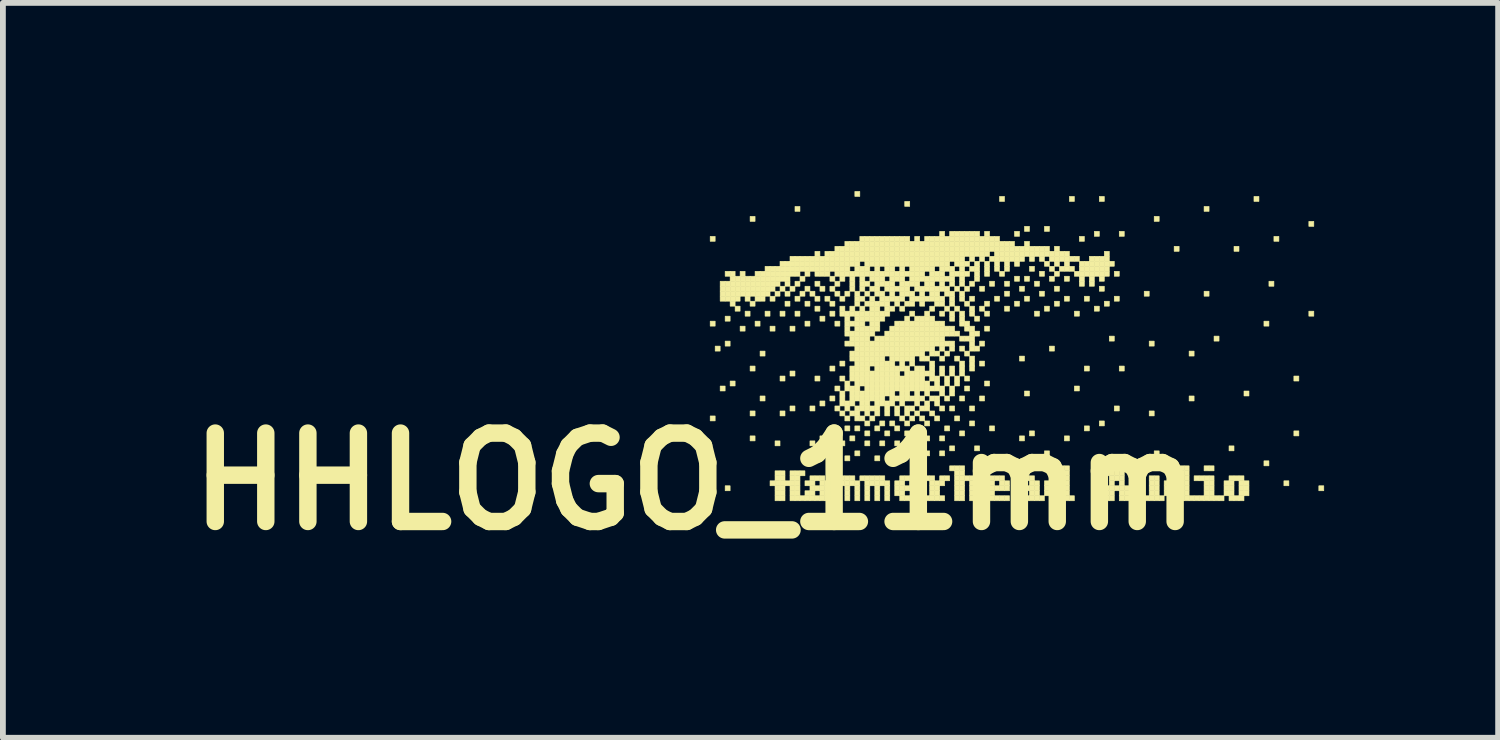
<source format=kicad_pcb>
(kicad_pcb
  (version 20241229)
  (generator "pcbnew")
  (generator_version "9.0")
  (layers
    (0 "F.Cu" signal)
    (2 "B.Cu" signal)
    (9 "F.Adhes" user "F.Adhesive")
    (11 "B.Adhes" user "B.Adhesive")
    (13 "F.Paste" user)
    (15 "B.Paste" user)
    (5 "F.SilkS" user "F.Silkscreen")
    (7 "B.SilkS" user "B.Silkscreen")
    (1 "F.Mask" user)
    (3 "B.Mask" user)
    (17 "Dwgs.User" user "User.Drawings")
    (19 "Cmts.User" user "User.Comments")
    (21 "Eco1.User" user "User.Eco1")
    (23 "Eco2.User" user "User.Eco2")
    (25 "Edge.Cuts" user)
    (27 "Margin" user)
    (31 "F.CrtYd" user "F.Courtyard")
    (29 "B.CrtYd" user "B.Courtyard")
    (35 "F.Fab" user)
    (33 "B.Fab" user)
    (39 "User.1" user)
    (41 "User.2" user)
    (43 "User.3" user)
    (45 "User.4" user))
  (footprint "HHLOGO_11mm"
    (layer "F.Cu")
    (at 8.934 0.25)
    (property "Reference" "HHLOGO_11mm" (at 0 5 0) (layer "F.SilkS") (effects (font (size 1.524 1.524) (thickness 0.3))))
    (attr through_hole)
    (fp_poly (pts (xy 0.086 4.472) (xy 0.172 4.472) (xy 0.172 4.558) (xy 0.086 4.558) (xy 0.086 4.472)) (stroke (width 0.01) (type solid)) (fill yes) (layer "F.SilkS"))
    (fp_poly (pts (xy 0.258 0.774) (xy 0.344 0.774) (xy 0.344 0.86) (xy 0.258 0.86) (xy 0.258 0.774)) (stroke (width 0.01) (type solid)) (fill yes) (layer "F.SilkS"))
    (fp_poly (pts (xy 0.258 2.236) (xy 0.344 2.236) (xy 0.344 2.322) (xy 0.258 2.322) (xy 0.258 2.236)) (stroke (width 0.01) (type solid)) (fill yes) (layer "F.SilkS"))
    (fp_poly (pts (xy 0.258 3.87) (xy 0.344 3.87) (xy 0.344 3.956) (xy 0.258 3.956) (xy 0.258 3.87)) (stroke (width 0.01) (type solid)) (fill yes) (layer "F.SilkS"))
    (fp_poly (pts (xy 0.344 2.666) (xy 0.43 2.666) (xy 0.43 2.752) (xy 0.344 2.752) (xy 0.344 2.666)) (stroke (width 0.01) (type solid)) (fill yes) (layer "F.SilkS"))
    (fp_poly (pts (xy 0.43 1.548) (xy 0.516 1.548) (xy 0.516 1.634) (xy 0.43 1.634) (xy 0.43 1.548)) (stroke (width 0.01) (type solid)) (fill yes) (layer "F.SilkS"))
    (fp_poly (pts (xy 0.43 1.634) (xy 0.516 1.634) (xy 0.516 1.72) (xy 0.43 1.72) (xy 0.43 1.634)) (stroke (width 0.01) (type solid)) (fill yes) (layer "F.SilkS"))
    (fp_poly (pts (xy 0.43 1.72) (xy 0.516 1.72) (xy 0.516 1.806) (xy 0.43 1.806) (xy 0.43 1.72)) (stroke (width 0.01) (type solid)) (fill yes) (layer "F.SilkS"))
    (fp_poly (pts (xy 0.43 1.806) (xy 0.516 1.806) (xy 0.516 1.892) (xy 0.43 1.892) (xy 0.43 1.806)) (stroke (width 0.01) (type solid)) (fill yes) (layer "F.SilkS"))
    (fp_poly (pts (xy 0.43 3.354) (xy 0.516 3.354) (xy 0.516 3.44) (xy 0.43 3.44) (xy 0.43 3.354)) (stroke (width 0.01) (type solid)) (fill yes) (layer "F.SilkS"))
    (fp_poly (pts (xy 0.516 1.376) (xy 0.602 1.376) (xy 0.602 1.462) (xy 0.516 1.462) (xy 0.516 1.376)) (stroke (width 0.01) (type solid)) (fill yes) (layer "F.SilkS"))
    (fp_poly (pts (xy 0.516 1.548) (xy 0.602 1.548) (xy 0.602 1.634) (xy 0.516 1.634) (xy 0.516 1.548)) (stroke (width 0.01) (type solid)) (fill yes) (layer "F.SilkS"))
    (fp_poly (pts (xy 0.516 1.634) (xy 0.602 1.634) (xy 0.602 1.72) (xy 0.516 1.72) (xy 0.516 1.634)) (stroke (width 0.01) (type solid)) (fill yes) (layer "F.SilkS"))
    (fp_poly (pts (xy 0.516 1.72) (xy 0.602 1.72) (xy 0.602 1.806) (xy 0.516 1.806) (xy 0.516 1.72)) (stroke (width 0.01) (type solid)) (fill yes) (layer "F.SilkS"))
    (fp_poly (pts (xy 0.516 1.806) (xy 0.602 1.806) (xy 0.602 1.892) (xy 0.516 1.892) (xy 0.516 1.806)) (stroke (width 0.01) (type solid)) (fill yes) (layer "F.SilkS"))
    (fp_poly (pts (xy 0.516 2.15) (xy 0.602 2.15) (xy 0.602 2.236) (xy 0.516 2.236) (xy 0.516 2.15)) (stroke (width 0.01) (type solid)) (fill yes) (layer "F.SilkS"))
    (fp_poly (pts (xy 0.516 2.58) (xy 0.602 2.58) (xy 0.602 2.666) (xy 0.516 2.666) (xy 0.516 2.58)) (stroke (width 0.01) (type solid)) (fill yes) (layer "F.SilkS"))
    (fp_poly (pts (xy 0.516 5.074) (xy 0.602 5.074) (xy 0.602 5.16) (xy 0.516 5.16) (xy 0.516 5.074)) (stroke (width 0.01) (type solid)) (fill yes) (layer "F.SilkS"))
    (fp_poly (pts (xy 0.602 1.376) (xy 0.688 1.376) (xy 0.688 1.462) (xy 0.602 1.462) (xy 0.602 1.376)) (stroke (width 0.01) (type solid)) (fill yes) (layer "F.SilkS"))
    (fp_poly (pts (xy 0.602 1.462) (xy 0.688 1.462) (xy 0.688 1.548) (xy 0.602 1.548) (xy 0.602 1.462)) (stroke (width 0.01) (type solid)) (fill yes) (layer "F.SilkS"))
    (fp_poly (pts (xy 0.602 1.548) (xy 0.688 1.548) (xy 0.688 1.634) (xy 0.602 1.634) (xy 0.602 1.548)) (stroke (width 0.01) (type solid)) (fill yes) (layer "F.SilkS"))
    (fp_poly (pts (xy 0.602 1.634) (xy 0.688 1.634) (xy 0.688 1.72) (xy 0.602 1.72) (xy 0.602 1.634)) (stroke (width 0.01) (type solid)) (fill yes) (layer "F.SilkS"))
    (fp_poly (pts (xy 0.602 1.72) (xy 0.688 1.72) (xy 0.688 1.806) (xy 0.602 1.806) (xy 0.602 1.72)) (stroke (width 0.01) (type solid)) (fill yes) (layer "F.SilkS"))
    (fp_poly (pts (xy 0.602 1.806) (xy 0.688 1.806) (xy 0.688 1.892) (xy 0.602 1.892) (xy 0.602 1.806)) (stroke (width 0.01) (type solid)) (fill yes) (layer "F.SilkS"))
    (fp_poly (pts (xy 0.602 1.892) (xy 0.688 1.892) (xy 0.688 1.978) (xy 0.602 1.978) (xy 0.602 1.892)) (stroke (width 0.01) (type solid)) (fill yes) (layer "F.SilkS"))
    (fp_poly (pts (xy 0.602 3.268) (xy 0.688 3.268) (xy 0.688 3.354) (xy 0.602 3.354) (xy 0.602 3.268)) (stroke (width 0.01) (type solid)) (fill yes) (layer "F.SilkS"))
    (fp_poly (pts (xy 0.688 1.462) (xy 0.774 1.462) (xy 0.774 1.548) (xy 0.688 1.548) (xy 0.688 1.462)) (stroke (width 0.01) (type solid)) (fill yes) (layer "F.SilkS"))
    (fp_poly (pts (xy 0.688 1.548) (xy 0.774 1.548) (xy 0.774 1.634) (xy 0.688 1.634) (xy 0.688 1.548)) (stroke (width 0.01) (type solid)) (fill yes) (layer "F.SilkS"))
    (fp_poly (pts (xy 0.688 1.634) (xy 0.774 1.634) (xy 0.774 1.72) (xy 0.688 1.72) (xy 0.688 1.634)) (stroke (width 0.01) (type solid)) (fill yes) (layer "F.SilkS"))
    (fp_poly (pts (xy 0.688 1.72) (xy 0.774 1.72) (xy 0.774 1.806) (xy 0.688 1.806) (xy 0.688 1.72)) (stroke (width 0.01) (type solid)) (fill yes) (layer "F.SilkS"))
    (fp_poly (pts (xy 0.688 1.806) (xy 0.774 1.806) (xy 0.774 1.892) (xy 0.688 1.892) (xy 0.688 1.806)) (stroke (width 0.01) (type solid)) (fill yes) (layer "F.SilkS"))
    (fp_poly (pts (xy 0.688 1.978) (xy 0.774 1.978) (xy 0.774 2.064) (xy 0.688 2.064) (xy 0.688 1.978)) (stroke (width 0.01) (type solid)) (fill yes) (layer "F.SilkS"))
    (fp_poly (pts (xy 0.774 1.376) (xy 0.86 1.376) (xy 0.86 1.462) (xy 0.774 1.462) (xy 0.774 1.376)) (stroke (width 0.01) (type solid)) (fill yes) (layer "F.SilkS"))
    (fp_poly (pts (xy 0.774 1.462) (xy 0.86 1.462) (xy 0.86 1.548) (xy 0.774 1.548) (xy 0.774 1.462)) (stroke (width 0.01) (type solid)) (fill yes) (layer "F.SilkS"))
    (fp_poly (pts (xy 0.774 1.548) (xy 0.86 1.548) (xy 0.86 1.634) (xy 0.774 1.634) (xy 0.774 1.548)) (stroke (width 0.01) (type solid)) (fill yes) (layer "F.SilkS"))
    (fp_poly (pts (xy 0.774 1.634) (xy 0.86 1.634) (xy 0.86 1.72) (xy 0.774 1.72) (xy 0.774 1.634)) (stroke (width 0.01) (type solid)) (fill yes) (layer "F.SilkS"))
    (fp_poly (pts (xy 0.774 1.72) (xy 0.86 1.72) (xy 0.86 1.806) (xy 0.774 1.806) (xy 0.774 1.72)) (stroke (width 0.01) (type solid)) (fill yes) (layer "F.SilkS"))
    (fp_poly (pts (xy 0.774 2.322) (xy 0.86 2.322) (xy 0.86 2.408) (xy 0.774 2.408) (xy 0.774 2.322)) (stroke (width 0.01) (type solid)) (fill yes) (layer "F.SilkS"))
    (fp_poly (pts (xy 0.86 1.462) (xy 0.946 1.462) (xy 0.946 1.548) (xy 0.86 1.548) (xy 0.86 1.462)) (stroke (width 0.01) (type solid)) (fill yes) (layer "F.SilkS"))
    (fp_poly (pts (xy 0.86 1.548) (xy 0.946 1.548) (xy 0.946 1.634) (xy 0.86 1.634) (xy 0.86 1.548)) (stroke (width 0.01) (type solid)) (fill yes) (layer "F.SilkS"))
    (fp_poly (pts (xy 0.86 1.634) (xy 0.946 1.634) (xy 0.946 1.72) (xy 0.86 1.72) (xy 0.86 1.634)) (stroke (width 0.01) (type solid)) (fill yes) (layer "F.SilkS"))
    (fp_poly (pts (xy 0.86 1.72) (xy 0.946 1.72) (xy 0.946 1.806) (xy 0.86 1.806) (xy 0.86 1.72)) (stroke (width 0.01) (type solid)) (fill yes) (layer "F.SilkS"))
    (fp_poly (pts (xy 0.86 1.806) (xy 0.946 1.806) (xy 0.946 1.892) (xy 0.86 1.892) (xy 0.86 1.806)) (stroke (width 0.01) (type solid)) (fill yes) (layer "F.SilkS"))
    (fp_poly (pts (xy 0.86 2.064) (xy 0.946 2.064) (xy 0.946 2.15) (xy 0.86 2.15) (xy 0.86 2.064)) (stroke (width 0.01) (type solid)) (fill yes) (layer "F.SilkS"))
    (fp_poly (pts (xy 0.946 0.43) (xy 1.032 0.43) (xy 1.032 0.516) (xy 0.946 0.516) (xy 0.946 0.43)) (stroke (width 0.01) (type solid)) (fill yes) (layer "F.SilkS"))
    (fp_poly (pts (xy 0.946 1.462) (xy 1.032 1.462) (xy 1.032 1.548) (xy 0.946 1.548) (xy 0.946 1.462)) (stroke (width 0.01) (type solid)) (fill yes) (layer "F.SilkS"))
    (fp_poly (pts (xy 0.946 1.548) (xy 1.032 1.548) (xy 1.032 1.634) (xy 0.946 1.634) (xy 0.946 1.548)) (stroke (width 0.01) (type solid)) (fill yes) (layer "F.SilkS"))
    (fp_poly (pts (xy 0.946 1.634) (xy 1.032 1.634) (xy 1.032 1.72) (xy 0.946 1.72) (xy 0.946 1.634)) (stroke (width 0.01) (type solid)) (fill yes) (layer "F.SilkS"))
    (fp_poly (pts (xy 0.946 1.72) (xy 1.032 1.72) (xy 1.032 1.806) (xy 0.946 1.806) (xy 0.946 1.72)) (stroke (width 0.01) (type solid)) (fill yes) (layer "F.SilkS"))
    (fp_poly (pts (xy 0.946 1.892) (xy 1.032 1.892) (xy 1.032 1.978) (xy 0.946 1.978) (xy 0.946 1.892)) (stroke (width 0.01) (type solid)) (fill yes) (layer "F.SilkS"))
    (fp_poly (pts (xy 0.946 3.01) (xy 1.032 3.01) (xy 1.032 3.096) (xy 0.946 3.096) (xy 0.946 3.01)) (stroke (width 0.01) (type solid)) (fill yes) (layer "F.SilkS"))
    (fp_poly (pts (xy 0.946 3.784) (xy 1.032 3.784) (xy 1.032 3.87) (xy 0.946 3.87) (xy 0.946 3.784)) (stroke (width 0.01) (type solid)) (fill yes) (layer "F.SilkS"))
    (fp_poly (pts (xy 0.946 4.214) (xy 1.032 4.214) (xy 1.032 4.3) (xy 0.946 4.3) (xy 0.946 4.214)) (stroke (width 0.01) (type solid)) (fill yes) (layer "F.SilkS"))
    (fp_poly (pts (xy 1.032 1.376) (xy 1.118 1.376) (xy 1.118 1.462) (xy 1.032 1.462) (xy 1.032 1.376)) (stroke (width 0.01) (type solid)) (fill yes) (layer "F.SilkS"))
    (fp_poly (pts (xy 1.032 1.462) (xy 1.118 1.462) (xy 1.118 1.548) (xy 1.032 1.548) (xy 1.032 1.462)) (stroke (width 0.01) (type solid)) (fill yes) (layer "F.SilkS"))
    (fp_poly (pts (xy 1.032 1.548) (xy 1.118 1.548) (xy 1.118 1.634) (xy 1.032 1.634) (xy 1.032 1.548)) (stroke (width 0.01) (type solid)) (fill yes) (layer "F.SilkS"))
    (fp_poly (pts (xy 1.032 1.634) (xy 1.118 1.634) (xy 1.118 1.72) (xy 1.032 1.72) (xy 1.032 1.634)) (stroke (width 0.01) (type solid)) (fill yes) (layer "F.SilkS"))
    (fp_poly (pts (xy 1.032 1.72) (xy 1.118 1.72) (xy 1.118 1.806) (xy 1.032 1.806) (xy 1.032 1.72)) (stroke (width 0.01) (type solid)) (fill yes) (layer "F.SilkS"))
    (fp_poly (pts (xy 1.032 1.806) (xy 1.118 1.806) (xy 1.118 1.892) (xy 1.032 1.892) (xy 1.032 1.806)) (stroke (width 0.01) (type solid)) (fill yes) (layer "F.SilkS"))
    (fp_poly (pts (xy 1.032 2.236) (xy 1.118 2.236) (xy 1.118 2.322) (xy 1.032 2.322) (xy 1.032 2.236)) (stroke (width 0.01) (type solid)) (fill yes) (layer "F.SilkS"))
    (fp_poly (pts (xy 1.118 1.376) (xy 1.204 1.376) (xy 1.204 1.462) (xy 1.118 1.462) (xy 1.118 1.376)) (stroke (width 0.01) (type solid)) (fill yes) (layer "F.SilkS"))
    (fp_poly (pts (xy 1.118 1.462) (xy 1.204 1.462) (xy 1.204 1.548) (xy 1.118 1.548) (xy 1.118 1.462)) (stroke (width 0.01) (type solid)) (fill yes) (layer "F.SilkS"))
    (fp_poly (pts (xy 1.118 1.548) (xy 1.204 1.548) (xy 1.204 1.634) (xy 1.118 1.634) (xy 1.118 1.548)) (stroke (width 0.01) (type solid)) (fill yes) (layer "F.SilkS"))
    (fp_poly (pts (xy 1.118 1.634) (xy 1.204 1.634) (xy 1.204 1.72) (xy 1.118 1.72) (xy 1.118 1.634)) (stroke (width 0.01) (type solid)) (fill yes) (layer "F.SilkS"))
    (fp_poly (pts (xy 1.118 1.72) (xy 1.204 1.72) (xy 1.204 1.806) (xy 1.118 1.806) (xy 1.118 1.72)) (stroke (width 0.01) (type solid)) (fill yes) (layer "F.SilkS"))
    (fp_poly (pts (xy 1.118 1.806) (xy 1.204 1.806) (xy 1.204 1.892) (xy 1.118 1.892) (xy 1.118 1.806)) (stroke (width 0.01) (type solid)) (fill yes) (layer "F.SilkS"))
    (fp_poly (pts (xy 1.118 2.752) (xy 1.204 2.752) (xy 1.204 2.838) (xy 1.118 2.838) (xy 1.118 2.752)) (stroke (width 0.01) (type solid)) (fill yes) (layer "F.SilkS"))
    (fp_poly (pts (xy 1.118 3.526) (xy 1.204 3.526) (xy 1.204 3.612) (xy 1.118 3.612) (xy 1.118 3.526)) (stroke (width 0.01) (type solid)) (fill yes) (layer "F.SilkS"))
    (fp_poly (pts (xy 1.204 1.29) (xy 1.29 1.29) (xy 1.29 1.376) (xy 1.204 1.376) (xy 1.204 1.29)) (stroke (width 0.01) (type solid)) (fill yes) (layer "F.SilkS"))
    (fp_poly (pts (xy 1.204 1.376) (xy 1.29 1.376) (xy 1.29 1.462) (xy 1.204 1.462) (xy 1.204 1.376)) (stroke (width 0.01) (type solid)) (fill yes) (layer "F.SilkS"))
    (fp_poly (pts (xy 1.204 1.462) (xy 1.29 1.462) (xy 1.29 1.548) (xy 1.204 1.548) (xy 1.204 1.462)) (stroke (width 0.01) (type solid)) (fill yes) (layer "F.SilkS"))
    (fp_poly (pts (xy 1.204 1.548) (xy 1.29 1.548) (xy 1.29 1.634) (xy 1.204 1.634) (xy 1.204 1.548)) (stroke (width 0.01) (type solid)) (fill yes) (layer "F.SilkS"))
    (fp_poly (pts (xy 1.204 1.634) (xy 1.29 1.634) (xy 1.29 1.72) (xy 1.204 1.72) (xy 1.204 1.634)) (stroke (width 0.01) (type solid)) (fill yes) (layer "F.SilkS"))
    (fp_poly (pts (xy 1.204 1.72) (xy 1.29 1.72) (xy 1.29 1.806) (xy 1.204 1.806) (xy 1.204 1.72)) (stroke (width 0.01) (type solid)) (fill yes) (layer "F.SilkS"))
    (fp_poly (pts (xy 1.204 2.064) (xy 1.29 2.064) (xy 1.29 2.15) (xy 1.204 2.15) (xy 1.204 2.064)) (stroke (width 0.01) (type solid)) (fill yes) (layer "F.SilkS"))
    (fp_poly (pts (xy 1.29 1.29) (xy 1.376 1.29) (xy 1.376 1.376) (xy 1.29 1.376) (xy 1.29 1.29)) (stroke (width 0.01) (type solid)) (fill yes) (layer "F.SilkS"))
    (fp_poly (pts (xy 1.29 1.376) (xy 1.376 1.376) (xy 1.376 1.462) (xy 1.29 1.462) (xy 1.29 1.376)) (stroke (width 0.01) (type solid)) (fill yes) (layer "F.SilkS"))
    (fp_poly (pts (xy 1.29 1.462) (xy 1.376 1.462) (xy 1.376 1.548) (xy 1.29 1.548) (xy 1.29 1.462)) (stroke (width 0.01) (type solid)) (fill yes) (layer "F.SilkS"))
    (fp_poly (pts (xy 1.29 1.548) (xy 1.376 1.548) (xy 1.376 1.634) (xy 1.29 1.634) (xy 1.29 1.548)) (stroke (width 0.01) (type solid)) (fill yes) (layer "F.SilkS"))
    (fp_poly (pts (xy 1.29 1.634) (xy 1.376 1.634) (xy 1.376 1.72) (xy 1.29 1.72) (xy 1.29 1.634)) (stroke (width 0.01) (type solid)) (fill yes) (layer "F.SilkS"))
    (fp_poly (pts (xy 1.29 1.806) (xy 1.376 1.806) (xy 1.376 1.892) (xy 1.29 1.892) (xy 1.29 1.806)) (stroke (width 0.01) (type solid)) (fill yes) (layer "F.SilkS"))
    (fp_poly (pts (xy 1.29 2.322) (xy 1.376 2.322) (xy 1.376 2.408) (xy 1.29 2.408) (xy 1.29 2.322)) (stroke (width 0.01) (type solid)) (fill yes) (layer "F.SilkS"))
    (fp_poly (pts (xy 1.29 4.988) (xy 1.376 4.988) (xy 1.376 5.074) (xy 1.29 5.074) (xy 1.29 4.988)) (stroke (width 0.01) (type solid)) (fill yes) (layer "F.SilkS"))
    (fp_poly (pts (xy 1.376 1.29) (xy 1.462 1.29) (xy 1.462 1.376) (xy 1.376 1.376) (xy 1.376 1.29)) (stroke (width 0.01) (type solid)) (fill yes) (layer "F.SilkS"))
    (fp_poly (pts (xy 1.376 1.376) (xy 1.462 1.376) (xy 1.462 1.462) (xy 1.376 1.462) (xy 1.376 1.376)) (stroke (width 0.01) (type solid)) (fill yes) (layer "F.SilkS"))
    (fp_poly (pts (xy 1.376 1.462) (xy 1.462 1.462) (xy 1.462 1.548) (xy 1.376 1.548) (xy 1.376 1.462)) (stroke (width 0.01) (type solid)) (fill yes) (layer "F.SilkS"))
    (fp_poly (pts (xy 1.376 1.548) (xy 1.462 1.548) (xy 1.462 1.634) (xy 1.376 1.634) (xy 1.376 1.548)) (stroke (width 0.01) (type solid)) (fill yes) (layer "F.SilkS"))
    (fp_poly (pts (xy 1.376 1.72) (xy 1.462 1.72) (xy 1.462 1.806) (xy 1.376 1.806) (xy 1.376 1.72)) (stroke (width 0.01) (type solid)) (fill yes) (layer "F.SilkS"))
    (fp_poly (pts (xy 1.376 4.3) (xy 1.462 4.3) (xy 1.462 4.386) (xy 1.376 4.386) (xy 1.376 4.3)) (stroke (width 0.01) (type solid)) (fill yes) (layer "F.SilkS"))
    (fp_poly (pts (xy 1.376 4.816) (xy 1.462 4.816) (xy 1.462 4.902) (xy 1.376 4.902) (xy 1.376 4.816)) (stroke (width 0.01) (type solid)) (fill yes) (layer "F.SilkS"))
    (fp_poly (pts (xy 1.376 4.902) (xy 1.462 4.902) (xy 1.462 4.988) (xy 1.376 4.988) (xy 1.376 4.902)) (stroke (width 0.01) (type solid)) (fill yes) (layer "F.SilkS"))
    (fp_poly (pts (xy 1.376 4.988) (xy 1.462 4.988) (xy 1.462 5.074) (xy 1.376 5.074) (xy 1.376 4.988)) (stroke (width 0.01) (type solid)) (fill yes) (layer "F.SilkS"))
    (fp_poly (pts (xy 1.376 5.074) (xy 1.462 5.074) (xy 1.462 5.16) (xy 1.376 5.16) (xy 1.376 5.074)) (stroke (width 0.01) (type solid)) (fill yes) (layer "F.SilkS"))
    (fp_poly (pts (xy 1.376 5.16) (xy 1.462 5.16) (xy 1.462 5.246) (xy 1.376 5.246) (xy 1.376 5.16)) (stroke (width 0.01) (type solid)) (fill yes) (layer "F.SilkS"))
    (fp_poly (pts (xy 1.376 5.246) (xy 1.462 5.246) (xy 1.462 5.332) (xy 1.376 5.332) (xy 1.376 5.246)) (stroke (width 0.01) (type solid)) (fill yes) (layer "F.SilkS"))
    (fp_poly (pts (xy 1.462 1.204) (xy 1.548 1.204) (xy 1.548 1.29) (xy 1.462 1.29) (xy 1.462 1.204)) (stroke (width 0.01) (type solid)) (fill yes) (layer "F.SilkS"))
    (fp_poly (pts (xy 1.462 1.29) (xy 1.548 1.29) (xy 1.548 1.376) (xy 1.462 1.376) (xy 1.462 1.29)) (stroke (width 0.01) (type solid)) (fill yes) (layer "F.SilkS"))
    (fp_poly (pts (xy 1.462 1.376) (xy 1.548 1.376) (xy 1.548 1.462) (xy 1.462 1.462) (xy 1.462 1.376)) (stroke (width 0.01) (type solid)) (fill yes) (layer "F.SilkS"))
    (fp_poly (pts (xy 1.462 1.462) (xy 1.548 1.462) (xy 1.548 1.548) (xy 1.462 1.548) (xy 1.462 1.462)) (stroke (width 0.01) (type solid)) (fill yes) (layer "F.SilkS"))
    (fp_poly (pts (xy 1.462 1.634) (xy 1.548 1.634) (xy 1.548 1.72) (xy 1.462 1.72) (xy 1.462 1.634)) (stroke (width 0.01) (type solid)) (fill yes) (layer "F.SilkS"))
    (fp_poly (pts (xy 1.462 2.064) (xy 1.548 2.064) (xy 1.548 2.15) (xy 1.462 2.15) (xy 1.462 2.064)) (stroke (width 0.01) (type solid)) (fill yes) (layer "F.SilkS"))
    (fp_poly (pts (xy 1.462 3.182) (xy 1.548 3.182) (xy 1.548 3.268) (xy 1.462 3.268) (xy 1.462 3.182)) (stroke (width 0.01) (type solid)) (fill yes) (layer "F.SilkS"))
    (fp_poly (pts (xy 1.462 3.784) (xy 1.548 3.784) (xy 1.548 3.87) (xy 1.462 3.87) (xy 1.462 3.784)) (stroke (width 0.01) (type solid)) (fill yes) (layer "F.SilkS"))
    (fp_poly (pts (xy 1.462 4.816) (xy 1.548 4.816) (xy 1.548 4.902) (xy 1.462 4.902) (xy 1.462 4.816)) (stroke (width 0.01) (type solid)) (fill yes) (layer "F.SilkS"))
    (fp_poly (pts (xy 1.462 4.902) (xy 1.548 4.902) (xy 1.548 4.988) (xy 1.462 4.988) (xy 1.462 4.902)) (stroke (width 0.01) (type solid)) (fill yes) (layer "F.SilkS"))
    (fp_poly (pts (xy 1.462 4.988) (xy 1.548 4.988) (xy 1.548 5.074) (xy 1.462 5.074) (xy 1.462 4.988)) (stroke (width 0.01) (type solid)) (fill yes) (layer "F.SilkS"))
    (fp_poly (pts (xy 1.462 5.074) (xy 1.548 5.074) (xy 1.548 5.16) (xy 1.462 5.16) (xy 1.462 5.074)) (stroke (width 0.01) (type solid)) (fill yes) (layer "F.SilkS"))
    (fp_poly (pts (xy 1.462 5.16) (xy 1.548 5.16) (xy 1.548 5.246) (xy 1.462 5.246) (xy 1.462 5.16)) (stroke (width 0.01) (type solid)) (fill yes) (layer "F.SilkS"))
    (fp_poly (pts (xy 1.462 5.246) (xy 1.548 5.246) (xy 1.548 5.332) (xy 1.462 5.332) (xy 1.462 5.246)) (stroke (width 0.01) (type solid)) (fill yes) (layer "F.SilkS"))
    (fp_poly (pts (xy 1.548 1.204) (xy 1.634 1.204) (xy 1.634 1.29) (xy 1.548 1.29) (xy 1.548 1.204)) (stroke (width 0.01) (type solid)) (fill yes) (layer "F.SilkS"))
    (fp_poly (pts (xy 1.548 1.29) (xy 1.634 1.29) (xy 1.634 1.376) (xy 1.548 1.376) (xy 1.548 1.29)) (stroke (width 0.01) (type solid)) (fill yes) (layer "F.SilkS"))
    (fp_poly (pts (xy 1.548 1.376) (xy 1.634 1.376) (xy 1.634 1.462) (xy 1.548 1.462) (xy 1.548 1.376)) (stroke (width 0.01) (type solid)) (fill yes) (layer "F.SilkS"))
    (fp_poly (pts (xy 1.548 1.462) (xy 1.634 1.462) (xy 1.634 1.548) (xy 1.548 1.548) (xy 1.548 1.462)) (stroke (width 0.01) (type solid)) (fill yes) (layer "F.SilkS"))
    (fp_poly (pts (xy 1.548 1.548) (xy 1.634 1.548) (xy 1.634 1.634) (xy 1.548 1.634) (xy 1.548 1.548)) (stroke (width 0.01) (type solid)) (fill yes) (layer "F.SilkS"))
    (fp_poly (pts (xy 1.548 1.72) (xy 1.634 1.72) (xy 1.634 1.806) (xy 1.548 1.806) (xy 1.548 1.72)) (stroke (width 0.01) (type solid)) (fill yes) (layer "F.SilkS"))
    (fp_poly (pts (xy 1.548 1.892) (xy 1.634 1.892) (xy 1.634 1.978) (xy 1.548 1.978) (xy 1.548 1.892)) (stroke (width 0.01) (type solid)) (fill yes) (layer "F.SilkS"))
    (fp_poly (pts (xy 1.548 4.988) (xy 1.634 4.988) (xy 1.634 5.074) (xy 1.548 5.074) (xy 1.548 4.988)) (stroke (width 0.01) (type solid)) (fill yes) (layer "F.SilkS"))
    (fp_poly (pts (xy 1.634 1.118) (xy 1.72 1.118) (xy 1.72 1.204) (xy 1.634 1.204) (xy 1.634 1.118)) (stroke (width 0.01) (type solid)) (fill yes) (layer "F.SilkS"))
    (fp_poly (pts (xy 1.634 1.204) (xy 1.72 1.204) (xy 1.72 1.29) (xy 1.634 1.29) (xy 1.634 1.204)) (stroke (width 0.01) (type solid)) (fill yes) (layer "F.SilkS"))
    (fp_poly (pts (xy 1.634 1.29) (xy 1.72 1.29) (xy 1.72 1.376) (xy 1.634 1.376) (xy 1.634 1.29)) (stroke (width 0.01) (type solid)) (fill yes) (layer "F.SilkS"))
    (fp_poly (pts (xy 1.634 1.376) (xy 1.72 1.376) (xy 1.72 1.462) (xy 1.634 1.462) (xy 1.634 1.376)) (stroke (width 0.01) (type solid)) (fill yes) (layer "F.SilkS"))
    (fp_poly (pts (xy 1.634 1.634) (xy 1.72 1.634) (xy 1.72 1.72) (xy 1.634 1.72) (xy 1.634 1.634)) (stroke (width 0.01) (type solid)) (fill yes) (layer "F.SilkS"))
    (fp_poly (pts (xy 1.634 2.322) (xy 1.72 2.322) (xy 1.72 2.408) (xy 1.634 2.408) (xy 1.634 2.322)) (stroke (width 0.01) (type solid)) (fill yes) (layer "F.SilkS"))
    (fp_poly (pts (xy 1.634 3.096) (xy 1.72 3.096) (xy 1.72 3.182) (xy 1.634 3.182) (xy 1.634 3.096)) (stroke (width 0.01) (type solid)) (fill yes) (layer "F.SilkS"))
    (fp_poly (pts (xy 1.634 3.698) (xy 1.72 3.698) (xy 1.72 3.784) (xy 1.634 3.784) (xy 1.634 3.698)) (stroke (width 0.01) (type solid)) (fill yes) (layer "F.SilkS"))
    (fp_poly (pts (xy 1.634 4.816) (xy 1.72 4.816) (xy 1.72 4.902) (xy 1.634 4.902) (xy 1.634 4.816)) (stroke (width 0.01) (type solid)) (fill yes) (layer "F.SilkS"))
    (fp_poly (pts (xy 1.634 4.902) (xy 1.72 4.902) (xy 1.72 4.988) (xy 1.634 4.988) (xy 1.634 4.902)) (stroke (width 0.01) (type solid)) (fill yes) (layer "F.SilkS"))
    (fp_poly (pts (xy 1.634 4.988) (xy 1.72 4.988) (xy 1.72 5.074) (xy 1.634 5.074) (xy 1.634 4.988)) (stroke (width 0.01) (type solid)) (fill yes) (layer "F.SilkS"))
    (fp_poly (pts (xy 1.634 5.074) (xy 1.72 5.074) (xy 1.72 5.16) (xy 1.634 5.16) (xy 1.634 5.074)) (stroke (width 0.01) (type solid)) (fill yes) (layer "F.SilkS"))
    (fp_poly (pts (xy 1.634 5.16) (xy 1.72 5.16) (xy 1.72 5.246) (xy 1.634 5.246) (xy 1.634 5.16)) (stroke (width 0.01) (type solid)) (fill yes) (layer "F.SilkS"))
    (fp_poly (pts (xy 1.634 5.246) (xy 1.72 5.246) (xy 1.72 5.332) (xy 1.634 5.332) (xy 1.634 5.246)) (stroke (width 0.01) (type solid)) (fill yes) (layer "F.SilkS"))
    (fp_poly (pts (xy 1.72 0.258) (xy 1.806 0.258) (xy 1.806 0.344) (xy 1.72 0.344) (xy 1.72 0.258)) (stroke (width 0.01) (type solid)) (fill yes) (layer "F.SilkS"))
    (fp_poly (pts (xy 1.72 1.118) (xy 1.806 1.118) (xy 1.806 1.204) (xy 1.72 1.204) (xy 1.72 1.118)) (stroke (width 0.01) (type solid)) (fill yes) (layer "F.SilkS"))
    (fp_poly (pts (xy 1.72 1.204) (xy 1.806 1.204) (xy 1.806 1.29) (xy 1.72 1.29) (xy 1.72 1.204)) (stroke (width 0.01) (type solid)) (fill yes) (layer "F.SilkS"))
    (fp_poly (pts (xy 1.72 1.29) (xy 1.806 1.29) (xy 1.806 1.376) (xy 1.72 1.376) (xy 1.72 1.29)) (stroke (width 0.01) (type solid)) (fill yes) (layer "F.SilkS"))
    (fp_poly (pts (xy 1.72 1.376) (xy 1.806 1.376) (xy 1.806 1.462) (xy 1.72 1.462) (xy 1.72 1.376)) (stroke (width 0.01) (type solid)) (fill yes) (layer "F.SilkS"))
    (fp_poly (pts (xy 1.72 1.548) (xy 1.806 1.548) (xy 1.806 1.634) (xy 1.72 1.634) (xy 1.72 1.548)) (stroke (width 0.01) (type solid)) (fill yes) (layer "F.SilkS"))
    (fp_poly (pts (xy 1.72 1.806) (xy 1.806 1.806) (xy 1.806 1.892) (xy 1.72 1.892) (xy 1.72 1.806)) (stroke (width 0.01) (type solid)) (fill yes) (layer "F.SilkS"))
    (fp_poly (pts (xy 1.72 2.064) (xy 1.806 2.064) (xy 1.806 2.15) (xy 1.72 2.15) (xy 1.72 2.064)) (stroke (width 0.01) (type solid)) (fill yes) (layer "F.SilkS"))
    (fp_poly (pts (xy 1.72 4.816) (xy 1.806 4.816) (xy 1.806 4.902) (xy 1.72 4.902) (xy 1.72 4.816)) (stroke (width 0.01) (type solid)) (fill yes) (layer "F.SilkS"))
    (fp_poly (pts (xy 1.72 4.902) (xy 1.806 4.902) (xy 1.806 4.988) (xy 1.72 4.988) (xy 1.72 4.902)) (stroke (width 0.01) (type solid)) (fill yes) (layer "F.SilkS"))
    (fp_poly (pts (xy 1.72 4.988) (xy 1.806 4.988) (xy 1.806 5.074) (xy 1.72 5.074) (xy 1.72 4.988)) (stroke (width 0.01) (type solid)) (fill yes) (layer "F.SilkS"))
    (fp_poly (pts (xy 1.72 5.074) (xy 1.806 5.074) (xy 1.806 5.16) (xy 1.72 5.16) (xy 1.72 5.074)) (stroke (width 0.01) (type solid)) (fill yes) (layer "F.SilkS"))
    (fp_poly (pts (xy 1.72 5.16) (xy 1.806 5.16) (xy 1.806 5.246) (xy 1.72 5.246) (xy 1.72 5.16)) (stroke (width 0.01) (type solid)) (fill yes) (layer "F.SilkS"))
    (fp_poly (pts (xy 1.72 5.246) (xy 1.806 5.246) (xy 1.806 5.332) (xy 1.72 5.332) (xy 1.72 5.246)) (stroke (width 0.01) (type solid)) (fill yes) (layer "F.SilkS"))
    (fp_poly (pts (xy 1.806 1.118) (xy 1.892 1.118) (xy 1.892 1.204) (xy 1.806 1.204) (xy 1.806 1.118)) (stroke (width 0.01) (type solid)) (fill yes) (layer "F.SilkS"))
    (fp_poly (pts (xy 1.806 1.204) (xy 1.892 1.204) (xy 1.892 1.29) (xy 1.806 1.29) (xy 1.806 1.204)) (stroke (width 0.01) (type solid)) (fill yes) (layer "F.SilkS"))
    (fp_poly (pts (xy 1.806 1.29) (xy 1.892 1.29) (xy 1.892 1.376) (xy 1.806 1.376) (xy 1.806 1.29)) (stroke (width 0.01) (type solid)) (fill yes) (layer "F.SilkS"))
    (fp_poly (pts (xy 1.806 1.462) (xy 1.892 1.462) (xy 1.892 1.548) (xy 1.806 1.548) (xy 1.806 1.462)) (stroke (width 0.01) (type solid)) (fill yes) (layer "F.SilkS"))
    (fp_poly (pts (xy 1.806 1.72) (xy 1.892 1.72) (xy 1.892 1.806) (xy 1.806 1.806) (xy 1.806 1.72)) (stroke (width 0.01) (type solid)) (fill yes) (layer "F.SilkS"))
    (fp_poly (pts (xy 1.806 4.816) (xy 1.892 4.816) (xy 1.892 4.902) (xy 1.806 4.902) (xy 1.806 4.816)) (stroke (width 0.01) (type solid)) (fill yes) (layer "F.SilkS"))
    (fp_poly (pts (xy 1.806 5.246) (xy 1.892 5.246) (xy 1.892 5.332) (xy 1.806 5.332) (xy 1.806 5.246)) (stroke (width 0.01) (type solid)) (fill yes) (layer "F.SilkS"))
    (fp_poly (pts (xy 1.892 1.118) (xy 1.978 1.118) (xy 1.978 1.204) (xy 1.892 1.204) (xy 1.892 1.118)) (stroke (width 0.01) (type solid)) (fill yes) (layer "F.SilkS"))
    (fp_poly (pts (xy 1.892 1.204) (xy 1.978 1.204) (xy 1.978 1.29) (xy 1.892 1.29) (xy 1.892 1.204)) (stroke (width 0.01) (type solid)) (fill yes) (layer "F.SilkS"))
    (fp_poly (pts (xy 1.892 1.29) (xy 1.978 1.29) (xy 1.978 1.376) (xy 1.892 1.376) (xy 1.892 1.29)) (stroke (width 0.01) (type solid)) (fill yes) (layer "F.SilkS"))
    (fp_poly (pts (xy 1.892 1.376) (xy 1.978 1.376) (xy 1.978 1.462) (xy 1.892 1.462) (xy 1.892 1.376)) (stroke (width 0.01) (type solid)) (fill yes) (layer "F.SilkS"))
    (fp_poly (pts (xy 1.892 1.634) (xy 1.978 1.634) (xy 1.978 1.72) (xy 1.892 1.72) (xy 1.892 1.634)) (stroke (width 0.01) (type solid)) (fill yes) (layer "F.SilkS"))
    (fp_poly (pts (xy 1.892 1.892) (xy 1.978 1.892) (xy 1.978 1.978) (xy 1.892 1.978) (xy 1.892 1.892)) (stroke (width 0.01) (type solid)) (fill yes) (layer "F.SilkS"))
    (fp_poly (pts (xy 1.892 2.236) (xy 1.978 2.236) (xy 1.978 2.322) (xy 1.892 2.322) (xy 1.892 2.236)) (stroke (width 0.01) (type solid)) (fill yes) (layer "F.SilkS"))
    (fp_poly (pts (xy 1.892 4.988) (xy 1.978 4.988) (xy 1.978 5.074) (xy 1.892 5.074) (xy 1.892 4.988)) (stroke (width 0.01) (type solid)) (fill yes) (layer "F.SilkS"))
    (fp_poly (pts (xy 1.892 5.16) (xy 1.978 5.16) (xy 1.978 5.246) (xy 1.892 5.246) (xy 1.892 5.16)) (stroke (width 0.01) (type solid)) (fill yes) (layer "F.SilkS"))
    (fp_poly (pts (xy 1.892 5.246) (xy 1.978 5.246) (xy 1.978 5.332) (xy 1.892 5.332) (xy 1.892 5.246)) (stroke (width 0.01) (type solid)) (fill yes) (layer "F.SilkS"))
    (fp_poly (pts (xy 1.978 1.118) (xy 2.064 1.118) (xy 2.064 1.204) (xy 1.978 1.204) (xy 1.978 1.118)) (stroke (width 0.01) (type solid)) (fill yes) (layer "F.SilkS"))
    (fp_poly (pts (xy 1.978 1.204) (xy 2.064 1.204) (xy 2.064 1.29) (xy 1.978 1.29) (xy 1.978 1.204)) (stroke (width 0.01) (type solid)) (fill yes) (layer "F.SilkS"))
    (fp_poly (pts (xy 1.978 1.29) (xy 2.064 1.29) (xy 2.064 1.376) (xy 1.978 1.376) (xy 1.978 1.29)) (stroke (width 0.01) (type solid)) (fill yes) (layer "F.SilkS"))
    (fp_poly (pts (xy 1.978 1.72) (xy 2.064 1.72) (xy 2.064 1.806) (xy 1.978 1.806) (xy 1.978 1.72)) (stroke (width 0.01) (type solid)) (fill yes) (layer "F.SilkS"))
    (fp_poly (pts (xy 1.978 3.698) (xy 2.064 3.698) (xy 2.064 3.784) (xy 1.978 3.784) (xy 1.978 3.698)) (stroke (width 0.01) (type solid)) (fill yes) (layer "F.SilkS"))
    (fp_poly (pts (xy 1.978 4.3) (xy 2.064 4.3) (xy 2.064 4.386) (xy 1.978 4.386) (xy 1.978 4.3)) (stroke (width 0.01) (type solid)) (fill yes) (layer "F.SilkS"))
    (fp_poly (pts (xy 1.978 4.902) (xy 2.064 4.902) (xy 2.064 4.988) (xy 1.978 4.988) (xy 1.978 4.902)) (stroke (width 0.01) (type solid)) (fill yes) (layer "F.SilkS"))
    (fp_poly (pts (xy 1.978 4.988) (xy 2.064 4.988) (xy 2.064 5.074) (xy 1.978 5.074) (xy 1.978 4.988)) (stroke (width 0.01) (type solid)) (fill yes) (layer "F.SilkS"))
    (fp_poly (pts (xy 1.978 5.074) (xy 2.064 5.074) (xy 2.064 5.16) (xy 1.978 5.16) (xy 1.978 5.074)) (stroke (width 0.01) (type solid)) (fill yes) (layer "F.SilkS"))
    (fp_poly (pts (xy 1.978 5.16) (xy 2.064 5.16) (xy 2.064 5.246) (xy 1.978 5.246) (xy 1.978 5.16)) (stroke (width 0.01) (type solid)) (fill yes) (layer "F.SilkS"))
    (fp_poly (pts (xy 1.978 5.246) (xy 2.064 5.246) (xy 2.064 5.332) (xy 1.978 5.332) (xy 1.978 5.246)) (stroke (width 0.01) (type solid)) (fill yes) (layer "F.SilkS"))
    (fp_poly (pts (xy 2.064 1.032) (xy 2.15 1.032) (xy 2.15 1.118) (xy 2.064 1.118) (xy 2.064 1.032)) (stroke (width 0.01) (type solid)) (fill yes) (layer "F.SilkS"))
    (fp_poly (pts (xy 2.064 1.118) (xy 2.15 1.118) (xy 2.15 1.204) (xy 2.064 1.204) (xy 2.064 1.118)) (stroke (width 0.01) (type solid)) (fill yes) (layer "F.SilkS"))
    (fp_poly (pts (xy 2.064 1.204) (xy 2.15 1.204) (xy 2.15 1.29) (xy 2.064 1.29) (xy 2.064 1.204)) (stroke (width 0.01) (type solid)) (fill yes) (layer "F.SilkS"))
    (fp_poly (pts (xy 2.064 1.29) (xy 2.15 1.29) (xy 2.15 1.376) (xy 2.064 1.376) (xy 2.064 1.29)) (stroke (width 0.01) (type solid)) (fill yes) (layer "F.SilkS"))
    (fp_poly (pts (xy 2.064 1.376) (xy 2.15 1.376) (xy 2.15 1.462) (xy 2.064 1.462) (xy 2.064 1.376)) (stroke (width 0.01) (type solid)) (fill yes) (layer "F.SilkS"))
    (fp_poly (pts (xy 2.064 1.548) (xy 2.15 1.548) (xy 2.15 1.634) (xy 2.064 1.634) (xy 2.064 1.548)) (stroke (width 0.01) (type solid)) (fill yes) (layer "F.SilkS"))
    (fp_poly (pts (xy 2.064 1.806) (xy 2.15 1.806) (xy 2.15 1.892) (xy 2.064 1.892) (xy 2.064 1.806)) (stroke (width 0.01) (type solid)) (fill yes) (layer "F.SilkS"))
    (fp_poly (pts (xy 2.064 1.978) (xy 2.15 1.978) (xy 2.15 2.064) (xy 2.064 2.064) (xy 2.064 1.978)) (stroke (width 0.01) (type solid)) (fill yes) (layer "F.SilkS"))
    (fp_poly (pts (xy 2.064 3.182) (xy 2.15 3.182) (xy 2.15 3.268) (xy 2.064 3.268) (xy 2.064 3.182)) (stroke (width 0.01) (type solid)) (fill yes) (layer "F.SilkS"))
    (fp_poly (pts (xy 2.064 4.902) (xy 2.15 4.902) (xy 2.15 4.988) (xy 2.064 4.988) (xy 2.064 4.902)) (stroke (width 0.01) (type solid)) (fill yes) (layer "F.SilkS"))
    (fp_poly (pts (xy 2.064 5.074) (xy 2.15 5.074) (xy 2.15 5.16) (xy 2.064 5.16) (xy 2.064 5.074)) (stroke (width 0.01) (type solid)) (fill yes) (layer "F.SilkS"))
    (fp_poly (pts (xy 2.064 5.246) (xy 2.15 5.246) (xy 2.15 5.332) (xy 2.064 5.332) (xy 2.064 5.246)) (stroke (width 0.01) (type solid)) (fill yes) (layer "F.SilkS"))
    (fp_poly (pts (xy 2.15 1.118) (xy 2.236 1.118) (xy 2.236 1.204) (xy 2.15 1.204) (xy 2.15 1.118)) (stroke (width 0.01) (type solid)) (fill yes) (layer "F.SilkS"))
    (fp_poly (pts (xy 2.15 1.204) (xy 2.236 1.204) (xy 2.236 1.29) (xy 2.15 1.29) (xy 2.15 1.204)) (stroke (width 0.01) (type solid)) (fill yes) (layer "F.SilkS"))
    (fp_poly (pts (xy 2.15 1.29) (xy 2.236 1.29) (xy 2.236 1.376) (xy 2.15 1.376) (xy 2.15 1.29)) (stroke (width 0.01) (type solid)) (fill yes) (layer "F.SilkS"))
    (fp_poly (pts (xy 2.15 1.376) (xy 2.236 1.376) (xy 2.236 1.462) (xy 2.15 1.462) (xy 2.15 1.376)) (stroke (width 0.01) (type solid)) (fill yes) (layer "F.SilkS"))
    (fp_poly (pts (xy 2.15 1.634) (xy 2.236 1.634) (xy 2.236 1.72) (xy 2.15 1.72) (xy 2.15 1.634)) (stroke (width 0.01) (type solid)) (fill yes) (layer "F.SilkS"))
    (fp_poly (pts (xy 2.15 2.15) (xy 2.236 2.15) (xy 2.236 2.236) (xy 2.15 2.236) (xy 2.15 2.15)) (stroke (width 0.01) (type solid)) (fill yes) (layer "F.SilkS"))
    (fp_poly (pts (xy 2.15 3.612) (xy 2.236 3.612) (xy 2.236 3.698) (xy 2.15 3.698) (xy 2.15 3.612)) (stroke (width 0.01) (type solid)) (fill yes) (layer "F.SilkS"))
    (fp_poly (pts (xy 2.15 4.214) (xy 2.236 4.214) (xy 2.236 4.3) (xy 2.15 4.3) (xy 2.15 4.214)) (stroke (width 0.01) (type solid)) (fill yes) (layer "F.SilkS"))
    (fp_poly (pts (xy 2.15 4.902) (xy 2.236 4.902) (xy 2.236 4.988) (xy 2.15 4.988) (xy 2.15 4.902)) (stroke (width 0.01) (type solid)) (fill yes) (layer "F.SilkS"))
    (fp_poly (pts (xy 2.15 4.988) (xy 2.236 4.988) (xy 2.236 5.074) (xy 2.15 5.074) (xy 2.15 4.988)) (stroke (width 0.01) (type solid)) (fill yes) (layer "F.SilkS"))
    (fp_poly (pts (xy 2.15 5.074) (xy 2.236 5.074) (xy 2.236 5.16) (xy 2.15 5.16) (xy 2.15 5.074)) (stroke (width 0.01) (type solid)) (fill yes) (layer "F.SilkS"))
    (fp_poly (pts (xy 2.15 5.16) (xy 2.236 5.16) (xy 2.236 5.246) (xy 2.15 5.246) (xy 2.15 5.16)) (stroke (width 0.01) (type solid)) (fill yes) (layer "F.SilkS"))
    (fp_poly (pts (xy 2.15 5.246) (xy 2.236 5.246) (xy 2.236 5.332) (xy 2.15 5.332) (xy 2.15 5.246)) (stroke (width 0.01) (type solid)) (fill yes) (layer "F.SilkS"))
    (fp_poly (pts (xy 2.236 1.032) (xy 2.322 1.032) (xy 2.322 1.118) (xy 2.236 1.118) (xy 2.236 1.032)) (stroke (width 0.01) (type solid)) (fill yes) (layer "F.SilkS"))
    (fp_poly (pts (xy 2.236 1.118) (xy 2.322 1.118) (xy 2.322 1.204) (xy 2.236 1.204) (xy 2.236 1.118)) (stroke (width 0.01) (type solid)) (fill yes) (layer "F.SilkS"))
    (fp_poly (pts (xy 2.236 1.204) (xy 2.322 1.204) (xy 2.322 1.29) (xy 2.236 1.29) (xy 2.236 1.204)) (stroke (width 0.01) (type solid)) (fill yes) (layer "F.SilkS"))
    (fp_poly (pts (xy 2.236 1.29) (xy 2.322 1.29) (xy 2.322 1.376) (xy 2.236 1.376) (xy 2.236 1.29)) (stroke (width 0.01) (type solid)) (fill yes) (layer "F.SilkS"))
    (fp_poly (pts (xy 2.236 1.376) (xy 2.322 1.376) (xy 2.322 1.462) (xy 2.236 1.462) (xy 2.236 1.376)) (stroke (width 0.01) (type solid)) (fill yes) (layer "F.SilkS"))
    (fp_poly (pts (xy 2.236 1.806) (xy 2.322 1.806) (xy 2.322 1.892) (xy 2.236 1.892) (xy 2.236 1.806)) (stroke (width 0.01) (type solid)) (fill yes) (layer "F.SilkS"))
    (fp_poly (pts (xy 2.236 4.988) (xy 2.322 4.988) (xy 2.322 5.074) (xy 2.236 5.074) (xy 2.236 4.988)) (stroke (width 0.01) (type solid)) (fill yes) (layer "F.SilkS"))
    (fp_poly (pts (xy 2.236 5.074) (xy 2.322 5.074) (xy 2.322 5.16) (xy 2.236 5.16) (xy 2.236 5.074)) (stroke (width 0.01) (type solid)) (fill yes) (layer "F.SilkS"))
    (fp_poly (pts (xy 2.236 5.16) (xy 2.322 5.16) (xy 2.322 5.246) (xy 2.236 5.246) (xy 2.236 5.16)) (stroke (width 0.01) (type solid)) (fill yes) (layer "F.SilkS"))
    (fp_poly (pts (xy 2.236 5.246) (xy 2.322 5.246) (xy 2.322 5.332) (xy 2.236 5.332) (xy 2.236 5.246)) (stroke (width 0.01) (type solid)) (fill yes) (layer "F.SilkS"))
    (fp_poly (pts (xy 2.322 1.032) (xy 2.408 1.032) (xy 2.408 1.118) (xy 2.322 1.118) (xy 2.322 1.032)) (stroke (width 0.01) (type solid)) (fill yes) (layer "F.SilkS"))
    (fp_poly (pts (xy 2.322 1.118) (xy 2.408 1.118) (xy 2.408 1.204) (xy 2.322 1.204) (xy 2.322 1.118)) (stroke (width 0.01) (type solid)) (fill yes) (layer "F.SilkS"))
    (fp_poly (pts (xy 2.322 1.204) (xy 2.408 1.204) (xy 2.408 1.29) (xy 2.322 1.29) (xy 2.322 1.204)) (stroke (width 0.01) (type solid)) (fill yes) (layer "F.SilkS"))
    (fp_poly (pts (xy 2.322 1.29) (xy 2.408 1.29) (xy 2.408 1.376) (xy 2.322 1.376) (xy 2.322 1.29)) (stroke (width 0.01) (type solid)) (fill yes) (layer "F.SilkS"))
    (fp_poly (pts (xy 2.322 1.462) (xy 2.408 1.462) (xy 2.408 1.548) (xy 2.322 1.548) (xy 2.322 1.462)) (stroke (width 0.01) (type solid)) (fill yes) (layer "F.SilkS"))
    (fp_poly (pts (xy 2.322 1.634) (xy 2.408 1.634) (xy 2.408 1.72) (xy 2.322 1.72) (xy 2.322 1.634)) (stroke (width 0.01) (type solid)) (fill yes) (layer "F.SilkS"))
    (fp_poly (pts (xy 2.322 1.892) (xy 2.408 1.892) (xy 2.408 1.978) (xy 2.322 1.978) (xy 2.322 1.892)) (stroke (width 0.01) (type solid)) (fill yes) (layer "F.SilkS"))
    (fp_poly (pts (xy 2.322 2.064) (xy 2.408 2.064) (xy 2.408 2.15) (xy 2.322 2.15) (xy 2.322 2.064)) (stroke (width 0.01) (type solid)) (fill yes) (layer "F.SilkS"))
    (fp_poly (pts (xy 2.322 3.01) (xy 2.408 3.01) (xy 2.408 3.096) (xy 2.322 3.096) (xy 2.322 3.01)) (stroke (width 0.01) (type solid)) (fill yes) (layer "F.SilkS"))
    (fp_poly (pts (xy 2.322 3.526) (xy 2.408 3.526) (xy 2.408 3.612) (xy 2.322 3.612) (xy 2.322 3.526)) (stroke (width 0.01) (type solid)) (fill yes) (layer "F.SilkS"))
    (fp_poly (pts (xy 2.322 4.042) (xy 2.408 4.042) (xy 2.408 4.128) (xy 2.322 4.128) (xy 2.322 4.042)) (stroke (width 0.01) (type solid)) (fill yes) (layer "F.SilkS"))
    (fp_poly (pts (xy 2.322 4.558) (xy 2.408 4.558) (xy 2.408 4.644) (xy 2.322 4.644) (xy 2.322 4.558)) (stroke (width 0.01) (type solid)) (fill yes) (layer "F.SilkS"))
    (fp_poly (pts (xy 2.322 4.902) (xy 2.408 4.902) (xy 2.408 4.988) (xy 2.322 4.988) (xy 2.322 4.902)) (stroke (width 0.01) (type solid)) (fill yes) (layer "F.SilkS"))
    (fp_poly (pts (xy 2.408 0.946) (xy 2.494 0.946) (xy 2.494 1.032) (xy 2.408 1.032) (xy 2.408 0.946)) (stroke (width 0.01) (type solid)) (fill yes) (layer "F.SilkS"))
    (fp_poly (pts (xy 2.408 1.032) (xy 2.494 1.032) (xy 2.494 1.118) (xy 2.408 1.118) (xy 2.408 1.032)) (stroke (width 0.01) (type solid)) (fill yes) (layer "F.SilkS"))
    (fp_poly (pts (xy 2.408 1.118) (xy 2.494 1.118) (xy 2.494 1.204) (xy 2.408 1.204) (xy 2.408 1.118)) (stroke (width 0.01) (type solid)) (fill yes) (layer "F.SilkS"))
    (fp_poly (pts (xy 2.408 1.204) (xy 2.494 1.204) (xy 2.494 1.29) (xy 2.408 1.29) (xy 2.408 1.204)) (stroke (width 0.01) (type solid)) (fill yes) (layer "F.SilkS"))
    (fp_poly (pts (xy 2.408 1.29) (xy 2.494 1.29) (xy 2.494 1.376) (xy 2.408 1.376) (xy 2.408 1.29)) (stroke (width 0.01) (type solid)) (fill yes) (layer "F.SilkS"))
    (fp_poly (pts (xy 2.408 1.376) (xy 2.494 1.376) (xy 2.494 1.462) (xy 2.408 1.462) (xy 2.408 1.376)) (stroke (width 0.01) (type solid)) (fill yes) (layer "F.SilkS"))
    (fp_poly (pts (xy 2.408 1.548) (xy 2.494 1.548) (xy 2.494 1.634) (xy 2.408 1.634) (xy 2.408 1.548)) (stroke (width 0.01) (type solid)) (fill yes) (layer "F.SilkS"))
    (fp_poly (pts (xy 2.408 1.72) (xy 2.494 1.72) (xy 2.494 1.806) (xy 2.408 1.806) (xy 2.408 1.72)) (stroke (width 0.01) (type solid)) (fill yes) (layer "F.SilkS"))
    (fp_poly (pts (xy 2.408 2.236) (xy 2.494 2.236) (xy 2.494 2.322) (xy 2.408 2.322) (xy 2.408 2.236)) (stroke (width 0.01) (type solid)) (fill yes) (layer "F.SilkS"))
    (fp_poly (pts (xy 2.408 3.354) (xy 2.494 3.354) (xy 2.494 3.44) (xy 2.408 3.44) (xy 2.408 3.354)) (stroke (width 0.01) (type solid)) (fill yes) (layer "F.SilkS"))
    (fp_poly (pts (xy 2.408 3.698) (xy 2.494 3.698) (xy 2.494 3.784) (xy 2.408 3.784) (xy 2.408 3.698)) (stroke (width 0.01) (type solid)) (fill yes) (layer "F.SilkS"))
    (fp_poly (pts (xy 2.408 4.902) (xy 2.494 4.902) (xy 2.494 4.988) (xy 2.408 4.988) (xy 2.408 4.902)) (stroke (width 0.01) (type solid)) (fill yes) (layer "F.SilkS"))
    (fp_poly (pts (xy 2.408 4.988) (xy 2.494 4.988) (xy 2.494 5.074) (xy 2.408 5.074) (xy 2.408 4.988)) (stroke (width 0.01) (type solid)) (fill yes) (layer "F.SilkS"))
    (fp_poly (pts (xy 2.408 5.074) (xy 2.494 5.074) (xy 2.494 5.16) (xy 2.408 5.16) (xy 2.408 5.074)) (stroke (width 0.01) (type solid)) (fill yes) (layer "F.SilkS"))
    (fp_poly (pts (xy 2.408 5.16) (xy 2.494 5.16) (xy 2.494 5.246) (xy 2.408 5.246) (xy 2.408 5.16)) (stroke (width 0.01) (type solid)) (fill yes) (layer "F.SilkS"))
    (fp_poly (pts (xy 2.408 5.246) (xy 2.494 5.246) (xy 2.494 5.332) (xy 2.408 5.332) (xy 2.408 5.246)) (stroke (width 0.01) (type solid)) (fill yes) (layer "F.SilkS"))
    (fp_poly (pts (xy 2.494 0.946) (xy 2.58 0.946) (xy 2.58 1.032) (xy 2.494 1.032) (xy 2.494 0.946)) (stroke (width 0.01) (type solid)) (fill yes) (layer "F.SilkS"))
    (fp_poly (pts (xy 2.494 1.032) (xy 2.58 1.032) (xy 2.58 1.118) (xy 2.494 1.118) (xy 2.494 1.032)) (stroke (width 0.01) (type solid)) (fill yes) (layer "F.SilkS"))
    (fp_poly (pts (xy 2.494 1.118) (xy 2.58 1.118) (xy 2.58 1.204) (xy 2.494 1.204) (xy 2.494 1.118)) (stroke (width 0.01) (type solid)) (fill yes) (layer "F.SilkS"))
    (fp_poly (pts (xy 2.494 1.204) (xy 2.58 1.204) (xy 2.58 1.29) (xy 2.494 1.29) (xy 2.494 1.204)) (stroke (width 0.01) (type solid)) (fill yes) (layer "F.SilkS"))
    (fp_poly (pts (xy 2.494 1.29) (xy 2.58 1.29) (xy 2.58 1.376) (xy 2.494 1.376) (xy 2.494 1.29)) (stroke (width 0.01) (type solid)) (fill yes) (layer "F.SilkS"))
    (fp_poly (pts (xy 2.494 1.376) (xy 2.58 1.376) (xy 2.58 1.462) (xy 2.494 1.462) (xy 2.494 1.376)) (stroke (width 0.01) (type solid)) (fill yes) (layer "F.SilkS"))
    (fp_poly (pts (xy 2.494 1.462) (xy 2.58 1.462) (xy 2.58 1.548) (xy 2.494 1.548) (xy 2.494 1.462)) (stroke (width 0.01) (type solid)) (fill yes) (layer "F.SilkS"))
    (fp_poly (pts (xy 2.494 1.806) (xy 2.58 1.806) (xy 2.58 1.892) (xy 2.494 1.892) (xy 2.494 1.806)) (stroke (width 0.01) (type solid)) (fill yes) (layer "F.SilkS"))
    (fp_poly (pts (xy 2.494 1.978) (xy 2.58 1.978) (xy 2.58 2.064) (xy 2.494 2.064) (xy 2.494 1.978)) (stroke (width 0.01) (type solid)) (fill yes) (layer "F.SilkS"))
    (fp_poly (pts (xy 2.494 2.064) (xy 2.58 2.064) (xy 2.58 2.15) (xy 2.494 2.15) (xy 2.494 2.064)) (stroke (width 0.01) (type solid)) (fill yes) (layer "F.SilkS"))
    (fp_poly (pts (xy 2.494 2.924) (xy 2.58 2.924) (xy 2.58 3.01) (xy 2.494 3.01) (xy 2.494 2.924)) (stroke (width 0.01) (type solid)) (fill yes) (layer "F.SilkS"))
    (fp_poly (pts (xy 2.494 3.182) (xy 2.58 3.182) (xy 2.58 3.268) (xy 2.494 3.268) (xy 2.494 3.182)) (stroke (width 0.01) (type solid)) (fill yes) (layer "F.SilkS"))
    (fp_poly (pts (xy 2.494 3.44) (xy 2.58 3.44) (xy 2.58 3.526) (xy 2.494 3.526) (xy 2.494 3.44)) (stroke (width 0.01) (type solid)) (fill yes) (layer "F.SilkS"))
    (fp_poly (pts (xy 2.494 3.526) (xy 2.58 3.526) (xy 2.58 3.612) (xy 2.494 3.612) (xy 2.494 3.526)) (stroke (width 0.01) (type solid)) (fill yes) (layer "F.SilkS"))
    (fp_poly (pts (xy 2.494 3.612) (xy 2.58 3.612) (xy 2.58 3.698) (xy 2.494 3.698) (xy 2.494 3.612)) (stroke (width 0.01) (type solid)) (fill yes) (layer "F.SilkS"))
    (fp_poly (pts (xy 2.494 3.784) (xy 2.58 3.784) (xy 2.58 3.87) (xy 2.494 3.87) (xy 2.494 3.784)) (stroke (width 0.01) (type solid)) (fill yes) (layer "F.SilkS"))
    (fp_poly (pts (xy 2.494 4.3) (xy 2.58 4.3) (xy 2.58 4.386) (xy 2.494 4.386) (xy 2.494 4.3)) (stroke (width 0.01) (type solid)) (fill yes) (layer "F.SilkS"))
    (fp_poly (pts (xy 2.494 4.902) (xy 2.58 4.902) (xy 2.58 4.988) (xy 2.494 4.988) (xy 2.494 4.902)) (stroke (width 0.01) (type solid)) (fill yes) (layer "F.SilkS"))
    (fp_poly (pts (xy 2.494 4.988) (xy 2.58 4.988) (xy 2.58 5.074) (xy 2.494 5.074) (xy 2.494 4.988)) (stroke (width 0.01) (type solid)) (fill yes) (layer "F.SilkS"))
    (fp_poly (pts (xy 2.58 0.86) (xy 2.666 0.86) (xy 2.666 0.946) (xy 2.58 0.946) (xy 2.58 0.86)) (stroke (width 0.01) (type solid)) (fill yes) (layer "F.SilkS"))
    (fp_poly (pts (xy 2.58 0.946) (xy 2.666 0.946) (xy 2.666 1.032) (xy 2.58 1.032) (xy 2.58 0.946)) (stroke (width 0.01) (type solid)) (fill yes) (layer "F.SilkS"))
    (fp_poly (pts (xy 2.58 1.032) (xy 2.666 1.032) (xy 2.666 1.118) (xy 2.58 1.118) (xy 2.58 1.032)) (stroke (width 0.01) (type solid)) (fill yes) (layer "F.SilkS"))
    (fp_poly (pts (xy 2.58 1.118) (xy 2.666 1.118) (xy 2.666 1.204) (xy 2.58 1.204) (xy 2.58 1.118)) (stroke (width 0.01) (type solid)) (fill yes) (layer "F.SilkS"))
    (fp_poly (pts (xy 2.58 1.204) (xy 2.666 1.204) (xy 2.666 1.29) (xy 2.58 1.29) (xy 2.58 1.204)) (stroke (width 0.01) (type solid)) (fill yes) (layer "F.SilkS"))
    (fp_poly (pts (xy 2.58 1.29) (xy 2.666 1.29) (xy 2.666 1.376) (xy 2.58 1.376) (xy 2.58 1.29)) (stroke (width 0.01) (type solid)) (fill yes) (layer "F.SilkS"))
    (fp_poly (pts (xy 2.58 1.376) (xy 2.666 1.376) (xy 2.666 1.462) (xy 2.58 1.462) (xy 2.58 1.376)) (stroke (width 0.01) (type solid)) (fill yes) (layer "F.SilkS"))
    (fp_poly (pts (xy 2.58 1.72) (xy 2.666 1.72) (xy 2.666 1.806) (xy 2.58 1.806) (xy 2.58 1.72)) (stroke (width 0.01) (type solid)) (fill yes) (layer "F.SilkS"))
    (fp_poly (pts (xy 2.58 2.064) (xy 2.666 2.064) (xy 2.666 2.15) (xy 2.58 2.15) (xy 2.58 2.064)) (stroke (width 0.01) (type solid)) (fill yes) (layer "F.SilkS"))
    (fp_poly (pts (xy 2.58 2.15) (xy 2.666 2.15) (xy 2.666 2.236) (xy 2.58 2.236) (xy 2.58 2.15)) (stroke (width 0.01) (type solid)) (fill yes) (layer "F.SilkS"))
    (fp_poly (pts (xy 2.58 2.236) (xy 2.666 2.236) (xy 2.666 2.322) (xy 2.58 2.322) (xy 2.58 2.236)) (stroke (width 0.01) (type solid)) (fill yes) (layer "F.SilkS"))
    (fp_poly (pts (xy 2.58 2.322) (xy 2.666 2.322) (xy 2.666 2.408) (xy 2.58 2.408) (xy 2.58 2.322)) (stroke (width 0.01) (type solid)) (fill yes) (layer "F.SilkS"))
    (fp_poly (pts (xy 2.58 2.408) (xy 2.666 2.408) (xy 2.666 2.494) (xy 2.58 2.494) (xy 2.58 2.408)) (stroke (width 0.01) (type solid)) (fill yes) (layer "F.SilkS"))
    (fp_poly (pts (xy 2.58 2.58) (xy 2.666 2.58) (xy 2.666 2.666) (xy 2.58 2.666) (xy 2.58 2.58)) (stroke (width 0.01) (type solid)) (fill yes) (layer "F.SilkS"))
    (fp_poly (pts (xy 2.58 3.268) (xy 2.666 3.268) (xy 2.666 3.354) (xy 2.58 3.354) (xy 2.58 3.268)) (stroke (width 0.01) (type solid)) (fill yes) (layer "F.SilkS"))
    (fp_poly (pts (xy 2.58 3.354) (xy 2.666 3.354) (xy 2.666 3.44) (xy 2.58 3.44) (xy 2.58 3.354)) (stroke (width 0.01) (type solid)) (fill yes) (layer "F.SilkS"))
    (fp_poly (pts (xy 2.58 3.612) (xy 2.666 3.612) (xy 2.666 3.698) (xy 2.58 3.698) (xy 2.58 3.612)) (stroke (width 0.01) (type solid)) (fill yes) (layer "F.SilkS"))
    (fp_poly (pts (xy 2.58 3.698) (xy 2.666 3.698) (xy 2.666 3.784) (xy 2.58 3.784) (xy 2.58 3.698)) (stroke (width 0.01) (type solid)) (fill yes) (layer "F.SilkS"))
    (fp_poly (pts (xy 2.58 3.87) (xy 2.666 3.87) (xy 2.666 3.956) (xy 2.58 3.956) (xy 2.58 3.87)) (stroke (width 0.01) (type solid)) (fill yes) (layer "F.SilkS"))
    (fp_poly (pts (xy 2.58 4.042) (xy 2.666 4.042) (xy 2.666 4.128) (xy 2.58 4.128) (xy 2.58 4.042)) (stroke (width 0.01) (type solid)) (fill yes) (layer "F.SilkS"))
    (fp_poly (pts (xy 2.58 4.558) (xy 2.666 4.558) (xy 2.666 4.644) (xy 2.58 4.644) (xy 2.58 4.558)) (stroke (width 0.01) (type solid)) (fill yes) (layer "F.SilkS"))
    (fp_poly (pts (xy 2.58 4.902) (xy 2.666 4.902) (xy 2.666 4.988) (xy 2.58 4.988) (xy 2.58 4.902)) (stroke (width 0.01) (type solid)) (fill yes) (layer "F.SilkS"))
    (fp_poly (pts (xy 2.58 4.988) (xy 2.666 4.988) (xy 2.666 5.074) (xy 2.58 5.074) (xy 2.58 4.988)) (stroke (width 0.01) (type solid)) (fill yes) (layer "F.SilkS"))
    (fp_poly (pts (xy 2.58 5.074) (xy 2.666 5.074) (xy 2.666 5.16) (xy 2.58 5.16) (xy 2.58 5.074)) (stroke (width 0.01) (type solid)) (fill yes) (layer "F.SilkS"))
    (fp_poly (pts (xy 2.58 5.16) (xy 2.666 5.16) (xy 2.666 5.246) (xy 2.58 5.246) (xy 2.58 5.16)) (stroke (width 0.01) (type solid)) (fill yes) (layer "F.SilkS"))
    (fp_poly (pts (xy 2.58 5.246) (xy 2.666 5.246) (xy 2.666 5.332) (xy 2.58 5.332) (xy 2.58 5.246)) (stroke (width 0.01) (type solid)) (fill yes) (layer "F.SilkS"))
    (fp_poly (pts (xy 2.666 0.86) (xy 2.752 0.86) (xy 2.752 0.946) (xy 2.666 0.946) (xy 2.666 0.86)) (stroke (width 0.01) (type solid)) (fill yes) (layer "F.SilkS"))
    (fp_poly (pts (xy 2.666 0.946) (xy 2.752 0.946) (xy 2.752 1.032) (xy 2.666 1.032) (xy 2.666 0.946)) (stroke (width 0.01) (type solid)) (fill yes) (layer "F.SilkS"))
    (fp_poly (pts (xy 2.666 1.032) (xy 2.752 1.032) (xy 2.752 1.118) (xy 2.666 1.118) (xy 2.666 1.032)) (stroke (width 0.01) (type solid)) (fill yes) (layer "F.SilkS"))
    (fp_poly (pts (xy 2.666 1.118) (xy 2.752 1.118) (xy 2.752 1.204) (xy 2.666 1.204) (xy 2.666 1.118)) (stroke (width 0.01) (type solid)) (fill yes) (layer "F.SilkS"))
    (fp_poly (pts (xy 2.666 1.204) (xy 2.752 1.204) (xy 2.752 1.29) (xy 2.666 1.29) (xy 2.666 1.204)) (stroke (width 0.01) (type solid)) (fill yes) (layer "F.SilkS"))
    (fp_poly (pts (xy 2.666 1.376) (xy 2.752 1.376) (xy 2.752 1.462) (xy 2.666 1.462) (xy 2.666 1.376)) (stroke (width 0.01) (type solid)) (fill yes) (layer "F.SilkS"))
    (fp_poly (pts (xy 2.666 1.462) (xy 2.752 1.462) (xy 2.752 1.548) (xy 2.666 1.548) (xy 2.666 1.462)) (stroke (width 0.01) (type solid)) (fill yes) (layer "F.SilkS"))
    (fp_poly (pts (xy 2.666 1.548) (xy 2.752 1.548) (xy 2.752 1.634) (xy 2.666 1.634) (xy 2.666 1.548)) (stroke (width 0.01) (type solid)) (fill yes) (layer "F.SilkS"))
    (fp_poly (pts (xy 2.666 1.634) (xy 2.752 1.634) (xy 2.752 1.72) (xy 2.666 1.72) (xy 2.666 1.634)) (stroke (width 0.01) (type solid)) (fill yes) (layer "F.SilkS"))
    (fp_poly (pts (xy 2.666 1.978) (xy 2.752 1.978) (xy 2.752 2.064) (xy 2.666 2.064) (xy 2.666 1.978)) (stroke (width 0.01) (type solid)) (fill yes) (layer "F.SilkS"))
    (fp_poly (pts (xy 2.666 2.064) (xy 2.752 2.064) (xy 2.752 2.15) (xy 2.666 2.15) (xy 2.666 2.064)) (stroke (width 0.01) (type solid)) (fill yes) (layer "F.SilkS"))
    (fp_poly (pts (xy 2.666 2.236) (xy 2.752 2.236) (xy 2.752 2.322) (xy 2.666 2.322) (xy 2.666 2.236)) (stroke (width 0.01) (type solid)) (fill yes) (layer "F.SilkS"))
    (fp_poly (pts (xy 2.666 2.408) (xy 2.752 2.408) (xy 2.752 2.494) (xy 2.666 2.494) (xy 2.666 2.408)) (stroke (width 0.01) (type solid)) (fill yes) (layer "F.SilkS"))
    (fp_poly (pts (xy 2.666 2.494) (xy 2.752 2.494) (xy 2.752 2.58) (xy 2.666 2.58) (xy 2.666 2.494)) (stroke (width 0.01) (type solid)) (fill yes) (layer "F.SilkS"))
    (fp_poly (pts (xy 2.666 2.58) (xy 2.752 2.58) (xy 2.752 2.666) (xy 2.666 2.666) (xy 2.666 2.58)) (stroke (width 0.01) (type solid)) (fill yes) (layer "F.SilkS"))
    (fp_poly (pts (xy 2.666 2.752) (xy 2.752 2.752) (xy 2.752 2.838) (xy 2.666 2.838) (xy 2.666 2.752)) (stroke (width 0.01) (type solid)) (fill yes) (layer "F.SilkS"))
    (fp_poly (pts (xy 2.666 2.838) (xy 2.752 2.838) (xy 2.752 2.924) (xy 2.666 2.924) (xy 2.666 2.838)) (stroke (width 0.01) (type solid)) (fill yes) (layer "F.SilkS"))
    (fp_poly (pts (xy 2.666 3.01) (xy 2.752 3.01) (xy 2.752 3.096) (xy 2.666 3.096) (xy 2.666 3.01)) (stroke (width 0.01) (type solid)) (fill yes) (layer "F.SilkS"))
    (fp_poly (pts (xy 2.666 3.096) (xy 2.752 3.096) (xy 2.752 3.182) (xy 2.666 3.182) (xy 2.666 3.096)) (stroke (width 0.01) (type solid)) (fill yes) (layer "F.SilkS"))
    (fp_poly (pts (xy 2.666 3.182) (xy 2.752 3.182) (xy 2.752 3.268) (xy 2.666 3.268) (xy 2.666 3.182)) (stroke (width 0.01) (type solid)) (fill yes) (layer "F.SilkS"))
    (fp_poly (pts (xy 2.666 3.354) (xy 2.752 3.354) (xy 2.752 3.44) (xy 2.666 3.44) (xy 2.666 3.354)) (stroke (width 0.01) (type solid)) (fill yes) (layer "F.SilkS"))
    (fp_poly (pts (xy 2.666 3.44) (xy 2.752 3.44) (xy 2.752 3.526) (xy 2.666 3.526) (xy 2.666 3.44)) (stroke (width 0.01) (type solid)) (fill yes) (layer "F.SilkS"))
    (fp_poly (pts (xy 2.666 3.526) (xy 2.752 3.526) (xy 2.752 3.612) (xy 2.666 3.612) (xy 2.666 3.526)) (stroke (width 0.01) (type solid)) (fill yes) (layer "F.SilkS"))
    (fp_poly (pts (xy 2.666 3.612) (xy 2.752 3.612) (xy 2.752 3.698) (xy 2.666 3.698) (xy 2.666 3.612)) (stroke (width 0.01) (type solid)) (fill yes) (layer "F.SilkS"))
    (fp_poly (pts (xy 2.666 3.784) (xy 2.752 3.784) (xy 2.752 3.87) (xy 2.666 3.87) (xy 2.666 3.784)) (stroke (width 0.01) (type solid)) (fill yes) (layer "F.SilkS"))
    (fp_poly (pts (xy 2.666 4.214) (xy 2.752 4.214) (xy 2.752 4.3) (xy 2.666 4.3) (xy 2.666 4.214)) (stroke (width 0.01) (type solid)) (fill yes) (layer "F.SilkS"))
    (fp_poly (pts (xy 2.666 4.902) (xy 2.752 4.902) (xy 2.752 4.988) (xy 2.666 4.988) (xy 2.666 4.902)) (stroke (width 0.01) (type solid)) (fill yes) (layer "F.SilkS"))
    (fp_poly (pts (xy 2.666 4.988) (xy 2.752 4.988) (xy 2.752 5.074) (xy 2.666 5.074) (xy 2.666 4.988)) (stroke (width 0.01) (type solid)) (fill yes) (layer "F.SilkS"))
    (fp_poly (pts (xy 2.752 0) (xy 2.838 0) (xy 2.838 0.086) (xy 2.752 0.086) (xy 2.752 0)) (stroke (width 0.01) (type solid)) (fill yes) (layer "F.SilkS"))
    (fp_poly (pts (xy 2.752 0.86) (xy 2.838 0.86) (xy 2.838 0.946) (xy 2.752 0.946) (xy 2.752 0.86)) (stroke (width 0.01) (type solid)) (fill yes) (layer "F.SilkS"))
    (fp_poly (pts (xy 2.752 0.946) (xy 2.838 0.946) (xy 2.838 1.032) (xy 2.752 1.032) (xy 2.752 0.946)) (stroke (width 0.01) (type solid)) (fill yes) (layer "F.SilkS"))
    (fp_poly (pts (xy 2.752 1.032) (xy 2.838 1.032) (xy 2.838 1.118) (xy 2.752 1.118) (xy 2.752 1.032)) (stroke (width 0.01) (type solid)) (fill yes) (layer "F.SilkS"))
    (fp_poly (pts (xy 2.752 1.118) (xy 2.838 1.118) (xy 2.838 1.204) (xy 2.752 1.204) (xy 2.752 1.118)) (stroke (width 0.01) (type solid)) (fill yes) (layer "F.SilkS"))
    (fp_poly (pts (xy 2.752 1.204) (xy 2.838 1.204) (xy 2.838 1.29) (xy 2.752 1.29) (xy 2.752 1.204)) (stroke (width 0.01) (type solid)) (fill yes) (layer "F.SilkS"))
    (fp_poly (pts (xy 2.752 1.29) (xy 2.838 1.29) (xy 2.838 1.376) (xy 2.752 1.376) (xy 2.752 1.29)) (stroke (width 0.01) (type solid)) (fill yes) (layer "F.SilkS"))
    (fp_poly (pts (xy 2.752 1.376) (xy 2.838 1.376) (xy 2.838 1.462) (xy 2.752 1.462) (xy 2.752 1.376)) (stroke (width 0.01) (type solid)) (fill yes) (layer "F.SilkS"))
    (fp_poly (pts (xy 2.752 1.72) (xy 2.838 1.72) (xy 2.838 1.806) (xy 2.752 1.806) (xy 2.752 1.72)) (stroke (width 0.01) (type solid)) (fill yes) (layer "F.SilkS"))
    (fp_poly (pts (xy 2.752 1.806) (xy 2.838 1.806) (xy 2.838 1.892) (xy 2.752 1.892) (xy 2.752 1.806)) (stroke (width 0.01) (type solid)) (fill yes) (layer "F.SilkS"))
    (fp_poly (pts (xy 2.752 1.892) (xy 2.838 1.892) (xy 2.838 1.978) (xy 2.752 1.978) (xy 2.752 1.892)) (stroke (width 0.01) (type solid)) (fill yes) (layer "F.SilkS"))
    (fp_poly (pts (xy 2.752 2.064) (xy 2.838 2.064) (xy 2.838 2.15) (xy 2.752 2.15) (xy 2.752 2.064)) (stroke (width 0.01) (type solid)) (fill yes) (layer "F.SilkS"))
    (fp_poly (pts (xy 2.752 2.15) (xy 2.838 2.15) (xy 2.838 2.236) (xy 2.752 2.236) (xy 2.752 2.15)) (stroke (width 0.01) (type solid)) (fill yes) (layer "F.SilkS"))
    (fp_poly (pts (xy 2.752 2.236) (xy 2.838 2.236) (xy 2.838 2.322) (xy 2.752 2.322) (xy 2.752 2.236)) (stroke (width 0.01) (type solid)) (fill yes) (layer "F.SilkS"))
    (fp_poly (pts (xy 2.752 2.322) (xy 2.838 2.322) (xy 2.838 2.408) (xy 2.752 2.408) (xy 2.752 2.322)) (stroke (width 0.01) (type solid)) (fill yes) (layer "F.SilkS"))
    (fp_poly (pts (xy 2.752 2.408) (xy 2.838 2.408) (xy 2.838 2.494) (xy 2.752 2.494) (xy 2.752 2.408)) (stroke (width 0.01) (type solid)) (fill yes) (layer "F.SilkS"))
    (fp_poly (pts (xy 2.752 2.494) (xy 2.838 2.494) (xy 2.838 2.58) (xy 2.752 2.58) (xy 2.752 2.494)) (stroke (width 0.01) (type solid)) (fill yes) (layer "F.SilkS"))
    (fp_poly (pts (xy 2.752 2.58) (xy 2.838 2.58) (xy 2.838 2.666) (xy 2.752 2.666) (xy 2.752 2.58)) (stroke (width 0.01) (type solid)) (fill yes) (layer "F.SilkS"))
    (fp_poly (pts (xy 2.752 2.666) (xy 2.838 2.666) (xy 2.838 2.752) (xy 2.752 2.752) (xy 2.752 2.666)) (stroke (width 0.01) (type solid)) (fill yes) (layer "F.SilkS"))
    (fp_poly (pts (xy 2.752 2.752) (xy 2.838 2.752) (xy 2.838 2.838) (xy 2.752 2.838) (xy 2.752 2.752)) (stroke (width 0.01) (type solid)) (fill yes) (layer "F.SilkS"))
    (fp_poly (pts (xy 2.752 2.838) (xy 2.838 2.838) (xy 2.838 2.924) (xy 2.752 2.924) (xy 2.752 2.838)) (stroke (width 0.01) (type solid)) (fill yes) (layer "F.SilkS"))
    (fp_poly (pts (xy 2.752 2.924) (xy 2.838 2.924) (xy 2.838 3.01) (xy 2.752 3.01) (xy 2.752 2.924)) (stroke (width 0.01) (type solid)) (fill yes) (layer "F.SilkS"))
    (fp_poly (pts (xy 2.752 3.01) (xy 2.838 3.01) (xy 2.838 3.096) (xy 2.752 3.096) (xy 2.752 3.01)) (stroke (width 0.01) (type solid)) (fill yes) (layer "F.SilkS"))
    (fp_poly (pts (xy 2.752 3.096) (xy 2.838 3.096) (xy 2.838 3.182) (xy 2.752 3.182) (xy 2.752 3.096)) (stroke (width 0.01) (type solid)) (fill yes) (layer "F.SilkS"))
    (fp_poly (pts (xy 2.752 3.182) (xy 2.838 3.182) (xy 2.838 3.268) (xy 2.752 3.268) (xy 2.752 3.182)) (stroke (width 0.01) (type solid)) (fill yes) (layer "F.SilkS"))
    (fp_poly (pts (xy 2.752 3.268) (xy 2.838 3.268) (xy 2.838 3.354) (xy 2.752 3.354) (xy 2.752 3.268)) (stroke (width 0.01) (type solid)) (fill yes) (layer "F.SilkS"))
    (fp_poly (pts (xy 2.752 3.354) (xy 2.838 3.354) (xy 2.838 3.44) (xy 2.752 3.44) (xy 2.752 3.354)) (stroke (width 0.01) (type solid)) (fill yes) (layer "F.SilkS"))
    (fp_poly (pts (xy 2.752 3.44) (xy 2.838 3.44) (xy 2.838 3.526) (xy 2.752 3.526) (xy 2.752 3.44)) (stroke (width 0.01) (type solid)) (fill yes) (layer "F.SilkS"))
    (fp_poly (pts (xy 2.752 3.526) (xy 2.838 3.526) (xy 2.838 3.612) (xy 2.752 3.612) (xy 2.752 3.526)) (stroke (width 0.01) (type solid)) (fill yes) (layer "F.SilkS"))
    (fp_poly (pts (xy 2.752 3.698) (xy 2.838 3.698) (xy 2.838 3.784) (xy 2.752 3.784) (xy 2.752 3.698)) (stroke (width 0.01) (type solid)) (fill yes) (layer "F.SilkS"))
    (fp_poly (pts (xy 2.752 3.784) (xy 2.838 3.784) (xy 2.838 3.87) (xy 2.752 3.87) (xy 2.752 3.784)) (stroke (width 0.01) (type solid)) (fill yes) (layer "F.SilkS"))
    (fp_poly (pts (xy 2.752 3.87) (xy 2.838 3.87) (xy 2.838 3.956) (xy 2.752 3.956) (xy 2.752 3.87)) (stroke (width 0.01) (type solid)) (fill yes) (layer "F.SilkS"))
    (fp_poly (pts (xy 2.752 4.042) (xy 2.838 4.042) (xy 2.838 4.128) (xy 2.752 4.128) (xy 2.752 4.042)) (stroke (width 0.01) (type solid)) (fill yes) (layer "F.SilkS"))
    (fp_poly (pts (xy 2.752 4.472) (xy 2.838 4.472) (xy 2.838 4.558) (xy 2.752 4.558) (xy 2.752 4.472)) (stroke (width 0.01) (type solid)) (fill yes) (layer "F.SilkS"))
    (fp_poly (pts (xy 2.752 4.988) (xy 2.838 4.988) (xy 2.838 5.074) (xy 2.752 5.074) (xy 2.752 4.988)) (stroke (width 0.01) (type solid)) (fill yes) (layer "F.SilkS"))
    (fp_poly (pts (xy 2.752 5.074) (xy 2.838 5.074) (xy 2.838 5.16) (xy 2.752 5.16) (xy 2.752 5.074)) (stroke (width 0.01) (type solid)) (fill yes) (layer "F.SilkS"))
    (fp_poly (pts (xy 2.752 5.16) (xy 2.838 5.16) (xy 2.838 5.246) (xy 2.752 5.246) (xy 2.752 5.16)) (stroke (width 0.01) (type solid)) (fill yes) (layer "F.SilkS"))
    (fp_poly (pts (xy 2.752 5.246) (xy 2.838 5.246) (xy 2.838 5.332) (xy 2.752 5.332) (xy 2.752 5.246)) (stroke (width 0.01) (type solid)) (fill yes) (layer "F.SilkS"))
    (fp_poly (pts (xy 2.838 0.774) (xy 2.924 0.774) (xy 2.924 0.86) (xy 2.838 0.86) (xy 2.838 0.774)) (stroke (width 0.01) (type solid)) (fill yes) (layer "F.SilkS"))
    (fp_poly (pts (xy 2.838 0.86) (xy 2.924 0.86) (xy 2.924 0.946) (xy 2.838 0.946) (xy 2.838 0.86)) (stroke (width 0.01) (type solid)) (fill yes) (layer "F.SilkS"))
    (fp_poly (pts (xy 2.838 0.946) (xy 2.924 0.946) (xy 2.924 1.032) (xy 2.838 1.032) (xy 2.838 0.946)) (stroke (width 0.01) (type solid)) (fill yes) (layer "F.SilkS"))
    (fp_poly (pts (xy 2.838 1.032) (xy 2.924 1.032) (xy 2.924 1.118) (xy 2.838 1.118) (xy 2.838 1.032)) (stroke (width 0.01) (type solid)) (fill yes) (layer "F.SilkS"))
    (fp_poly (pts (xy 2.838 1.118) (xy 2.924 1.118) (xy 2.924 1.204) (xy 2.838 1.204) (xy 2.838 1.118)) (stroke (width 0.01) (type solid)) (fill yes) (layer "F.SilkS"))
    (fp_poly (pts (xy 2.838 1.29) (xy 2.924 1.29) (xy 2.924 1.376) (xy 2.838 1.376) (xy 2.838 1.29)) (stroke (width 0.01) (type solid)) (fill yes) (layer "F.SilkS"))
    (fp_poly (pts (xy 2.838 1.376) (xy 2.924 1.376) (xy 2.924 1.462) (xy 2.838 1.462) (xy 2.838 1.376)) (stroke (width 0.01) (type solid)) (fill yes) (layer "F.SilkS"))
    (fp_poly (pts (xy 2.838 1.462) (xy 2.924 1.462) (xy 2.924 1.548) (xy 2.838 1.548) (xy 2.838 1.462)) (stroke (width 0.01) (type solid)) (fill yes) (layer "F.SilkS"))
    (fp_poly (pts (xy 2.838 1.548) (xy 2.924 1.548) (xy 2.924 1.634) (xy 2.838 1.634) (xy 2.838 1.548)) (stroke (width 0.01) (type solid)) (fill yes) (layer "F.SilkS"))
    (fp_poly (pts (xy 2.838 1.634) (xy 2.924 1.634) (xy 2.924 1.72) (xy 2.838 1.72) (xy 2.838 1.634)) (stroke (width 0.01) (type solid)) (fill yes) (layer "F.SilkS"))
    (fp_poly (pts (xy 2.838 1.806) (xy 2.924 1.806) (xy 2.924 1.892) (xy 2.838 1.892) (xy 2.838 1.806)) (stroke (width 0.01) (type solid)) (fill yes) (layer "F.SilkS"))
    (fp_poly (pts (xy 2.838 1.978) (xy 2.924 1.978) (xy 2.924 2.064) (xy 2.838 2.064) (xy 2.838 1.978)) (stroke (width 0.01) (type solid)) (fill yes) (layer "F.SilkS"))
    (fp_poly (pts (xy 2.838 2.064) (xy 2.924 2.064) (xy 2.924 2.15) (xy 2.838 2.15) (xy 2.838 2.064)) (stroke (width 0.01) (type solid)) (fill yes) (layer "F.SilkS"))
    (fp_poly (pts (xy 2.838 2.15) (xy 2.924 2.15) (xy 2.924 2.236) (xy 2.838 2.236) (xy 2.838 2.15)) (stroke (width 0.01) (type solid)) (fill yes) (layer "F.SilkS"))
    (fp_poly (pts (xy 2.838 2.236) (xy 2.924 2.236) (xy 2.924 2.322) (xy 2.838 2.322) (xy 2.838 2.236)) (stroke (width 0.01) (type solid)) (fill yes) (layer "F.SilkS"))
    (fp_poly (pts (xy 2.838 2.322) (xy 2.924 2.322) (xy 2.924 2.408) (xy 2.838 2.408) (xy 2.838 2.322)) (stroke (width 0.01) (type solid)) (fill yes) (layer "F.SilkS"))
    (fp_poly (pts (xy 2.838 2.408) (xy 2.924 2.408) (xy 2.924 2.494) (xy 2.838 2.494) (xy 2.838 2.408)) (stroke (width 0.01) (type solid)) (fill yes) (layer "F.SilkS"))
    (fp_poly (pts (xy 2.838 2.494) (xy 2.924 2.494) (xy 2.924 2.58) (xy 2.838 2.58) (xy 2.838 2.494)) (stroke (width 0.01) (type solid)) (fill yes) (layer "F.SilkS"))
    (fp_poly (pts (xy 2.838 2.58) (xy 2.924 2.58) (xy 2.924 2.666) (xy 2.838 2.666) (xy 2.838 2.58)) (stroke (width 0.01) (type solid)) (fill yes) (layer "F.SilkS"))
    (fp_poly (pts (xy 2.838 2.666) (xy 2.924 2.666) (xy 2.924 2.752) (xy 2.838 2.752) (xy 2.838 2.666)) (stroke (width 0.01) (type solid)) (fill yes) (layer "F.SilkS"))
    (fp_poly (pts (xy 2.838 2.752) (xy 2.924 2.752) (xy 2.924 2.838) (xy 2.838 2.838) (xy 2.838 2.752)) (stroke (width 0.01) (type solid)) (fill yes) (layer "F.SilkS"))
    (fp_poly (pts (xy 2.838 2.838) (xy 2.924 2.838) (xy 2.924 2.924) (xy 2.838 2.924) (xy 2.838 2.838)) (stroke (width 0.01) (type solid)) (fill yes) (layer "F.SilkS"))
    (fp_poly (pts (xy 2.838 2.924) (xy 2.924 2.924) (xy 2.924 3.01) (xy 2.838 3.01) (xy 2.838 2.924)) (stroke (width 0.01) (type solid)) (fill yes) (layer "F.SilkS"))
    (fp_poly (pts (xy 2.838 3.01) (xy 2.924 3.01) (xy 2.924 3.096) (xy 2.838 3.096) (xy 2.838 3.01)) (stroke (width 0.01) (type solid)) (fill yes) (layer "F.SilkS"))
    (fp_poly (pts (xy 2.838 3.096) (xy 2.924 3.096) (xy 2.924 3.182) (xy 2.838 3.182) (xy 2.838 3.096)) (stroke (width 0.01) (type solid)) (fill yes) (layer "F.SilkS"))
    (fp_poly (pts (xy 2.838 3.182) (xy 2.924 3.182) (xy 2.924 3.268) (xy 2.838 3.268) (xy 2.838 3.182)) (stroke (width 0.01) (type solid)) (fill yes) (layer "F.SilkS"))
    (fp_poly (pts (xy 2.838 3.268) (xy 2.924 3.268) (xy 2.924 3.354) (xy 2.838 3.354) (xy 2.838 3.268)) (stroke (width 0.01) (type solid)) (fill yes) (layer "F.SilkS"))
    (fp_poly (pts (xy 2.838 3.44) (xy 2.924 3.44) (xy 2.924 3.526) (xy 2.838 3.526) (xy 2.838 3.44)) (stroke (width 0.01) (type solid)) (fill yes) (layer "F.SilkS"))
    (fp_poly (pts (xy 2.838 3.526) (xy 2.924 3.526) (xy 2.924 3.612) (xy 2.838 3.612) (xy 2.838 3.526)) (stroke (width 0.01) (type solid)) (fill yes) (layer "F.SilkS"))
    (fp_poly (pts (xy 2.838 3.612) (xy 2.924 3.612) (xy 2.924 3.698) (xy 2.838 3.698) (xy 2.838 3.612)) (stroke (width 0.01) (type solid)) (fill yes) (layer "F.SilkS"))
    (fp_poly (pts (xy 2.838 3.698) (xy 2.924 3.698) (xy 2.924 3.784) (xy 2.838 3.784) (xy 2.838 3.698)) (stroke (width 0.01) (type solid)) (fill yes) (layer "F.SilkS"))
    (fp_poly (pts (xy 2.838 3.87) (xy 2.924 3.87) (xy 2.924 3.956) (xy 2.838 3.956) (xy 2.838 3.87)) (stroke (width 0.01) (type solid)) (fill yes) (layer "F.SilkS"))
    (fp_poly (pts (xy 2.838 4.902) (xy 2.924 4.902) (xy 2.924 4.988) (xy 2.838 4.988) (xy 2.838 4.902)) (stroke (width 0.01) (type solid)) (fill yes) (layer "F.SilkS"))
    (fp_poly (pts (xy 2.924 0.774) (xy 3.01 0.774) (xy 3.01 0.86) (xy 2.924 0.86) (xy 2.924 0.774)) (stroke (width 0.01) (type solid)) (fill yes) (layer "F.SilkS"))
    (fp_poly (pts (xy 2.924 0.86) (xy 3.01 0.86) (xy 3.01 0.946) (xy 2.924 0.946) (xy 2.924 0.86)) (stroke (width 0.01) (type solid)) (fill yes) (layer "F.SilkS"))
    (fp_poly (pts (xy 2.924 0.946) (xy 3.01 0.946) (xy 3.01 1.032) (xy 2.924 1.032) (xy 2.924 0.946)) (stroke (width 0.01) (type solid)) (fill yes) (layer "F.SilkS"))
    (fp_poly (pts (xy 2.924 1.032) (xy 3.01 1.032) (xy 3.01 1.118) (xy 2.924 1.118) (xy 2.924 1.032)) (stroke (width 0.01) (type solid)) (fill yes) (layer "F.SilkS"))
    (fp_poly (pts (xy 2.924 1.118) (xy 3.01 1.118) (xy 3.01 1.204) (xy 2.924 1.204) (xy 2.924 1.118)) (stroke (width 0.01) (type solid)) (fill yes) (layer "F.SilkS"))
    (fp_poly (pts (xy 2.924 1.204) (xy 3.01 1.204) (xy 3.01 1.29) (xy 2.924 1.29) (xy 2.924 1.204)) (stroke (width 0.01) (type solid)) (fill yes) (layer "F.SilkS"))
    (fp_poly (pts (xy 2.924 1.29) (xy 3.01 1.29) (xy 3.01 1.376) (xy 2.924 1.376) (xy 2.924 1.29)) (stroke (width 0.01) (type solid)) (fill yes) (layer "F.SilkS"))
    (fp_poly (pts (xy 2.924 1.376) (xy 3.01 1.376) (xy 3.01 1.462) (xy 2.924 1.462) (xy 2.924 1.376)) (stroke (width 0.01) (type solid)) (fill yes) (layer "F.SilkS"))
    (fp_poly (pts (xy 2.924 1.548) (xy 3.01 1.548) (xy 3.01 1.634) (xy 2.924 1.634) (xy 2.924 1.548)) (stroke (width 0.01) (type solid)) (fill yes) (layer "F.SilkS"))
    (fp_poly (pts (xy 2.924 1.72) (xy 3.01 1.72) (xy 3.01 1.806) (xy 2.924 1.806) (xy 2.924 1.72)) (stroke (width 0.01) (type solid)) (fill yes) (layer "F.SilkS"))
    (fp_poly (pts (xy 2.924 1.892) (xy 3.01 1.892) (xy 3.01 1.978) (xy 2.924 1.978) (xy 2.924 1.892)) (stroke (width 0.01) (type solid)) (fill yes) (layer "F.SilkS"))
    (fp_poly (pts (xy 2.924 2.064) (xy 3.01 2.064) (xy 3.01 2.15) (xy 2.924 2.15) (xy 2.924 2.064)) (stroke (width 0.01) (type solid)) (fill yes) (layer "F.SilkS"))
    (fp_poly (pts (xy 2.924 2.15) (xy 3.01 2.15) (xy 3.01 2.236) (xy 2.924 2.236) (xy 2.924 2.15)) (stroke (width 0.01) (type solid)) (fill yes) (layer "F.SilkS"))
    (fp_poly (pts (xy 2.924 2.322) (xy 3.01 2.322) (xy 3.01 2.408) (xy 2.924 2.408) (xy 2.924 2.322)) (stroke (width 0.01) (type solid)) (fill yes) (layer "F.SilkS"))
    (fp_poly (pts (xy 2.924 2.408) (xy 3.01 2.408) (xy 3.01 2.494) (xy 2.924 2.494) (xy 2.924 2.408)) (stroke (width 0.01) (type solid)) (fill yes) (layer "F.SilkS"))
    (fp_poly (pts (xy 2.924 2.494) (xy 3.01 2.494) (xy 3.01 2.58) (xy 2.924 2.58) (xy 2.924 2.494)) (stroke (width 0.01) (type solid)) (fill yes) (layer "F.SilkS"))
    (fp_poly (pts (xy 2.924 2.58) (xy 3.01 2.58) (xy 3.01 2.666) (xy 2.924 2.666) (xy 2.924 2.58)) (stroke (width 0.01) (type solid)) (fill yes) (layer "F.SilkS"))
    (fp_poly (pts (xy 2.924 2.666) (xy 3.01 2.666) (xy 3.01 2.752) (xy 2.924 2.752) (xy 2.924 2.666)) (stroke (width 0.01) (type solid)) (fill yes) (layer "F.SilkS"))
    (fp_poly (pts (xy 2.924 2.752) (xy 3.01 2.752) (xy 3.01 2.838) (xy 2.924 2.838) (xy 2.924 2.752)) (stroke (width 0.01) (type solid)) (fill yes) (layer "F.SilkS"))
    (fp_poly (pts (xy 2.924 2.838) (xy 3.01 2.838) (xy 3.01 2.924) (xy 2.924 2.924) (xy 2.924 2.838)) (stroke (width 0.01) (type solid)) (fill yes) (layer "F.SilkS"))
    (fp_poly (pts (xy 2.924 2.924) (xy 3.01 2.924) (xy 3.01 3.01) (xy 2.924 3.01) (xy 2.924 2.924)) (stroke (width 0.01) (type solid)) (fill yes) (layer "F.SilkS"))
    (fp_poly (pts (xy 2.924 3.01) (xy 3.01 3.01) (xy 3.01 3.096) (xy 2.924 3.096) (xy 2.924 3.01)) (stroke (width 0.01) (type solid)) (fill yes) (layer "F.SilkS"))
    (fp_poly (pts (xy 2.924 3.096) (xy 3.01 3.096) (xy 3.01 3.182) (xy 2.924 3.182) (xy 2.924 3.096)) (stroke (width 0.01) (type solid)) (fill yes) (layer "F.SilkS"))
    (fp_poly (pts (xy 2.924 3.182) (xy 3.01 3.182) (xy 3.01 3.268) (xy 2.924 3.268) (xy 2.924 3.182)) (stroke (width 0.01) (type solid)) (fill yes) (layer "F.SilkS"))
    (fp_poly (pts (xy 2.924 3.268) (xy 3.01 3.268) (xy 3.01 3.354) (xy 2.924 3.354) (xy 2.924 3.268)) (stroke (width 0.01) (type solid)) (fill yes) (layer "F.SilkS"))
    (fp_poly (pts (xy 2.924 3.354) (xy 3.01 3.354) (xy 3.01 3.44) (xy 2.924 3.44) (xy 2.924 3.354)) (stroke (width 0.01) (type solid)) (fill yes) (layer "F.SilkS"))
    (fp_poly (pts (xy 2.924 3.44) (xy 3.01 3.44) (xy 3.01 3.526) (xy 2.924 3.526) (xy 2.924 3.44)) (stroke (width 0.01) (type solid)) (fill yes) (layer "F.SilkS"))
    (fp_poly (pts (xy 2.924 3.526) (xy 3.01 3.526) (xy 3.01 3.612) (xy 2.924 3.612) (xy 2.924 3.526)) (stroke (width 0.01) (type solid)) (fill yes) (layer "F.SilkS"))
    (fp_poly (pts (xy 2.924 3.612) (xy 3.01 3.612) (xy 3.01 3.698) (xy 2.924 3.698) (xy 2.924 3.612)) (stroke (width 0.01) (type solid)) (fill yes) (layer "F.SilkS"))
    (fp_poly (pts (xy 2.924 3.698) (xy 3.01 3.698) (xy 3.01 3.784) (xy 2.924 3.784) (xy 2.924 3.698)) (stroke (width 0.01) (type solid)) (fill yes) (layer "F.SilkS"))
    (fp_poly (pts (xy 2.924 3.784) (xy 3.01 3.784) (xy 3.01 3.87) (xy 2.924 3.87) (xy 2.924 3.784)) (stroke (width 0.01) (type solid)) (fill yes) (layer "F.SilkS"))
    (fp_poly (pts (xy 2.924 3.956) (xy 3.01 3.956) (xy 3.01 4.042) (xy 2.924 4.042) (xy 2.924 3.956)) (stroke (width 0.01) (type solid)) (fill yes) (layer "F.SilkS"))
    (fp_poly (pts (xy 2.924 4.128) (xy 3.01 4.128) (xy 3.01 4.214) (xy 2.924 4.214) (xy 2.924 4.128)) (stroke (width 0.01) (type solid)) (fill yes) (layer "F.SilkS"))
    (fp_poly (pts (xy 2.924 4.3) (xy 3.01 4.3) (xy 3.01 4.386) (xy 2.924 4.386) (xy 2.924 4.3)) (stroke (width 0.01) (type solid)) (fill yes) (layer "F.SilkS"))
    (fp_poly (pts (xy 2.924 4.902) (xy 3.01 4.902) (xy 3.01 4.988) (xy 2.924 4.988) (xy 2.924 4.902)) (stroke (width 0.01) (type solid)) (fill yes) (layer "F.SilkS"))
    (fp_poly (pts (xy 2.924 4.988) (xy 3.01 4.988) (xy 3.01 5.074) (xy 2.924 5.074) (xy 2.924 4.988)) (stroke (width 0.01) (type solid)) (fill yes) (layer "F.SilkS"))
    (fp_poly (pts (xy 2.924 5.074) (xy 3.01 5.074) (xy 3.01 5.16) (xy 2.924 5.16) (xy 2.924 5.074)) (stroke (width 0.01) (type solid)) (fill yes) (layer "F.SilkS"))
    (fp_poly (pts (xy 2.924 5.16) (xy 3.01 5.16) (xy 3.01 5.246) (xy 2.924 5.246) (xy 2.924 5.16)) (stroke (width 0.01) (type solid)) (fill yes) (layer "F.SilkS"))
    (fp_poly (pts (xy 2.924 5.246) (xy 3.01 5.246) (xy 3.01 5.332) (xy 2.924 5.332) (xy 2.924 5.246)) (stroke (width 0.01) (type solid)) (fill yes) (layer "F.SilkS"))
    (fp_poly (pts (xy 3.01 0.774) (xy 3.096 0.774) (xy 3.096 0.86) (xy 3.01 0.86) (xy 3.01 0.774)) (stroke (width 0.01) (type solid)) (fill yes) (layer "F.SilkS"))
    (fp_poly (pts (xy 3.01 0.86) (xy 3.096 0.86) (xy 3.096 0.946) (xy 3.01 0.946) (xy 3.01 0.86)) (stroke (width 0.01) (type solid)) (fill yes) (layer "F.SilkS"))
    (fp_poly (pts (xy 3.01 0.946) (xy 3.096 0.946) (xy 3.096 1.032) (xy 3.01 1.032) (xy 3.01 0.946)) (stroke (width 0.01) (type solid)) (fill yes) (layer "F.SilkS"))
    (fp_poly (pts (xy 3.01 1.032) (xy 3.096 1.032) (xy 3.096 1.118) (xy 3.01 1.118) (xy 3.01 1.032)) (stroke (width 0.01) (type solid)) (fill yes) (layer "F.SilkS"))
    (fp_poly (pts (xy 3.01 1.118) (xy 3.096 1.118) (xy 3.096 1.204) (xy 3.01 1.204) (xy 3.01 1.118)) (stroke (width 0.01) (type solid)) (fill yes) (layer "F.SilkS"))
    (fp_poly (pts (xy 3.01 1.204) (xy 3.096 1.204) (xy 3.096 1.29) (xy 3.01 1.29) (xy 3.01 1.204)) (stroke (width 0.01) (type solid)) (fill yes) (layer "F.SilkS"))
    (fp_poly (pts (xy 3.01 1.376) (xy 3.096 1.376) (xy 3.096 1.462) (xy 3.01 1.462) (xy 3.01 1.376)) (stroke (width 0.01) (type solid)) (fill yes) (layer "F.SilkS"))
    (fp_poly (pts (xy 3.01 1.462) (xy 3.096 1.462) (xy 3.096 1.548) (xy 3.01 1.548) (xy 3.01 1.462)) (stroke (width 0.01) (type solid)) (fill yes) (layer "F.SilkS"))
    (fp_poly (pts (xy 3.01 1.634) (xy 3.096 1.634) (xy 3.096 1.72) (xy 3.01 1.72) (xy 3.01 1.634)) (stroke (width 0.01) (type solid)) (fill yes) (layer "F.SilkS"))
    (fp_poly (pts (xy 3.01 1.806) (xy 3.096 1.806) (xy 3.096 1.892) (xy 3.01 1.892) (xy 3.01 1.806)) (stroke (width 0.01) (type solid)) (fill yes) (layer "F.SilkS"))
    (fp_poly (pts (xy 3.01 1.892) (xy 3.096 1.892) (xy 3.096 1.978) (xy 3.01 1.978) (xy 3.01 1.892)) (stroke (width 0.01) (type solid)) (fill yes) (layer "F.SilkS"))
    (fp_poly (pts (xy 3.01 1.978) (xy 3.096 1.978) (xy 3.096 2.064) (xy 3.01 2.064) (xy 3.01 1.978)) (stroke (width 0.01) (type solid)) (fill yes) (layer "F.SilkS"))
    (fp_poly (pts (xy 3.01 2.064) (xy 3.096 2.064) (xy 3.096 2.15) (xy 3.01 2.15) (xy 3.01 2.064)) (stroke (width 0.01) (type solid)) (fill yes) (layer "F.SilkS"))
    (fp_poly (pts (xy 3.01 2.15) (xy 3.096 2.15) (xy 3.096 2.236) (xy 3.01 2.236) (xy 3.01 2.15)) (stroke (width 0.01) (type solid)) (fill yes) (layer "F.SilkS"))
    (fp_poly (pts (xy 3.01 2.236) (xy 3.096 2.236) (xy 3.096 2.322) (xy 3.01 2.322) (xy 3.01 2.236)) (stroke (width 0.01) (type solid)) (fill yes) (layer "F.SilkS"))
    (fp_poly (pts (xy 3.01 2.322) (xy 3.096 2.322) (xy 3.096 2.408) (xy 3.01 2.408) (xy 3.01 2.322)) (stroke (width 0.01) (type solid)) (fill yes) (layer "F.SilkS"))
    (fp_poly (pts (xy 3.01 2.408) (xy 3.096 2.408) (xy 3.096 2.494) (xy 3.01 2.494) (xy 3.01 2.408)) (stroke (width 0.01) (type solid)) (fill yes) (layer "F.SilkS"))
    (fp_poly (pts (xy 3.01 2.58) (xy 3.096 2.58) (xy 3.096 2.666) (xy 3.01 2.666) (xy 3.01 2.58)) (stroke (width 0.01) (type solid)) (fill yes) (layer "F.SilkS"))
    (fp_poly (pts (xy 3.01 2.666) (xy 3.096 2.666) (xy 3.096 2.752) (xy 3.01 2.752) (xy 3.01 2.666)) (stroke (width 0.01) (type solid)) (fill yes) (layer "F.SilkS"))
    (fp_poly (pts (xy 3.01 2.752) (xy 3.096 2.752) (xy 3.096 2.838) (xy 3.01 2.838) (xy 3.01 2.752)) (stroke (width 0.01) (type solid)) (fill yes) (layer "F.SilkS"))
    (fp_poly (pts (xy 3.01 2.838) (xy 3.096 2.838) (xy 3.096 2.924) (xy 3.01 2.924) (xy 3.01 2.838)) (stroke (width 0.01) (type solid)) (fill yes) (layer "F.SilkS"))
    (fp_poly (pts (xy 3.01 2.924) (xy 3.096 2.924) (xy 3.096 3.01) (xy 3.01 3.01) (xy 3.01 2.924)) (stroke (width 0.01) (type solid)) (fill yes) (layer "F.SilkS"))
    (fp_poly (pts (xy 3.01 3.096) (xy 3.096 3.096) (xy 3.096 3.182) (xy 3.01 3.182) (xy 3.01 3.096)) (stroke (width 0.01) (type solid)) (fill yes) (layer "F.SilkS"))
    (fp_poly (pts (xy 3.01 3.182) (xy 3.096 3.182) (xy 3.096 3.268) (xy 3.01 3.268) (xy 3.01 3.182)) (stroke (width 0.01) (type solid)) (fill yes) (layer "F.SilkS"))
    (fp_poly (pts (xy 3.01 3.268) (xy 3.096 3.268) (xy 3.096 3.354) (xy 3.01 3.354) (xy 3.01 3.268)) (stroke (width 0.01) (type solid)) (fill yes) (layer "F.SilkS"))
    (fp_poly (pts (xy 3.01 3.354) (xy 3.096 3.354) (xy 3.096 3.44) (xy 3.01 3.44) (xy 3.01 3.354)) (stroke (width 0.01) (type solid)) (fill yes) (layer "F.SilkS"))
    (fp_poly (pts (xy 3.01 3.44) (xy 3.096 3.44) (xy 3.096 3.526) (xy 3.01 3.526) (xy 3.01 3.44)) (stroke (width 0.01) (type solid)) (fill yes) (layer "F.SilkS"))
    (fp_poly (pts (xy 3.01 3.526) (xy 3.096 3.526) (xy 3.096 3.612) (xy 3.01 3.612) (xy 3.01 3.526)) (stroke (width 0.01) (type solid)) (fill yes) (layer "F.SilkS"))
    (fp_poly (pts (xy 3.01 3.698) (xy 3.096 3.698) (xy 3.096 3.784) (xy 3.01 3.784) (xy 3.01 3.698)) (stroke (width 0.01) (type solid)) (fill yes) (layer "F.SilkS"))
    (fp_poly (pts (xy 3.01 3.87) (xy 3.096 3.87) (xy 3.096 3.956) (xy 3.01 3.956) (xy 3.01 3.87)) (stroke (width 0.01) (type solid)) (fill yes) (layer "F.SilkS"))
    (fp_poly (pts (xy 3.01 4.902) (xy 3.096 4.902) (xy 3.096 4.988) (xy 3.01 4.988) (xy 3.01 4.902)) (stroke (width 0.01) (type solid)) (fill yes) (layer "F.SilkS"))
    (fp_poly (pts (xy 3.01 4.988) (xy 3.096 4.988) (xy 3.096 5.074) (xy 3.01 5.074) (xy 3.01 4.988)) (stroke (width 0.01) (type solid)) (fill yes) (layer "F.SilkS"))
    (fp_poly (pts (xy 3.096 0.774) (xy 3.182 0.774) (xy 3.182 0.86) (xy 3.096 0.86) (xy 3.096 0.774)) (stroke (width 0.01) (type solid)) (fill yes) (layer "F.SilkS"))
    (fp_poly (pts (xy 3.096 0.86) (xy 3.182 0.86) (xy 3.182 0.946) (xy 3.096 0.946) (xy 3.096 0.86)) (stroke (width 0.01) (type solid)) (fill yes) (layer "F.SilkS"))
    (fp_poly (pts (xy 3.096 0.946) (xy 3.182 0.946) (xy 3.182 1.032) (xy 3.096 1.032) (xy 3.096 0.946)) (stroke (width 0.01) (type solid)) (fill yes) (layer "F.SilkS"))
    (fp_poly (pts (xy 3.096 1.032) (xy 3.182 1.032) (xy 3.182 1.118) (xy 3.096 1.118) (xy 3.096 1.032)) (stroke (width 0.01) (type solid)) (fill yes) (layer "F.SilkS"))
    (fp_poly (pts (xy 3.096 1.118) (xy 3.182 1.118) (xy 3.182 1.204) (xy 3.096 1.204) (xy 3.096 1.118)) (stroke (width 0.01) (type solid)) (fill yes) (layer "F.SilkS"))
    (fp_poly (pts (xy 3.096 1.204) (xy 3.182 1.204) (xy 3.182 1.29) (xy 3.096 1.29) (xy 3.096 1.204)) (stroke (width 0.01) (type solid)) (fill yes) (layer "F.SilkS"))
    (fp_poly (pts (xy 3.096 1.29) (xy 3.182 1.29) (xy 3.182 1.376) (xy 3.096 1.376) (xy 3.096 1.29)) (stroke (width 0.01) (type solid)) (fill yes) (layer "F.SilkS"))
    (fp_poly (pts (xy 3.096 1.376) (xy 3.182 1.376) (xy 3.182 1.462) (xy 3.096 1.462) (xy 3.096 1.376)) (stroke (width 0.01) (type solid)) (fill yes) (layer "F.SilkS"))
    (fp_poly (pts (xy 3.096 1.462) (xy 3.182 1.462) (xy 3.182 1.548) (xy 3.096 1.548) (xy 3.096 1.462)) (stroke (width 0.01) (type solid)) (fill yes) (layer "F.SilkS"))
    (fp_poly (pts (xy 3.096 1.548) (xy 3.182 1.548) (xy 3.182 1.634) (xy 3.096 1.634) (xy 3.096 1.548)) (stroke (width 0.01) (type solid)) (fill yes) (layer "F.SilkS"))
    (fp_poly (pts (xy 3.096 1.634) (xy 3.182 1.634) (xy 3.182 1.72) (xy 3.096 1.72) (xy 3.096 1.634)) (stroke (width 0.01) (type solid)) (fill yes) (layer "F.SilkS"))
    (fp_poly (pts (xy 3.096 1.72) (xy 3.182 1.72) (xy 3.182 1.806) (xy 3.096 1.806) (xy 3.096 1.72)) (stroke (width 0.01) (type solid)) (fill yes) (layer "F.SilkS"))
    (fp_poly (pts (xy 3.096 1.892) (xy 3.182 1.892) (xy 3.182 1.978) (xy 3.096 1.978) (xy 3.096 1.892)) (stroke (width 0.01) (type solid)) (fill yes) (layer "F.SilkS"))
    (fp_poly (pts (xy 3.096 1.978) (xy 3.182 1.978) (xy 3.182 2.064) (xy 3.096 2.064) (xy 3.096 1.978)) (stroke (width 0.01) (type solid)) (fill yes) (layer "F.SilkS"))
    (fp_poly (pts (xy 3.096 2.064) (xy 3.182 2.064) (xy 3.182 2.15) (xy 3.096 2.15) (xy 3.096 2.064)) (stroke (width 0.01) (type solid)) (fill yes) (layer "F.SilkS"))
    (fp_poly (pts (xy 3.096 2.15) (xy 3.182 2.15) (xy 3.182 2.236) (xy 3.096 2.236) (xy 3.096 2.15)) (stroke (width 0.01) (type solid)) (fill yes) (layer "F.SilkS"))
    (fp_poly (pts (xy 3.096 2.236) (xy 3.182 2.236) (xy 3.182 2.322) (xy 3.096 2.322) (xy 3.096 2.236)) (stroke (width 0.01) (type solid)) (fill yes) (layer "F.SilkS"))
    (fp_poly (pts (xy 3.096 2.322) (xy 3.182 2.322) (xy 3.182 2.408) (xy 3.096 2.408) (xy 3.096 2.322)) (stroke (width 0.01) (type solid)) (fill yes) (layer "F.SilkS"))
    (fp_poly (pts (xy 3.096 2.494) (xy 3.182 2.494) (xy 3.182 2.58) (xy 3.096 2.58) (xy 3.096 2.494)) (stroke (width 0.01) (type solid)) (fill yes) (layer "F.SilkS"))
    (fp_poly (pts (xy 3.096 2.58) (xy 3.182 2.58) (xy 3.182 2.666) (xy 3.096 2.666) (xy 3.096 2.58)) (stroke (width 0.01) (type solid)) (fill yes) (layer "F.SilkS"))
    (fp_poly (pts (xy 3.096 2.666) (xy 3.182 2.666) (xy 3.182 2.752) (xy 3.096 2.752) (xy 3.096 2.666)) (stroke (width 0.01) (type solid)) (fill yes) (layer "F.SilkS"))
    (fp_poly (pts (xy 3.096 2.752) (xy 3.182 2.752) (xy 3.182 2.838) (xy 3.096 2.838) (xy 3.096 2.752)) (stroke (width 0.01) (type solid)) (fill yes) (layer "F.SilkS"))
    (fp_poly (pts (xy 3.096 2.838) (xy 3.182 2.838) (xy 3.182 2.924) (xy 3.096 2.924) (xy 3.096 2.838)) (stroke (width 0.01) (type solid)) (fill yes) (layer "F.SilkS"))
    (fp_poly (pts (xy 3.096 2.924) (xy 3.182 2.924) (xy 3.182 3.01) (xy 3.096 3.01) (xy 3.096 2.924)) (stroke (width 0.01) (type solid)) (fill yes) (layer "F.SilkS"))
    (fp_poly (pts (xy 3.096 3.01) (xy 3.182 3.01) (xy 3.182 3.096) (xy 3.096 3.096) (xy 3.096 3.01)) (stroke (width 0.01) (type solid)) (fill yes) (layer "F.SilkS"))
    (fp_poly (pts (xy 3.096 3.096) (xy 3.182 3.096) (xy 3.182 3.182) (xy 3.096 3.182) (xy 3.096 3.096)) (stroke (width 0.01) (type solid)) (fill yes) (layer "F.SilkS"))
    (fp_poly (pts (xy 3.096 3.182) (xy 3.182 3.182) (xy 3.182 3.268) (xy 3.096 3.268) (xy 3.096 3.182)) (stroke (width 0.01) (type solid)) (fill yes) (layer "F.SilkS"))
    (fp_poly (pts (xy 3.096 3.268) (xy 3.182 3.268) (xy 3.182 3.354) (xy 3.096 3.354) (xy 3.096 3.268)) (stroke (width 0.01) (type solid)) (fill yes) (layer "F.SilkS"))
    (fp_poly (pts (xy 3.096 3.354) (xy 3.182 3.354) (xy 3.182 3.44) (xy 3.096 3.44) (xy 3.096 3.354)) (stroke (width 0.01) (type solid)) (fill yes) (layer "F.SilkS"))
    (fp_poly (pts (xy 3.096 3.44) (xy 3.182 3.44) (xy 3.182 3.526) (xy 3.096 3.526) (xy 3.096 3.44)) (stroke (width 0.01) (type solid)) (fill yes) (layer "F.SilkS"))
    (fp_poly (pts (xy 3.096 3.526) (xy 3.182 3.526) (xy 3.182 3.612) (xy 3.096 3.612) (xy 3.096 3.526)) (stroke (width 0.01) (type solid)) (fill yes) (layer "F.SilkS"))
    (fp_poly (pts (xy 3.096 3.612) (xy 3.182 3.612) (xy 3.182 3.698) (xy 3.096 3.698) (xy 3.096 3.612)) (stroke (width 0.01) (type solid)) (fill yes) (layer "F.SilkS"))
    (fp_poly (pts (xy 3.096 3.698) (xy 3.182 3.698) (xy 3.182 3.784) (xy 3.096 3.784) (xy 3.096 3.698)) (stroke (width 0.01) (type solid)) (fill yes) (layer "F.SilkS"))
    (fp_poly (pts (xy 3.096 3.784) (xy 3.182 3.784) (xy 3.182 3.87) (xy 3.096 3.87) (xy 3.096 3.784)) (stroke (width 0.01) (type solid)) (fill yes) (layer "F.SilkS"))
    (fp_poly (pts (xy 3.096 4.042) (xy 3.182 4.042) (xy 3.182 4.128) (xy 3.096 4.128) (xy 3.096 4.042)) (stroke (width 0.01) (type solid)) (fill yes) (layer "F.SilkS"))
    (fp_poly (pts (xy 3.096 4.558) (xy 3.182 4.558) (xy 3.182 4.644) (xy 3.096 4.644) (xy 3.096 4.558)) (stroke (width 0.01) (type solid)) (fill yes) (layer "F.SilkS"))
    (fp_poly (pts (xy 3.096 4.902) (xy 3.182 4.902) (xy 3.182 4.988) (xy 3.096 4.988) (xy 3.096 4.902)) (stroke (width 0.01) (type solid)) (fill yes) (layer "F.SilkS"))
    (fp_poly (pts (xy 3.096 4.988) (xy 3.182 4.988) (xy 3.182 5.074) (xy 3.096 5.074) (xy 3.096 4.988)) (stroke (width 0.01) (type solid)) (fill yes) (layer "F.SilkS"))
    (fp_poly (pts (xy 3.096 5.074) (xy 3.182 5.074) (xy 3.182 5.16) (xy 3.096 5.16) (xy 3.096 5.074)) (stroke (width 0.01) (type solid)) (fill yes) (layer "F.SilkS"))
    (fp_poly (pts (xy 3.096 5.16) (xy 3.182 5.16) (xy 3.182 5.246) (xy 3.096 5.246) (xy 3.096 5.16)) (stroke (width 0.01) (type solid)) (fill yes) (layer "F.SilkS"))
    (fp_poly (pts (xy 3.096 5.246) (xy 3.182 5.246) (xy 3.182 5.332) (xy 3.096 5.332) (xy 3.096 5.246)) (stroke (width 0.01) (type solid)) (fill yes) (layer "F.SilkS"))
    (fp_poly (pts (xy 3.182 0.774) (xy 3.268 0.774) (xy 3.268 0.86) (xy 3.182 0.86) (xy 3.182 0.774)) (stroke (width 0.01) (type solid)) (fill yes) (layer "F.SilkS"))
    (fp_poly (pts (xy 3.182 0.86) (xy 3.268 0.86) (xy 3.268 0.946) (xy 3.182 0.946) (xy 3.182 0.86)) (stroke (width 0.01) (type solid)) (fill yes) (layer "F.SilkS"))
    (fp_poly (pts (xy 3.182 0.946) (xy 3.268 0.946) (xy 3.268 1.032) (xy 3.182 1.032) (xy 3.182 0.946)) (stroke (width 0.01) (type solid)) (fill yes) (layer "F.SilkS"))
    (fp_poly (pts (xy 3.182 1.032) (xy 3.268 1.032) (xy 3.268 1.118) (xy 3.182 1.118) (xy 3.182 1.032)) (stroke (width 0.01) (type solid)) (fill yes) (layer "F.SilkS"))
    (fp_poly (pts (xy 3.182 1.118) (xy 3.268 1.118) (xy 3.268 1.204) (xy 3.182 1.204) (xy 3.182 1.118)) (stroke (width 0.01) (type solid)) (fill yes) (layer "F.SilkS"))
    (fp_poly (pts (xy 3.182 1.204) (xy 3.268 1.204) (xy 3.268 1.29) (xy 3.182 1.29) (xy 3.182 1.204)) (stroke (width 0.01) (type solid)) (fill yes) (layer "F.SilkS"))
    (fp_poly (pts (xy 3.182 1.376) (xy 3.268 1.376) (xy 3.268 1.462) (xy 3.182 1.462) (xy 3.182 1.376)) (stroke (width 0.01) (type solid)) (fill yes) (layer "F.SilkS"))
    (fp_poly (pts (xy 3.182 1.462) (xy 3.268 1.462) (xy 3.268 1.548) (xy 3.182 1.548) (xy 3.182 1.462)) (stroke (width 0.01) (type solid)) (fill yes) (layer "F.SilkS"))
    (fp_poly (pts (xy 3.182 1.548) (xy 3.268 1.548) (xy 3.268 1.634) (xy 3.182 1.634) (xy 3.182 1.548)) (stroke (width 0.01) (type solid)) (fill yes) (layer "F.SilkS"))
    (fp_poly (pts (xy 3.182 1.72) (xy 3.268 1.72) (xy 3.268 1.806) (xy 3.182 1.806) (xy 3.182 1.72)) (stroke (width 0.01) (type solid)) (fill yes) (layer "F.SilkS"))
    (fp_poly (pts (xy 3.182 1.806) (xy 3.268 1.806) (xy 3.268 1.892) (xy 3.182 1.892) (xy 3.182 1.806)) (stroke (width 0.01) (type solid)) (fill yes) (layer "F.SilkS"))
    (fp_poly (pts (xy 3.182 1.892) (xy 3.268 1.892) (xy 3.268 1.978) (xy 3.182 1.978) (xy 3.182 1.892)) (stroke (width 0.01) (type solid)) (fill yes) (layer "F.SilkS"))
    (fp_poly (pts (xy 3.182 2.064) (xy 3.268 2.064) (xy 3.268 2.15) (xy 3.182 2.15) (xy 3.182 2.064)) (stroke (width 0.01) (type solid)) (fill yes) (layer "F.SilkS"))
    (fp_poly (pts (xy 3.182 2.15) (xy 3.268 2.15) (xy 3.268 2.236) (xy 3.182 2.236) (xy 3.182 2.15)) (stroke (width 0.01) (type solid)) (fill yes) (layer "F.SilkS"))
    (fp_poly (pts (xy 3.182 2.494) (xy 3.268 2.494) (xy 3.268 2.58) (xy 3.182 2.58) (xy 3.182 2.494)) (stroke (width 0.01) (type solid)) (fill yes) (layer "F.SilkS"))
    (fp_poly (pts (xy 3.182 2.58) (xy 3.268 2.58) (xy 3.268 2.666) (xy 3.182 2.666) (xy 3.182 2.58)) (stroke (width 0.01) (type solid)) (fill yes) (layer "F.SilkS"))
    (fp_poly (pts (xy 3.182 2.666) (xy 3.268 2.666) (xy 3.268 2.752) (xy 3.182 2.752) (xy 3.182 2.666)) (stroke (width 0.01) (type solid)) (fill yes) (layer "F.SilkS"))
    (fp_poly (pts (xy 3.182 2.752) (xy 3.268 2.752) (xy 3.268 2.838) (xy 3.182 2.838) (xy 3.182 2.752)) (stroke (width 0.01) (type solid)) (fill yes) (layer "F.SilkS"))
    (fp_poly (pts (xy 3.182 2.838) (xy 3.268 2.838) (xy 3.268 2.924) (xy 3.182 2.924) (xy 3.182 2.838)) (stroke (width 0.01) (type solid)) (fill yes) (layer "F.SilkS"))
    (fp_poly (pts (xy 3.182 2.924) (xy 3.268 2.924) (xy 3.268 3.01) (xy 3.182 3.01) (xy 3.182 2.924)) (stroke (width 0.01) (type solid)) (fill yes) (layer "F.SilkS"))
    (fp_poly (pts (xy 3.182 3.01) (xy 3.268 3.01) (xy 3.268 3.096) (xy 3.182 3.096) (xy 3.182 3.01)) (stroke (width 0.01) (type solid)) (fill yes) (layer "F.SilkS"))
    (fp_poly (pts (xy 3.182 3.096) (xy 3.268 3.096) (xy 3.268 3.182) (xy 3.182 3.182) (xy 3.182 3.096)) (stroke (width 0.01) (type solid)) (fill yes) (layer "F.SilkS"))
    (fp_poly (pts (xy 3.182 3.182) (xy 3.268 3.182) (xy 3.268 3.268) (xy 3.182 3.268) (xy 3.182 3.182)) (stroke (width 0.01) (type solid)) (fill yes) (layer "F.SilkS"))
    (fp_poly (pts (xy 3.182 3.268) (xy 3.268 3.268) (xy 3.268 3.354) (xy 3.182 3.354) (xy 3.182 3.268)) (stroke (width 0.01) (type solid)) (fill yes) (layer "F.SilkS"))
    (fp_poly (pts (xy 3.182 3.354) (xy 3.268 3.354) (xy 3.268 3.44) (xy 3.182 3.44) (xy 3.182 3.354)) (stroke (width 0.01) (type solid)) (fill yes) (layer "F.SilkS"))
    (fp_poly (pts (xy 3.182 3.44) (xy 3.268 3.44) (xy 3.268 3.526) (xy 3.182 3.526) (xy 3.182 3.44)) (stroke (width 0.01) (type solid)) (fill yes) (layer "F.SilkS"))
    (fp_poly (pts (xy 3.182 3.526) (xy 3.268 3.526) (xy 3.268 3.612) (xy 3.182 3.612) (xy 3.182 3.526)) (stroke (width 0.01) (type solid)) (fill yes) (layer "F.SilkS"))
    (fp_poly (pts (xy 3.182 3.612) (xy 3.268 3.612) (xy 3.268 3.698) (xy 3.182 3.698) (xy 3.182 3.612)) (stroke (width 0.01) (type solid)) (fill yes) (layer "F.SilkS"))
    (fp_poly (pts (xy 3.182 3.956) (xy 3.268 3.956) (xy 3.268 4.042) (xy 3.182 4.042) (xy 3.182 3.956)) (stroke (width 0.01) (type solid)) (fill yes) (layer "F.SilkS"))
    (fp_poly (pts (xy 3.182 4.3) (xy 3.268 4.3) (xy 3.268 4.386) (xy 3.182 4.386) (xy 3.182 4.3)) (stroke (width 0.01) (type solid)) (fill yes) (layer "F.SilkS"))
    (fp_poly (pts (xy 3.182 4.902) (xy 3.268 4.902) (xy 3.268 4.988) (xy 3.182 4.988) (xy 3.182 4.902)) (stroke (width 0.01) (type solid)) (fill yes) (layer "F.SilkS"))
    (fp_poly (pts (xy 3.182 4.988) (xy 3.268 4.988) (xy 3.268 5.074) (xy 3.182 5.074) (xy 3.182 4.988)) (stroke (width 0.01) (type solid)) (fill yes) (layer "F.SilkS"))
    (fp_poly (pts (xy 3.268 0.774) (xy 3.354 0.774) (xy 3.354 0.86) (xy 3.268 0.86) (xy 3.268 0.774)) (stroke (width 0.01) (type solid)) (fill yes) (layer "F.SilkS"))
    (fp_poly (pts (xy 3.268 0.86) (xy 3.354 0.86) (xy 3.354 0.946) (xy 3.268 0.946) (xy 3.268 0.86)) (stroke (width 0.01) (type solid)) (fill yes) (layer "F.SilkS"))
    (fp_poly (pts (xy 3.268 0.946) (xy 3.354 0.946) (xy 3.354 1.032) (xy 3.268 1.032) (xy 3.268 0.946)) (stroke (width 0.01) (type solid)) (fill yes) (layer "F.SilkS"))
    (fp_poly (pts (xy 3.268 1.032) (xy 3.354 1.032) (xy 3.354 1.118) (xy 3.268 1.118) (xy 3.268 1.032)) (stroke (width 0.01) (type solid)) (fill yes) (layer "F.SilkS"))
    (fp_poly (pts (xy 3.268 1.118) (xy 3.354 1.118) (xy 3.354 1.204) (xy 3.268 1.204) (xy 3.268 1.118)) (stroke (width 0.01) (type solid)) (fill yes) (layer "F.SilkS"))
    (fp_poly (pts (xy 3.268 1.204) (xy 3.354 1.204) (xy 3.354 1.29) (xy 3.268 1.29) (xy 3.268 1.204)) (stroke (width 0.01) (type solid)) (fill yes) (layer "F.SilkS"))
    (fp_poly (pts (xy 3.268 1.29) (xy 3.354 1.29) (xy 3.354 1.376) (xy 3.268 1.376) (xy 3.268 1.29)) (stroke (width 0.01) (type solid)) (fill yes) (layer "F.SilkS"))
    (fp_poly (pts (xy 3.268 1.376) (xy 3.354 1.376) (xy 3.354 1.462) (xy 3.268 1.462) (xy 3.268 1.376)) (stroke (width 0.01) (type solid)) (fill yes) (layer "F.SilkS"))
    (fp_poly (pts (xy 3.268 1.548) (xy 3.354 1.548) (xy 3.354 1.634) (xy 3.268 1.634) (xy 3.268 1.548)) (stroke (width 0.01) (type solid)) (fill yes) (layer "F.SilkS"))
    (fp_poly (pts (xy 3.268 1.634) (xy 3.354 1.634) (xy 3.354 1.72) (xy 3.268 1.72) (xy 3.268 1.634)) (stroke (width 0.01) (type solid)) (fill yes) (layer "F.SilkS"))
    (fp_poly (pts (xy 3.268 1.806) (xy 3.354 1.806) (xy 3.354 1.892) (xy 3.268 1.892) (xy 3.268 1.806)) (stroke (width 0.01) (type solid)) (fill yes) (layer "F.SilkS"))
    (fp_poly (pts (xy 3.268 1.892) (xy 3.354 1.892) (xy 3.354 1.978) (xy 3.268 1.978) (xy 3.268 1.892)) (stroke (width 0.01) (type solid)) (fill yes) (layer "F.SilkS"))
    (fp_poly (pts (xy 3.268 1.978) (xy 3.354 1.978) (xy 3.354 2.064) (xy 3.268 2.064) (xy 3.268 1.978)) (stroke (width 0.01) (type solid)) (fill yes) (layer "F.SilkS"))
    (fp_poly (pts (xy 3.268 2.064) (xy 3.354 2.064) (xy 3.354 2.15) (xy 3.268 2.15) (xy 3.268 2.064)) (stroke (width 0.01) (type solid)) (fill yes) (layer "F.SilkS"))
    (fp_poly (pts (xy 3.268 2.408) (xy 3.354 2.408) (xy 3.354 2.494) (xy 3.268 2.494) (xy 3.268 2.408)) (stroke (width 0.01) (type solid)) (fill yes) (layer "F.SilkS"))
    (fp_poly (pts (xy 3.268 2.494) (xy 3.354 2.494) (xy 3.354 2.58) (xy 3.268 2.58) (xy 3.268 2.494)) (stroke (width 0.01) (type solid)) (fill yes) (layer "F.SilkS"))
    (fp_poly (pts (xy 3.268 2.58) (xy 3.354 2.58) (xy 3.354 2.666) (xy 3.268 2.666) (xy 3.268 2.58)) (stroke (width 0.01) (type solid)) (fill yes) (layer "F.SilkS"))
    (fp_poly (pts (xy 3.268 2.666) (xy 3.354 2.666) (xy 3.354 2.752) (xy 3.268 2.752) (xy 3.268 2.666)) (stroke (width 0.01) (type solid)) (fill yes) (layer "F.SilkS"))
    (fp_poly (pts (xy 3.268 2.752) (xy 3.354 2.752) (xy 3.354 2.838) (xy 3.268 2.838) (xy 3.268 2.752)) (stroke (width 0.01) (type solid)) (fill yes) (layer "F.SilkS"))
    (fp_poly (pts (xy 3.268 2.924) (xy 3.354 2.924) (xy 3.354 3.01) (xy 3.268 3.01) (xy 3.268 2.924)) (stroke (width 0.01) (type solid)) (fill yes) (layer "F.SilkS"))
    (fp_poly (pts (xy 3.268 3.01) (xy 3.354 3.01) (xy 3.354 3.096) (xy 3.268 3.096) (xy 3.268 3.01)) (stroke (width 0.01) (type solid)) (fill yes) (layer "F.SilkS"))
    (fp_poly (pts (xy 3.268 3.096) (xy 3.354 3.096) (xy 3.354 3.182) (xy 3.268 3.182) (xy 3.268 3.096)) (stroke (width 0.01) (type solid)) (fill yes) (layer "F.SilkS"))
    (fp_poly (pts (xy 3.268 3.182) (xy 3.354 3.182) (xy 3.354 3.268) (xy 3.268 3.268) (xy 3.268 3.182)) (stroke (width 0.01) (type solid)) (fill yes) (layer "F.SilkS"))
    (fp_poly (pts (xy 3.268 3.268) (xy 3.354 3.268) (xy 3.354 3.354) (xy 3.268 3.354) (xy 3.268 3.268)) (stroke (width 0.01) (type solid)) (fill yes) (layer "F.SilkS"))
    (fp_poly (pts (xy 3.268 3.354) (xy 3.354 3.354) (xy 3.354 3.44) (xy 3.268 3.44) (xy 3.268 3.354)) (stroke (width 0.01) (type solid)) (fill yes) (layer "F.SilkS"))
    (fp_poly (pts (xy 3.268 3.44) (xy 3.354 3.44) (xy 3.354 3.526) (xy 3.268 3.526) (xy 3.268 3.44)) (stroke (width 0.01) (type solid)) (fill yes) (layer "F.SilkS"))
    (fp_poly (pts (xy 3.268 3.612) (xy 3.354 3.612) (xy 3.354 3.698) (xy 3.268 3.698) (xy 3.268 3.612)) (stroke (width 0.01) (type solid)) (fill yes) (layer "F.SilkS"))
    (fp_poly (pts (xy 3.268 3.698) (xy 3.354 3.698) (xy 3.354 3.784) (xy 3.268 3.784) (xy 3.268 3.698)) (stroke (width 0.01) (type solid)) (fill yes) (layer "F.SilkS"))
    (fp_poly (pts (xy 3.268 3.784) (xy 3.354 3.784) (xy 3.354 3.87) (xy 3.268 3.87) (xy 3.268 3.784)) (stroke (width 0.01) (type solid)) (fill yes) (layer "F.SilkS"))
    (fp_poly (pts (xy 3.268 4.128) (xy 3.354 4.128) (xy 3.354 4.214) (xy 3.268 4.214) (xy 3.268 4.128)) (stroke (width 0.01) (type solid)) (fill yes) (layer "F.SilkS"))
    (fp_poly (pts (xy 3.268 4.988) (xy 3.354 4.988) (xy 3.354 5.074) (xy 3.268 5.074) (xy 3.268 4.988)) (stroke (width 0.01) (type solid)) (fill yes) (layer "F.SilkS"))
    (fp_poly (pts (xy 3.268 5.074) (xy 3.354 5.074) (xy 3.354 5.16) (xy 3.268 5.16) (xy 3.268 5.074)) (stroke (width 0.01) (type solid)) (fill yes) (layer "F.SilkS"))
    (fp_poly (pts (xy 3.268 5.16) (xy 3.354 5.16) (xy 3.354 5.246) (xy 3.268 5.246) (xy 3.268 5.16)) (stroke (width 0.01) (type solid)) (fill yes) (layer "F.SilkS"))
    (fp_poly (pts (xy 3.268 5.246) (xy 3.354 5.246) (xy 3.354 5.332) (xy 3.268 5.332) (xy 3.268 5.246)) (stroke (width 0.01) (type solid)) (fill yes) (layer "F.SilkS"))
    (fp_poly (pts (xy 3.354 0.774) (xy 3.44 0.774) (xy 3.44 0.86) (xy 3.354 0.86) (xy 3.354 0.774)) (stroke (width 0.01) (type solid)) (fill yes) (layer "F.SilkS"))
    (fp_poly (pts (xy 3.354 0.86) (xy 3.44 0.86) (xy 3.44 0.946) (xy 3.354 0.946) (xy 3.354 0.86)) (stroke (width 0.01) (type solid)) (fill yes) (layer "F.SilkS"))
    (fp_poly (pts (xy 3.354 0.946) (xy 3.44 0.946) (xy 3.44 1.032) (xy 3.354 1.032) (xy 3.354 0.946)) (stroke (width 0.01) (type solid)) (fill yes) (layer "F.SilkS"))
    (fp_poly (pts (xy 3.354 1.032) (xy 3.44 1.032) (xy 3.44 1.118) (xy 3.354 1.118) (xy 3.354 1.032)) (stroke (width 0.01) (type solid)) (fill yes) (layer "F.SilkS"))
    (fp_poly (pts (xy 3.354 1.118) (xy 3.44 1.118) (xy 3.44 1.204) (xy 3.354 1.204) (xy 3.354 1.118)) (stroke (width 0.01) (type solid)) (fill yes) (layer "F.SilkS"))
    (fp_poly (pts (xy 3.354 1.204) (xy 3.44 1.204) (xy 3.44 1.29) (xy 3.354 1.29) (xy 3.354 1.204)) (stroke (width 0.01) (type solid)) (fill yes) (layer "F.SilkS"))
    (fp_poly (pts (xy 3.354 1.29) (xy 3.44 1.29) (xy 3.44 1.376) (xy 3.354 1.376) (xy 3.354 1.29)) (stroke (width 0.01) (type solid)) (fill yes) (layer "F.SilkS"))
    (fp_poly (pts (xy 3.354 1.376) (xy 3.44 1.376) (xy 3.44 1.462) (xy 3.354 1.462) (xy 3.354 1.376)) (stroke (width 0.01) (type solid)) (fill yes) (layer "F.SilkS"))
    (fp_poly (pts (xy 3.354 1.462) (xy 3.44 1.462) (xy 3.44 1.548) (xy 3.354 1.548) (xy 3.354 1.462)) (stroke (width 0.01) (type solid)) (fill yes) (layer "F.SilkS"))
    (fp_poly (pts (xy 3.354 1.548) (xy 3.44 1.548) (xy 3.44 1.634) (xy 3.354 1.634) (xy 3.354 1.548)) (stroke (width 0.01) (type solid)) (fill yes) (layer "F.SilkS"))
    (fp_poly (pts (xy 3.354 1.634) (xy 3.44 1.634) (xy 3.44 1.72) (xy 3.354 1.72) (xy 3.354 1.634)) (stroke (width 0.01) (type solid)) (fill yes) (layer "F.SilkS"))
    (fp_poly (pts (xy 3.354 1.72) (xy 3.44 1.72) (xy 3.44 1.806) (xy 3.354 1.806) (xy 3.354 1.72)) (stroke (width 0.01) (type solid)) (fill yes) (layer "F.SilkS"))
    (fp_poly (pts (xy 3.354 1.806) (xy 3.44 1.806) (xy 3.44 1.892) (xy 3.354 1.892) (xy 3.354 1.806)) (stroke (width 0.01) (type solid)) (fill yes) (layer "F.SilkS"))
    (fp_poly (pts (xy 3.354 1.978) (xy 3.44 1.978) (xy 3.44 2.064) (xy 3.354 2.064) (xy 3.354 1.978)) (stroke (width 0.01) (type solid)) (fill yes) (layer "F.SilkS"))
    (fp_poly (pts (xy 3.354 2.322) (xy 3.44 2.322) (xy 3.44 2.408) (xy 3.354 2.408) (xy 3.354 2.322)) (stroke (width 0.01) (type solid)) (fill yes) (layer "F.SilkS"))
    (fp_poly (pts (xy 3.354 2.408) (xy 3.44 2.408) (xy 3.44 2.494) (xy 3.354 2.494) (xy 3.354 2.408)) (stroke (width 0.01) (type solid)) (fill yes) (layer "F.SilkS"))
    (fp_poly (pts (xy 3.354 2.494) (xy 3.44 2.494) (xy 3.44 2.58) (xy 3.354 2.58) (xy 3.354 2.494)) (stroke (width 0.01) (type solid)) (fill yes) (layer "F.SilkS"))
    (fp_poly (pts (xy 3.354 2.58) (xy 3.44 2.58) (xy 3.44 2.666) (xy 3.354 2.666) (xy 3.354 2.58)) (stroke (width 0.01) (type solid)) (fill yes) (layer "F.SilkS"))
    (fp_poly (pts (xy 3.354 2.666) (xy 3.44 2.666) (xy 3.44 2.752) (xy 3.354 2.752) (xy 3.354 2.666)) (stroke (width 0.01) (type solid)) (fill yes) (layer "F.SilkS"))
    (fp_poly (pts (xy 3.354 2.752) (xy 3.44 2.752) (xy 3.44 2.838) (xy 3.354 2.838) (xy 3.354 2.752)) (stroke (width 0.01) (type solid)) (fill yes) (layer "F.SilkS"))
    (fp_poly (pts (xy 3.354 2.838) (xy 3.44 2.838) (xy 3.44 2.924) (xy 3.354 2.924) (xy 3.354 2.838)) (stroke (width 0.01) (type solid)) (fill yes) (layer "F.SilkS"))
    (fp_poly (pts (xy 3.354 2.924) (xy 3.44 2.924) (xy 3.44 3.01) (xy 3.354 3.01) (xy 3.354 2.924)) (stroke (width 0.01) (type solid)) (fill yes) (layer "F.SilkS"))
    (fp_poly (pts (xy 3.354 3.01) (xy 3.44 3.01) (xy 3.44 3.096) (xy 3.354 3.096) (xy 3.354 3.01)) (stroke (width 0.01) (type solid)) (fill yes) (layer "F.SilkS"))
    (fp_poly (pts (xy 3.354 3.096) (xy 3.44 3.096) (xy 3.44 3.182) (xy 3.354 3.182) (xy 3.354 3.096)) (stroke (width 0.01) (type solid)) (fill yes) (layer "F.SilkS"))
    (fp_poly (pts (xy 3.354 3.182) (xy 3.44 3.182) (xy 3.44 3.268) (xy 3.354 3.268) (xy 3.354 3.182)) (stroke (width 0.01) (type solid)) (fill yes) (layer "F.SilkS"))
    (fp_poly (pts (xy 3.354 3.268) (xy 3.44 3.268) (xy 3.44 3.354) (xy 3.354 3.354) (xy 3.354 3.268)) (stroke (width 0.01) (type solid)) (fill yes) (layer "F.SilkS"))
    (fp_poly (pts (xy 3.354 3.354) (xy 3.44 3.354) (xy 3.44 3.44) (xy 3.354 3.44) (xy 3.354 3.354)) (stroke (width 0.01) (type solid)) (fill yes) (layer "F.SilkS"))
    (fp_poly (pts (xy 3.354 3.44) (xy 3.44 3.44) (xy 3.44 3.526) (xy 3.354 3.526) (xy 3.354 3.44)) (stroke (width 0.01) (type solid)) (fill yes) (layer "F.SilkS"))
    (fp_poly (pts (xy 3.354 3.526) (xy 3.44 3.526) (xy 3.44 3.612) (xy 3.354 3.612) (xy 3.354 3.526)) (stroke (width 0.01) (type solid)) (fill yes) (layer "F.SilkS"))
    (fp_poly (pts (xy 3.354 3.612) (xy 3.44 3.612) (xy 3.44 3.698) (xy 3.354 3.698) (xy 3.354 3.612)) (stroke (width 0.01) (type solid)) (fill yes) (layer "F.SilkS"))
    (fp_poly (pts (xy 3.354 3.956) (xy 3.44 3.956) (xy 3.44 4.042) (xy 3.354 4.042) (xy 3.354 3.956)) (stroke (width 0.01) (type solid)) (fill yes) (layer "F.SilkS"))
    (fp_poly (pts (xy 3.354 4.558) (xy 3.44 4.558) (xy 3.44 4.644) (xy 3.354 4.644) (xy 3.354 4.558)) (stroke (width 0.01) (type solid)) (fill yes) (layer "F.SilkS"))
    (fp_poly (pts (xy 3.44 0.774) (xy 3.526 0.774) (xy 3.526 0.86) (xy 3.44 0.86) (xy 3.44 0.774)) (stroke (width 0.01) (type solid)) (fill yes) (layer "F.SilkS"))
    (fp_poly (pts (xy 3.44 0.86) (xy 3.526 0.86) (xy 3.526 0.946) (xy 3.44 0.946) (xy 3.44 0.86)) (stroke (width 0.01) (type solid)) (fill yes) (layer "F.SilkS"))
    (fp_poly (pts (xy 3.44 0.946) (xy 3.526 0.946) (xy 3.526 1.032) (xy 3.44 1.032) (xy 3.44 0.946)) (stroke (width 0.01) (type solid)) (fill yes) (layer "F.SilkS"))
    (fp_poly (pts (xy 3.44 1.032) (xy 3.526 1.032) (xy 3.526 1.118) (xy 3.44 1.118) (xy 3.44 1.032)) (stroke (width 0.01) (type solid)) (fill yes) (layer "F.SilkS"))
    (fp_poly (pts (xy 3.44 1.118) (xy 3.526 1.118) (xy 3.526 1.204) (xy 3.44 1.204) (xy 3.44 1.118)) (stroke (width 0.01) (type solid)) (fill yes) (layer "F.SilkS"))
    (fp_poly (pts (xy 3.44 1.204) (xy 3.526 1.204) (xy 3.526 1.29) (xy 3.44 1.29) (xy 3.44 1.204)) (stroke (width 0.01) (type solid)) (fill yes) (layer "F.SilkS"))
    (fp_poly (pts (xy 3.44 1.376) (xy 3.526 1.376) (xy 3.526 1.462) (xy 3.44 1.462) (xy 3.44 1.376)) (stroke (width 0.01) (type solid)) (fill yes) (layer "F.SilkS"))
    (fp_poly (pts (xy 3.44 1.462) (xy 3.526 1.462) (xy 3.526 1.548) (xy 3.44 1.548) (xy 3.44 1.462)) (stroke (width 0.01) (type solid)) (fill yes) (layer "F.SilkS"))
    (fp_poly (pts (xy 3.44 1.634) (xy 3.526 1.634) (xy 3.526 1.72) (xy 3.44 1.72) (xy 3.44 1.634)) (stroke (width 0.01) (type solid)) (fill yes) (layer "F.SilkS"))
    (fp_poly (pts (xy 3.44 1.806) (xy 3.526 1.806) (xy 3.526 1.892) (xy 3.44 1.892) (xy 3.44 1.806)) (stroke (width 0.01) (type solid)) (fill yes) (layer "F.SilkS"))
    (fp_poly (pts (xy 3.44 1.892) (xy 3.526 1.892) (xy 3.526 1.978) (xy 3.44 1.978) (xy 3.44 1.892)) (stroke (width 0.01) (type solid)) (fill yes) (layer "F.SilkS"))
    (fp_poly (pts (xy 3.44 2.236) (xy 3.526 2.236) (xy 3.526 2.322) (xy 3.44 2.322) (xy 3.44 2.236)) (stroke (width 0.01) (type solid)) (fill yes) (layer "F.SilkS"))
    (fp_poly (pts (xy 3.44 2.322) (xy 3.526 2.322) (xy 3.526 2.408) (xy 3.44 2.408) (xy 3.44 2.322)) (stroke (width 0.01) (type solid)) (fill yes) (layer "F.SilkS"))
    (fp_poly (pts (xy 3.44 2.408) (xy 3.526 2.408) (xy 3.526 2.494) (xy 3.44 2.494) (xy 3.44 2.408)) (stroke (width 0.01) (type solid)) (fill yes) (layer "F.SilkS"))
    (fp_poly (pts (xy 3.44 2.494) (xy 3.526 2.494) (xy 3.526 2.58) (xy 3.44 2.58) (xy 3.44 2.494)) (stroke (width 0.01) (type solid)) (fill yes) (layer "F.SilkS"))
    (fp_poly (pts (xy 3.44 2.58) (xy 3.526 2.58) (xy 3.526 2.666) (xy 3.44 2.666) (xy 3.44 2.58)) (stroke (width 0.01) (type solid)) (fill yes) (layer "F.SilkS"))
    (fp_poly (pts (xy 3.44 2.666) (xy 3.526 2.666) (xy 3.526 2.752) (xy 3.44 2.752) (xy 3.44 2.666)) (stroke (width 0.01) (type solid)) (fill yes) (layer "F.SilkS"))
    (fp_poly (pts (xy 3.44 2.752) (xy 3.526 2.752) (xy 3.526 2.838) (xy 3.44 2.838) (xy 3.44 2.752)) (stroke (width 0.01) (type solid)) (fill yes) (layer "F.SilkS"))
    (fp_poly (pts (xy 3.44 2.838) (xy 3.526 2.838) (xy 3.526 2.924) (xy 3.44 2.924) (xy 3.44 2.838)) (stroke (width 0.01) (type solid)) (fill yes) (layer "F.SilkS"))
    (fp_poly (pts (xy 3.44 3.01) (xy 3.526 3.01) (xy 3.526 3.096) (xy 3.44 3.096) (xy 3.44 3.01)) (stroke (width 0.01) (type solid)) (fill yes) (layer "F.SilkS"))
    (fp_poly (pts (xy 3.44 3.096) (xy 3.526 3.096) (xy 3.526 3.182) (xy 3.44 3.182) (xy 3.44 3.096)) (stroke (width 0.01) (type solid)) (fill yes) (layer "F.SilkS"))
    (fp_poly (pts (xy 3.44 3.182) (xy 3.526 3.182) (xy 3.526 3.268) (xy 3.44 3.268) (xy 3.44 3.182)) (stroke (width 0.01) (type solid)) (fill yes) (layer "F.SilkS"))
    (fp_poly (pts (xy 3.44 3.268) (xy 3.526 3.268) (xy 3.526 3.354) (xy 3.44 3.354) (xy 3.44 3.268)) (stroke (width 0.01) (type solid)) (fill yes) (layer "F.SilkS"))
    (fp_poly (pts (xy 3.44 3.354) (xy 3.526 3.354) (xy 3.526 3.44) (xy 3.44 3.44) (xy 3.44 3.354)) (stroke (width 0.01) (type solid)) (fill yes) (layer "F.SilkS"))
    (fp_poly (pts (xy 3.44 3.526) (xy 3.526 3.526) (xy 3.526 3.612) (xy 3.44 3.612) (xy 3.44 3.526)) (stroke (width 0.01) (type solid)) (fill yes) (layer "F.SilkS"))
    (fp_poly (pts (xy 3.44 3.698) (xy 3.526 3.698) (xy 3.526 3.784) (xy 3.44 3.784) (xy 3.44 3.698)) (stroke (width 0.01) (type solid)) (fill yes) (layer "F.SilkS"))
    (fp_poly (pts (xy 3.44 3.784) (xy 3.526 3.784) (xy 3.526 3.87) (xy 3.44 3.87) (xy 3.44 3.784)) (stroke (width 0.01) (type solid)) (fill yes) (layer "F.SilkS"))
    (fp_poly (pts (xy 3.44 4.042) (xy 3.526 4.042) (xy 3.526 4.128) (xy 3.44 4.128) (xy 3.44 4.042)) (stroke (width 0.01) (type solid)) (fill yes) (layer "F.SilkS"))
    (fp_poly (pts (xy 3.44 4.3) (xy 3.526 4.3) (xy 3.526 4.386) (xy 3.44 4.386) (xy 3.44 4.3)) (stroke (width 0.01) (type solid)) (fill yes) (layer "F.SilkS"))
    (fp_poly (pts (xy 3.44 4.988) (xy 3.526 4.988) (xy 3.526 5.074) (xy 3.44 5.074) (xy 3.44 4.988)) (stroke (width 0.01) (type solid)) (fill yes) (layer "F.SilkS"))
    (fp_poly (pts (xy 3.44 5.074) (xy 3.526 5.074) (xy 3.526 5.16) (xy 3.44 5.16) (xy 3.44 5.074)) (stroke (width 0.01) (type solid)) (fill yes) (layer "F.SilkS"))
    (fp_poly (pts (xy 3.44 5.16) (xy 3.526 5.16) (xy 3.526 5.246) (xy 3.44 5.246) (xy 3.44 5.16)) (stroke (width 0.01) (type solid)) (fill yes) (layer "F.SilkS"))
    (fp_poly (pts (xy 3.526 0.774) (xy 3.612 0.774) (xy 3.612 0.86) (xy 3.526 0.86) (xy 3.526 0.774)) (stroke (width 0.01) (type solid)) (fill yes) (layer "F.SilkS"))
    (fp_poly (pts (xy 3.526 0.86) (xy 3.612 0.86) (xy 3.612 0.946) (xy 3.526 0.946) (xy 3.526 0.86)) (stroke (width 0.01) (type solid)) (fill yes) (layer "F.SilkS"))
    (fp_poly (pts (xy 3.526 0.946) (xy 3.612 0.946) (xy 3.612 1.032) (xy 3.526 1.032) (xy 3.526 0.946)) (stroke (width 0.01) (type solid)) (fill yes) (layer "F.SilkS"))
    (fp_poly (pts (xy 3.526 1.032) (xy 3.612 1.032) (xy 3.612 1.118) (xy 3.526 1.118) (xy 3.526 1.032)) (stroke (width 0.01) (type solid)) (fill yes) (layer "F.SilkS"))
    (fp_poly (pts (xy 3.526 1.118) (xy 3.612 1.118) (xy 3.612 1.204) (xy 3.526 1.204) (xy 3.526 1.118)) (stroke (width 0.01) (type solid)) (fill yes) (layer "F.SilkS"))
    (fp_poly (pts (xy 3.526 1.204) (xy 3.612 1.204) (xy 3.612 1.29) (xy 3.526 1.29) (xy 3.526 1.204)) (stroke (width 0.01) (type solid)) (fill yes) (layer "F.SilkS"))
    (fp_poly (pts (xy 3.526 1.29) (xy 3.612 1.29) (xy 3.612 1.376) (xy 3.526 1.376) (xy 3.526 1.29)) (stroke (width 0.01) (type solid)) (fill yes) (layer "F.SilkS"))
    (fp_poly (pts (xy 3.526 1.376) (xy 3.612 1.376) (xy 3.612 1.462) (xy 3.526 1.462) (xy 3.526 1.376)) (stroke (width 0.01) (type solid)) (fill yes) (layer "F.SilkS"))
    (fp_poly (pts (xy 3.526 1.462) (xy 3.612 1.462) (xy 3.612 1.548) (xy 3.526 1.548) (xy 3.526 1.462)) (stroke (width 0.01) (type solid)) (fill yes) (layer "F.SilkS"))
    (fp_poly (pts (xy 3.526 1.548) (xy 3.612 1.548) (xy 3.612 1.634) (xy 3.526 1.634) (xy 3.526 1.548)) (stroke (width 0.01) (type solid)) (fill yes) (layer "F.SilkS"))
    (fp_poly (pts (xy 3.526 1.634) (xy 3.612 1.634) (xy 3.612 1.72) (xy 3.526 1.72) (xy 3.526 1.634)) (stroke (width 0.01) (type solid)) (fill yes) (layer "F.SilkS"))
    (fp_poly (pts (xy 3.526 1.72) (xy 3.612 1.72) (xy 3.612 1.806) (xy 3.526 1.806) (xy 3.526 1.72)) (stroke (width 0.01) (type solid)) (fill yes) (layer "F.SilkS"))
    (fp_poly (pts (xy 3.526 1.806) (xy 3.612 1.806) (xy 3.612 1.892) (xy 3.526 1.892) (xy 3.526 1.806)) (stroke (width 0.01) (type solid)) (fill yes) (layer "F.SilkS"))
    (fp_poly (pts (xy 3.526 1.978) (xy 3.612 1.978) (xy 3.612 2.064) (xy 3.526 2.064) (xy 3.526 1.978)) (stroke (width 0.01) (type solid)) (fill yes) (layer "F.SilkS"))
    (fp_poly (pts (xy 3.526 2.236) (xy 3.612 2.236) (xy 3.612 2.322) (xy 3.526 2.322) (xy 3.526 2.236)) (stroke (width 0.01) (type solid)) (fill yes) (layer "F.SilkS"))
    (fp_poly (pts (xy 3.526 2.322) (xy 3.612 2.322) (xy 3.612 2.408) (xy 3.526 2.408) (xy 3.526 2.322)) (stroke (width 0.01) (type solid)) (fill yes) (layer "F.SilkS"))
    (fp_poly (pts (xy 3.526 2.408) (xy 3.612 2.408) (xy 3.612 2.494) (xy 3.526 2.494) (xy 3.526 2.408)) (stroke (width 0.01) (type solid)) (fill yes) (layer "F.SilkS"))
    (fp_poly (pts (xy 3.526 2.494) (xy 3.612 2.494) (xy 3.612 2.58) (xy 3.526 2.58) (xy 3.526 2.494)) (stroke (width 0.01) (type solid)) (fill yes) (layer "F.SilkS"))
    (fp_poly (pts (xy 3.526 2.58) (xy 3.612 2.58) (xy 3.612 2.666) (xy 3.526 2.666) (xy 3.526 2.58)) (stroke (width 0.01) (type solid)) (fill yes) (layer "F.SilkS"))
    (fp_poly (pts (xy 3.526 2.666) (xy 3.612 2.666) (xy 3.612 2.752) (xy 3.526 2.752) (xy 3.526 2.666)) (stroke (width 0.01) (type solid)) (fill yes) (layer "F.SilkS"))
    (fp_poly (pts (xy 3.526 2.752) (xy 3.612 2.752) (xy 3.612 2.838) (xy 3.526 2.838) (xy 3.526 2.752)) (stroke (width 0.01) (type solid)) (fill yes) (layer "F.SilkS"))
    (fp_poly (pts (xy 3.526 2.838) (xy 3.612 2.838) (xy 3.612 2.924) (xy 3.526 2.924) (xy 3.526 2.838)) (stroke (width 0.01) (type solid)) (fill yes) (layer "F.SilkS"))
    (fp_poly (pts (xy 3.526 2.924) (xy 3.612 2.924) (xy 3.612 3.01) (xy 3.526 3.01) (xy 3.526 2.924)) (stroke (width 0.01) (type solid)) (fill yes) (layer "F.SilkS"))
    (fp_poly (pts (xy 3.526 3.01) (xy 3.612 3.01) (xy 3.612 3.096) (xy 3.526 3.096) (xy 3.526 3.01)) (stroke (width 0.01) (type solid)) (fill yes) (layer "F.SilkS"))
    (fp_poly (pts (xy 3.526 3.182) (xy 3.612 3.182) (xy 3.612 3.268) (xy 3.526 3.268) (xy 3.526 3.182)) (stroke (width 0.01) (type solid)) (fill yes) (layer "F.SilkS"))
    (fp_poly (pts (xy 3.526 3.268) (xy 3.612 3.268) (xy 3.612 3.354) (xy 3.526 3.354) (xy 3.526 3.268)) (stroke (width 0.01) (type solid)) (fill yes) (layer "F.SilkS"))
    (fp_poly (pts (xy 3.526 3.354) (xy 3.612 3.354) (xy 3.612 3.44) (xy 3.526 3.44) (xy 3.526 3.354)) (stroke (width 0.01) (type solid)) (fill yes) (layer "F.SilkS"))
    (fp_poly (pts (xy 3.526 3.44) (xy 3.612 3.44) (xy 3.612 3.526) (xy 3.526 3.526) (xy 3.526 3.44)) (stroke (width 0.01) (type solid)) (fill yes) (layer "F.SilkS"))
    (fp_poly (pts (xy 3.526 3.526) (xy 3.612 3.526) (xy 3.612 3.612) (xy 3.526 3.612) (xy 3.526 3.526)) (stroke (width 0.01) (type solid)) (fill yes) (layer "F.SilkS"))
    (fp_poly (pts (xy 3.526 3.612) (xy 3.612 3.612) (xy 3.612 3.698) (xy 3.526 3.698) (xy 3.526 3.612)) (stroke (width 0.01) (type solid)) (fill yes) (layer "F.SilkS"))
    (fp_poly (pts (xy 3.526 3.87) (xy 3.612 3.87) (xy 3.612 3.956) (xy 3.526 3.956) (xy 3.526 3.87)) (stroke (width 0.01) (type solid)) (fill yes) (layer "F.SilkS"))
    (fp_poly (pts (xy 3.526 4.902) (xy 3.612 4.902) (xy 3.612 4.988) (xy 3.526 4.988) (xy 3.526 4.902)) (stroke (width 0.01) (type solid)) (fill yes) (layer "F.SilkS"))
    (fp_poly (pts (xy 3.526 4.988) (xy 3.612 4.988) (xy 3.612 5.074) (xy 3.526 5.074) (xy 3.526 4.988)) (stroke (width 0.01) (type solid)) (fill yes) (layer "F.SilkS"))
    (fp_poly (pts (xy 3.526 5.074) (xy 3.612 5.074) (xy 3.612 5.16) (xy 3.526 5.16) (xy 3.526 5.074)) (stroke (width 0.01) (type solid)) (fill yes) (layer "F.SilkS"))
    (fp_poly (pts (xy 3.526 5.16) (xy 3.612 5.16) (xy 3.612 5.246) (xy 3.526 5.246) (xy 3.526 5.16)) (stroke (width 0.01) (type solid)) (fill yes) (layer "F.SilkS"))
    (fp_poly (pts (xy 3.526 5.246) (xy 3.612 5.246) (xy 3.612 5.332) (xy 3.526 5.332) (xy 3.526 5.246)) (stroke (width 0.01) (type solid)) (fill yes) (layer "F.SilkS"))
    (fp_poly (pts (xy 3.612 0.172) (xy 3.698 0.172) (xy 3.698 0.258) (xy 3.612 0.258) (xy 3.612 0.172)) (stroke (width 0.01) (type solid)) (fill yes) (layer "F.SilkS"))
    (fp_poly (pts (xy 3.612 0.774) (xy 3.698 0.774) (xy 3.698 0.86) (xy 3.612 0.86) (xy 3.612 0.774)) (stroke (width 0.01) (type solid)) (fill yes) (layer "F.SilkS"))
    (fp_poly (pts (xy 3.612 0.86) (xy 3.698 0.86) (xy 3.698 0.946) (xy 3.612 0.946) (xy 3.612 0.86)) (stroke (width 0.01) (type solid)) (fill yes) (layer "F.SilkS"))
    (fp_poly (pts (xy 3.612 0.946) (xy 3.698 0.946) (xy 3.698 1.032) (xy 3.612 1.032) (xy 3.612 0.946)) (stroke (width 0.01) (type solid)) (fill yes) (layer "F.SilkS"))
    (fp_poly (pts (xy 3.612 1.032) (xy 3.698 1.032) (xy 3.698 1.118) (xy 3.612 1.118) (xy 3.612 1.032)) (stroke (width 0.01) (type solid)) (fill yes) (layer "F.SilkS"))
    (fp_poly (pts (xy 3.612 1.118) (xy 3.698 1.118) (xy 3.698 1.204) (xy 3.612 1.204) (xy 3.612 1.118)) (stroke (width 0.01) (type solid)) (fill yes) (layer "F.SilkS"))
    (fp_poly (pts (xy 3.612 1.204) (xy 3.698 1.204) (xy 3.698 1.29) (xy 3.612 1.29) (xy 3.612 1.204)) (stroke (width 0.01) (type solid)) (fill yes) (layer "F.SilkS"))
    (fp_poly (pts (xy 3.612 1.376) (xy 3.698 1.376) (xy 3.698 1.462) (xy 3.612 1.462) (xy 3.612 1.376)) (stroke (width 0.01) (type solid)) (fill yes) (layer "F.SilkS"))
    (fp_poly (pts (xy 3.612 1.548) (xy 3.698 1.548) (xy 3.698 1.634) (xy 3.612 1.634) (xy 3.612 1.548)) (stroke (width 0.01) (type solid)) (fill yes) (layer "F.SilkS"))
    (fp_poly (pts (xy 3.612 1.634) (xy 3.698 1.634) (xy 3.698 1.72) (xy 3.612 1.72) (xy 3.612 1.634)) (stroke (width 0.01) (type solid)) (fill yes) (layer "F.SilkS"))
    (fp_poly (pts (xy 3.612 1.72) (xy 3.698 1.72) (xy 3.698 1.806) (xy 3.612 1.806) (xy 3.612 1.72)) (stroke (width 0.01) (type solid)) (fill yes) (layer "F.SilkS"))
    (fp_poly (pts (xy 3.612 1.892) (xy 3.698 1.892) (xy 3.698 1.978) (xy 3.612 1.978) (xy 3.612 1.892)) (stroke (width 0.01) (type solid)) (fill yes) (layer "F.SilkS"))
    (fp_poly (pts (xy 3.612 2.15) (xy 3.698 2.15) (xy 3.698 2.236) (xy 3.612 2.236) (xy 3.612 2.15)) (stroke (width 0.01) (type solid)) (fill yes) (layer "F.SilkS"))
    (fp_poly (pts (xy 3.612 2.236) (xy 3.698 2.236) (xy 3.698 2.322) (xy 3.612 2.322) (xy 3.612 2.236)) (stroke (width 0.01) (type solid)) (fill yes) (layer "F.SilkS"))
    (fp_poly (pts (xy 3.612 2.322) (xy 3.698 2.322) (xy 3.698 2.408) (xy 3.612 2.408) (xy 3.612 2.322)) (stroke (width 0.01) (type solid)) (fill yes) (layer "F.SilkS"))
    (fp_poly (pts (xy 3.612 2.408) (xy 3.698 2.408) (xy 3.698 2.494) (xy 3.612 2.494) (xy 3.612 2.408)) (stroke (width 0.01) (type solid)) (fill yes) (layer "F.SilkS"))
    (fp_poly (pts (xy 3.612 2.494) (xy 3.698 2.494) (xy 3.698 2.58) (xy 3.612 2.58) (xy 3.612 2.494)) (stroke (width 0.01) (type solid)) (fill yes) (layer "F.SilkS"))
    (fp_poly (pts (xy 3.612 2.58) (xy 3.698 2.58) (xy 3.698 2.666) (xy 3.612 2.666) (xy 3.612 2.58)) (stroke (width 0.01) (type solid)) (fill yes) (layer "F.SilkS"))
    (fp_poly (pts (xy 3.612 2.666) (xy 3.698 2.666) (xy 3.698 2.752) (xy 3.612 2.752) (xy 3.612 2.666)) (stroke (width 0.01) (type solid)) (fill yes) (layer "F.SilkS"))
    (fp_poly (pts (xy 3.612 2.752) (xy 3.698 2.752) (xy 3.698 2.838) (xy 3.612 2.838) (xy 3.612 2.752)) (stroke (width 0.01) (type solid)) (fill yes) (layer "F.SilkS"))
    (fp_poly (pts (xy 3.612 2.838) (xy 3.698 2.838) (xy 3.698 2.924) (xy 3.612 2.924) (xy 3.612 2.838)) (stroke (width 0.01) (type solid)) (fill yes) (layer "F.SilkS"))
    (fp_poly (pts (xy 3.612 3.01) (xy 3.698 3.01) (xy 3.698 3.096) (xy 3.612 3.096) (xy 3.612 3.01)) (stroke (width 0.01) (type solid)) (fill yes) (layer "F.SilkS"))
    (fp_poly (pts (xy 3.612 3.096) (xy 3.698 3.096) (xy 3.698 3.182) (xy 3.612 3.182) (xy 3.612 3.096)) (stroke (width 0.01) (type solid)) (fill yes) (layer "F.SilkS"))
    (fp_poly (pts (xy 3.612 3.182) (xy 3.698 3.182) (xy 3.698 3.268) (xy 3.612 3.268) (xy 3.612 3.182)) (stroke (width 0.01) (type solid)) (fill yes) (layer "F.SilkS"))
    (fp_poly (pts (xy 3.612 3.268) (xy 3.698 3.268) (xy 3.698 3.354) (xy 3.612 3.354) (xy 3.612 3.268)) (stroke (width 0.01) (type solid)) (fill yes) (layer "F.SilkS"))
    (fp_poly (pts (xy 3.612 3.354) (xy 3.698 3.354) (xy 3.698 3.44) (xy 3.612 3.44) (xy 3.612 3.354)) (stroke (width 0.01) (type solid)) (fill yes) (layer "F.SilkS"))
    (fp_poly (pts (xy 3.612 3.44) (xy 3.698 3.44) (xy 3.698 3.526) (xy 3.612 3.526) (xy 3.612 3.44)) (stroke (width 0.01) (type solid)) (fill yes) (layer "F.SilkS"))
    (fp_poly (pts (xy 3.612 3.526) (xy 3.698 3.526) (xy 3.698 3.612) (xy 3.612 3.612) (xy 3.612 3.526)) (stroke (width 0.01) (type solid)) (fill yes) (layer "F.SilkS"))
    (fp_poly (pts (xy 3.612 3.698) (xy 3.698 3.698) (xy 3.698 3.784) (xy 3.612 3.784) (xy 3.612 3.698)) (stroke (width 0.01) (type solid)) (fill yes) (layer "F.SilkS"))
    (fp_poly (pts (xy 3.612 3.784) (xy 3.698 3.784) (xy 3.698 3.87) (xy 3.612 3.87) (xy 3.612 3.784)) (stroke (width 0.01) (type solid)) (fill yes) (layer "F.SilkS"))
    (fp_poly (pts (xy 3.612 3.956) (xy 3.698 3.956) (xy 3.698 4.042) (xy 3.612 4.042) (xy 3.612 3.956)) (stroke (width 0.01) (type solid)) (fill yes) (layer "F.SilkS"))
    (fp_poly (pts (xy 3.612 4.128) (xy 3.698 4.128) (xy 3.698 4.214) (xy 3.612 4.214) (xy 3.612 4.128)) (stroke (width 0.01) (type solid)) (fill yes) (layer "F.SilkS"))
    (fp_poly (pts (xy 3.612 4.902) (xy 3.698 4.902) (xy 3.698 4.988) (xy 3.612 4.988) (xy 3.612 4.902)) (stroke (width 0.01) (type solid)) (fill yes) (layer "F.SilkS"))
    (fp_poly (pts (xy 3.612 5.074) (xy 3.698 5.074) (xy 3.698 5.16) (xy 3.612 5.16) (xy 3.612 5.074)) (stroke (width 0.01) (type solid)) (fill yes) (layer "F.SilkS"))
    (fp_poly (pts (xy 3.612 5.246) (xy 3.698 5.246) (xy 3.698 5.332) (xy 3.612 5.332) (xy 3.612 5.246)) (stroke (width 0.01) (type solid)) (fill yes) (layer "F.SilkS"))
    (fp_poly (pts (xy 3.698 0.86) (xy 3.784 0.86) (xy 3.784 0.946) (xy 3.698 0.946) (xy 3.698 0.86)) (stroke (width 0.01) (type solid)) (fill yes) (layer "F.SilkS"))
    (fp_poly (pts (xy 3.698 0.946) (xy 3.784 0.946) (xy 3.784 1.032) (xy 3.698 1.032) (xy 3.698 0.946)) (stroke (width 0.01) (type solid)) (fill yes) (layer "F.SilkS"))
    (fp_poly (pts (xy 3.698 1.032) (xy 3.784 1.032) (xy 3.784 1.118) (xy 3.698 1.118) (xy 3.698 1.032)) (stroke (width 0.01) (type solid)) (fill yes) (layer "F.SilkS"))
    (fp_poly (pts (xy 3.698 1.118) (xy 3.784 1.118) (xy 3.784 1.204) (xy 3.698 1.204) (xy 3.698 1.118)) (stroke (width 0.01) (type solid)) (fill yes) (layer "F.SilkS"))
    (fp_poly (pts (xy 3.698 1.204) (xy 3.784 1.204) (xy 3.784 1.29) (xy 3.698 1.29) (xy 3.698 1.204)) (stroke (width 0.01) (type solid)) (fill yes) (layer "F.SilkS"))
    (fp_poly (pts (xy 3.698 1.29) (xy 3.784 1.29) (xy 3.784 1.376) (xy 3.698 1.376) (xy 3.698 1.29)) (stroke (width 0.01) (type solid)) (fill yes) (layer "F.SilkS"))
    (fp_poly (pts (xy 3.698 1.376) (xy 3.784 1.376) (xy 3.784 1.462) (xy 3.698 1.462) (xy 3.698 1.376)) (stroke (width 0.01) (type solid)) (fill yes) (layer "F.SilkS"))
    (fp_poly (pts (xy 3.698 1.462) (xy 3.784 1.462) (xy 3.784 1.548) (xy 3.698 1.548) (xy 3.698 1.462)) (stroke (width 0.01) (type solid)) (fill yes) (layer "F.SilkS"))
    (fp_poly (pts (xy 3.698 1.548) (xy 3.784 1.548) (xy 3.784 1.634) (xy 3.698 1.634) (xy 3.698 1.548)) (stroke (width 0.01) (type solid)) (fill yes) (layer "F.SilkS"))
    (fp_poly (pts (xy 3.698 1.72) (xy 3.784 1.72) (xy 3.784 1.806) (xy 3.698 1.806) (xy 3.698 1.72)) (stroke (width 0.01) (type solid)) (fill yes) (layer "F.SilkS"))
    (fp_poly (pts (xy 3.698 1.806) (xy 3.784 1.806) (xy 3.784 1.892) (xy 3.698 1.892) (xy 3.698 1.806)) (stroke (width 0.01) (type solid)) (fill yes) (layer "F.SilkS"))
    (fp_poly (pts (xy 3.698 1.892) (xy 3.784 1.892) (xy 3.784 1.978) (xy 3.698 1.978) (xy 3.698 1.892)) (stroke (width 0.01) (type solid)) (fill yes) (layer "F.SilkS"))
    (fp_poly (pts (xy 3.698 2.064) (xy 3.784 2.064) (xy 3.784 2.15) (xy 3.698 2.15) (xy 3.698 2.064)) (stroke (width 0.01) (type solid)) (fill yes) (layer "F.SilkS"))
    (fp_poly (pts (xy 3.698 2.236) (xy 3.784 2.236) (xy 3.784 2.322) (xy 3.698 2.322) (xy 3.698 2.236)) (stroke (width 0.01) (type solid)) (fill yes) (layer "F.SilkS"))
    (fp_poly (pts (xy 3.698 2.322) (xy 3.784 2.322) (xy 3.784 2.408) (xy 3.698 2.408) (xy 3.698 2.322)) (stroke (width 0.01) (type solid)) (fill yes) (layer "F.SilkS"))
    (fp_poly (pts (xy 3.698 2.408) (xy 3.784 2.408) (xy 3.784 2.494) (xy 3.698 2.494) (xy 3.698 2.408)) (stroke (width 0.01) (type solid)) (fill yes) (layer "F.SilkS"))
    (fp_poly (pts (xy 3.698 2.494) (xy 3.784 2.494) (xy 3.784 2.58) (xy 3.698 2.58) (xy 3.698 2.494)) (stroke (width 0.01) (type solid)) (fill yes) (layer "F.SilkS"))
    (fp_poly (pts (xy 3.698 2.58) (xy 3.784 2.58) (xy 3.784 2.666) (xy 3.698 2.666) (xy 3.698 2.58)) (stroke (width 0.01) (type solid)) (fill yes) (layer "F.SilkS"))
    (fp_poly (pts (xy 3.698 2.666) (xy 3.784 2.666) (xy 3.784 2.752) (xy 3.698 2.752) (xy 3.698 2.666)) (stroke (width 0.01) (type solid)) (fill yes) (layer "F.SilkS"))
    (fp_poly (pts (xy 3.698 2.752) (xy 3.784 2.752) (xy 3.784 2.838) (xy 3.698 2.838) (xy 3.698 2.752)) (stroke (width 0.01) (type solid)) (fill yes) (layer "F.SilkS"))
    (fp_poly (pts (xy 3.698 2.838) (xy 3.784 2.838) (xy 3.784 2.924) (xy 3.698 2.924) (xy 3.698 2.838)) (stroke (width 0.01) (type solid)) (fill yes) (layer "F.SilkS"))
    (fp_poly (pts (xy 3.698 2.924) (xy 3.784 2.924) (xy 3.784 3.01) (xy 3.698 3.01) (xy 3.698 2.924)) (stroke (width 0.01) (type solid)) (fill yes) (layer "F.SilkS"))
    (fp_poly (pts (xy 3.698 3.096) (xy 3.784 3.096) (xy 3.784 3.182) (xy 3.698 3.182) (xy 3.698 3.096)) (stroke (width 0.01) (type solid)) (fill yes) (layer "F.SilkS"))
    (fp_poly (pts (xy 3.698 3.182) (xy 3.784 3.182) (xy 3.784 3.268) (xy 3.698 3.268) (xy 3.698 3.182)) (stroke (width 0.01) (type solid)) (fill yes) (layer "F.SilkS"))
    (fp_poly (pts (xy 3.698 3.268) (xy 3.784 3.268) (xy 3.784 3.354) (xy 3.698 3.354) (xy 3.698 3.268)) (stroke (width 0.01) (type solid)) (fill yes) (layer "F.SilkS"))
    (fp_poly (pts (xy 3.698 3.354) (xy 3.784 3.354) (xy 3.784 3.44) (xy 3.698 3.44) (xy 3.698 3.354)) (stroke (width 0.01) (type solid)) (fill yes) (layer "F.SilkS"))
    (fp_poly (pts (xy 3.698 3.526) (xy 3.784 3.526) (xy 3.784 3.612) (xy 3.698 3.612) (xy 3.698 3.526)) (stroke (width 0.01) (type solid)) (fill yes) (layer "F.SilkS"))
    (fp_poly (pts (xy 3.698 3.698) (xy 3.784 3.698) (xy 3.784 3.784) (xy 3.698 3.784) (xy 3.698 3.698)) (stroke (width 0.01) (type solid)) (fill yes) (layer "F.SilkS"))
    (fp_poly (pts (xy 3.698 3.87) (xy 3.784 3.87) (xy 3.784 3.956) (xy 3.698 3.956) (xy 3.698 3.87)) (stroke (width 0.01) (type solid)) (fill yes) (layer "F.SilkS"))
    (fp_poly (pts (xy 3.698 4.3) (xy 3.784 4.3) (xy 3.784 4.386) (xy 3.698 4.386) (xy 3.698 4.3)) (stroke (width 0.01) (type solid)) (fill yes) (layer "F.SilkS"))
    (fp_poly (pts (xy 3.698 4.472) (xy 3.784 4.472) (xy 3.784 4.558) (xy 3.698 4.558) (xy 3.698 4.472)) (stroke (width 0.01) (type solid)) (fill yes) (layer "F.SilkS"))
    (fp_poly (pts (xy 3.698 4.902) (xy 3.784 4.902) (xy 3.784 4.988) (xy 3.698 4.988) (xy 3.698 4.902)) (stroke (width 0.01) (type solid)) (fill yes) (layer "F.SilkS"))
    (fp_poly (pts (xy 3.698 4.988) (xy 3.784 4.988) (xy 3.784 5.074) (xy 3.698 5.074) (xy 3.698 4.988)) (stroke (width 0.01) (type solid)) (fill yes) (layer "F.SilkS"))
    (fp_poly (pts (xy 3.698 5.074) (xy 3.784 5.074) (xy 3.784 5.16) (xy 3.698 5.16) (xy 3.698 5.074)) (stroke (width 0.01) (type solid)) (fill yes) (layer "F.SilkS"))
    (fp_poly (pts (xy 3.698 5.246) (xy 3.784 5.246) (xy 3.784 5.332) (xy 3.698 5.332) (xy 3.698 5.246)) (stroke (width 0.01) (type solid)) (fill yes) (layer "F.SilkS"))
    (fp_poly (pts (xy 3.784 0.774) (xy 3.87 0.774) (xy 3.87 0.86) (xy 3.784 0.86) (xy 3.784 0.774)) (stroke (width 0.01) (type solid)) (fill yes) (layer "F.SilkS"))
    (fp_poly (pts (xy 3.784 0.86) (xy 3.87 0.86) (xy 3.87 0.946) (xy 3.784 0.946) (xy 3.784 0.86)) (stroke (width 0.01) (type solid)) (fill yes) (layer "F.SilkS"))
    (fp_poly (pts (xy 3.784 0.946) (xy 3.87 0.946) (xy 3.87 1.032) (xy 3.784 1.032) (xy 3.784 0.946)) (stroke (width 0.01) (type solid)) (fill yes) (layer "F.SilkS"))
    (fp_poly (pts (xy 3.784 1.032) (xy 3.87 1.032) (xy 3.87 1.118) (xy 3.784 1.118) (xy 3.784 1.032)) (stroke (width 0.01) (type solid)) (fill yes) (layer "F.SilkS"))
    (fp_poly (pts (xy 3.784 1.118) (xy 3.87 1.118) (xy 3.87 1.204) (xy 3.784 1.204) (xy 3.784 1.118)) (stroke (width 0.01) (type solid)) (fill yes) (layer "F.SilkS"))
    (fp_poly (pts (xy 3.784 1.204) (xy 3.87 1.204) (xy 3.87 1.29) (xy 3.784 1.29) (xy 3.784 1.204)) (stroke (width 0.01) (type solid)) (fill yes) (layer "F.SilkS"))
    (fp_poly (pts (xy 3.784 1.29) (xy 3.87 1.29) (xy 3.87 1.376) (xy 3.784 1.376) (xy 3.784 1.29)) (stroke (width 0.01) (type solid)) (fill yes) (layer "F.SilkS"))
    (fp_poly (pts (xy 3.784 1.376) (xy 3.87 1.376) (xy 3.87 1.462) (xy 3.784 1.462) (xy 3.784 1.376)) (stroke (width 0.01) (type solid)) (fill yes) (layer "F.SilkS"))
    (fp_poly (pts (xy 3.784 1.462) (xy 3.87 1.462) (xy 3.87 1.548) (xy 3.784 1.548) (xy 3.784 1.462)) (stroke (width 0.01) (type solid)) (fill yes) (layer "F.SilkS"))
    (fp_poly (pts (xy 3.784 1.548) (xy 3.87 1.548) (xy 3.87 1.634) (xy 3.784 1.634) (xy 3.784 1.548)) (stroke (width 0.01) (type solid)) (fill yes) (layer "F.SilkS"))
    (fp_poly (pts (xy 3.784 1.634) (xy 3.87 1.634) (xy 3.87 1.72) (xy 3.784 1.72) (xy 3.784 1.634)) (stroke (width 0.01) (type solid)) (fill yes) (layer "F.SilkS"))
    (fp_poly (pts (xy 3.784 1.806) (xy 3.87 1.806) (xy 3.87 1.892) (xy 3.784 1.892) (xy 3.784 1.806)) (stroke (width 0.01) (type solid)) (fill yes) (layer "F.SilkS"))
    (fp_poly (pts (xy 3.784 2.15) (xy 3.87 2.15) (xy 3.87 2.236) (xy 3.784 2.236) (xy 3.784 2.15)) (stroke (width 0.01) (type solid)) (fill yes) (layer "F.SilkS"))
    (fp_poly (pts (xy 3.784 2.236) (xy 3.87 2.236) (xy 3.87 2.322) (xy 3.784 2.322) (xy 3.784 2.236)) (stroke (width 0.01) (type solid)) (fill yes) (layer "F.SilkS"))
    (fp_poly (pts (xy 3.784 2.322) (xy 3.87 2.322) (xy 3.87 2.408) (xy 3.784 2.408) (xy 3.784 2.322)) (stroke (width 0.01) (type solid)) (fill yes) (layer "F.SilkS"))
    (fp_poly (pts (xy 3.784 2.408) (xy 3.87 2.408) (xy 3.87 2.494) (xy 3.784 2.494) (xy 3.784 2.408)) (stroke (width 0.01) (type solid)) (fill yes) (layer "F.SilkS"))
    (fp_poly (pts (xy 3.784 2.494) (xy 3.87 2.494) (xy 3.87 2.58) (xy 3.784 2.58) (xy 3.784 2.494)) (stroke (width 0.01) (type solid)) (fill yes) (layer "F.SilkS"))
    (fp_poly (pts (xy 3.784 2.58) (xy 3.87 2.58) (xy 3.87 2.666) (xy 3.784 2.666) (xy 3.784 2.58)) (stroke (width 0.01) (type solid)) (fill yes) (layer "F.SilkS"))
    (fp_poly (pts (xy 3.784 2.666) (xy 3.87 2.666) (xy 3.87 2.752) (xy 3.784 2.752) (xy 3.784 2.666)) (stroke (width 0.01) (type solid)) (fill yes) (layer "F.SilkS"))
    (fp_poly (pts (xy 3.784 2.752) (xy 3.87 2.752) (xy 3.87 2.838) (xy 3.784 2.838) (xy 3.784 2.752)) (stroke (width 0.01) (type solid)) (fill yes) (layer "F.SilkS"))
    (fp_poly (pts (xy 3.784 3.01) (xy 3.87 3.01) (xy 3.87 3.096) (xy 3.784 3.096) (xy 3.784 3.01)) (stroke (width 0.01) (type solid)) (fill yes) (layer "F.SilkS"))
    (fp_poly (pts (xy 3.784 3.096) (xy 3.87 3.096) (xy 3.87 3.182) (xy 3.784 3.182) (xy 3.784 3.096)) (stroke (width 0.01) (type solid)) (fill yes) (layer "F.SilkS"))
    (fp_poly (pts (xy 3.784 3.182) (xy 3.87 3.182) (xy 3.87 3.268) (xy 3.784 3.268) (xy 3.784 3.182)) (stroke (width 0.01) (type solid)) (fill yes) (layer "F.SilkS"))
    (fp_poly (pts (xy 3.784 3.268) (xy 3.87 3.268) (xy 3.87 3.354) (xy 3.784 3.354) (xy 3.784 3.268)) (stroke (width 0.01) (type solid)) (fill yes) (layer "F.SilkS"))
    (fp_poly (pts (xy 3.784 3.354) (xy 3.87 3.354) (xy 3.87 3.44) (xy 3.784 3.44) (xy 3.784 3.354)) (stroke (width 0.01) (type solid)) (fill yes) (layer "F.SilkS"))
    (fp_poly (pts (xy 3.784 3.44) (xy 3.87 3.44) (xy 3.87 3.526) (xy 3.784 3.526) (xy 3.784 3.44)) (stroke (width 0.01) (type solid)) (fill yes) (layer "F.SilkS"))
    (fp_poly (pts (xy 3.784 3.526) (xy 3.87 3.526) (xy 3.87 3.612) (xy 3.784 3.612) (xy 3.784 3.526)) (stroke (width 0.01) (type solid)) (fill yes) (layer "F.SilkS"))
    (fp_poly (pts (xy 3.784 3.612) (xy 3.87 3.612) (xy 3.87 3.698) (xy 3.784 3.698) (xy 3.784 3.612)) (stroke (width 0.01) (type solid)) (fill yes) (layer "F.SilkS"))
    (fp_poly (pts (xy 3.784 3.784) (xy 3.87 3.784) (xy 3.87 3.87) (xy 3.784 3.87) (xy 3.784 3.784)) (stroke (width 0.01) (type solid)) (fill yes) (layer "F.SilkS"))
    (fp_poly (pts (xy 3.784 4.042) (xy 3.87 4.042) (xy 3.87 4.128) (xy 3.784 4.128) (xy 3.784 4.042)) (stroke (width 0.01) (type solid)) (fill yes) (layer "F.SilkS"))
    (fp_poly (pts (xy 3.784 4.988) (xy 3.87 4.988) (xy 3.87 5.074) (xy 3.784 5.074) (xy 3.784 4.988)) (stroke (width 0.01) (type solid)) (fill yes) (layer "F.SilkS"))
    (fp_poly (pts (xy 3.784 5.074) (xy 3.87 5.074) (xy 3.87 5.16) (xy 3.784 5.16) (xy 3.784 5.074)) (stroke (width 0.01) (type solid)) (fill yes) (layer "F.SilkS"))
    (fp_poly (pts (xy 3.784 5.246) (xy 3.87 5.246) (xy 3.87 5.332) (xy 3.784 5.332) (xy 3.784 5.246)) (stroke (width 0.01) (type solid)) (fill yes) (layer "F.SilkS"))
    (fp_poly (pts (xy 3.87 0.86) (xy 3.956 0.86) (xy 3.956 0.946) (xy 3.87 0.946) (xy 3.87 0.86)) (stroke (width 0.01) (type solid)) (fill yes) (layer "F.SilkS"))
    (fp_poly (pts (xy 3.87 0.946) (xy 3.956 0.946) (xy 3.956 1.032) (xy 3.87 1.032) (xy 3.87 0.946)) (stroke (width 0.01) (type solid)) (fill yes) (layer "F.SilkS"))
    (fp_poly (pts (xy 3.87 1.032) (xy 3.956 1.032) (xy 3.956 1.118) (xy 3.87 1.118) (xy 3.87 1.032)) (stroke (width 0.01) (type solid)) (fill yes) (layer "F.SilkS"))
    (fp_poly (pts (xy 3.87 1.118) (xy 3.956 1.118) (xy 3.956 1.204) (xy 3.87 1.204) (xy 3.87 1.118)) (stroke (width 0.01) (type solid)) (fill yes) (layer "F.SilkS"))
    (fp_poly (pts (xy 3.87 1.204) (xy 3.956 1.204) (xy 3.956 1.29) (xy 3.87 1.29) (xy 3.87 1.204)) (stroke (width 0.01) (type solid)) (fill yes) (layer "F.SilkS"))
    (fp_poly (pts (xy 3.87 1.29) (xy 3.956 1.29) (xy 3.956 1.376) (xy 3.87 1.376) (xy 3.87 1.29)) (stroke (width 0.01) (type solid)) (fill yes) (layer "F.SilkS"))
    (fp_poly (pts (xy 3.87 1.376) (xy 3.956 1.376) (xy 3.956 1.462) (xy 3.87 1.462) (xy 3.87 1.376)) (stroke (width 0.01) (type solid)) (fill yes) (layer "F.SilkS"))
    (fp_poly (pts (xy 3.87 1.462) (xy 3.956 1.462) (xy 3.956 1.548) (xy 3.87 1.548) (xy 3.87 1.462)) (stroke (width 0.01) (type solid)) (fill yes) (layer "F.SilkS"))
    (fp_poly (pts (xy 3.87 1.634) (xy 3.956 1.634) (xy 3.956 1.72) (xy 3.87 1.72) (xy 3.87 1.634)) (stroke (width 0.01) (type solid)) (fill yes) (layer "F.SilkS"))
    (fp_poly (pts (xy 3.87 1.72) (xy 3.956 1.72) (xy 3.956 1.806) (xy 3.87 1.806) (xy 3.87 1.72)) (stroke (width 0.01) (type solid)) (fill yes) (layer "F.SilkS"))
    (fp_poly (pts (xy 3.87 1.806) (xy 3.956 1.806) (xy 3.956 1.892) (xy 3.87 1.892) (xy 3.87 1.806)) (stroke (width 0.01) (type solid)) (fill yes) (layer "F.SilkS"))
    (fp_poly (pts (xy 3.87 1.892) (xy 3.956 1.892) (xy 3.956 1.978) (xy 3.87 1.978) (xy 3.87 1.892)) (stroke (width 0.01) (type solid)) (fill yes) (layer "F.SilkS"))
    (fp_poly (pts (xy 3.87 2.15) (xy 3.956 2.15) (xy 3.956 2.236) (xy 3.87 2.236) (xy 3.87 2.15)) (stroke (width 0.01) (type solid)) (fill yes) (layer "F.SilkS"))
    (fp_poly (pts (xy 3.87 2.236) (xy 3.956 2.236) (xy 3.956 2.322) (xy 3.87 2.322) (xy 3.87 2.236)) (stroke (width 0.01) (type solid)) (fill yes) (layer "F.SilkS"))
    (fp_poly (pts (xy 3.87 2.322) (xy 3.956 2.322) (xy 3.956 2.408) (xy 3.87 2.408) (xy 3.87 2.322)) (stroke (width 0.01) (type solid)) (fill yes) (layer "F.SilkS"))
    (fp_poly (pts (xy 3.87 2.408) (xy 3.956 2.408) (xy 3.956 2.494) (xy 3.87 2.494) (xy 3.87 2.408)) (stroke (width 0.01) (type solid)) (fill yes) (layer "F.SilkS"))
    (fp_poly (pts (xy 3.87 2.494) (xy 3.956 2.494) (xy 3.956 2.58) (xy 3.87 2.58) (xy 3.87 2.494)) (stroke (width 0.01) (type solid)) (fill yes) (layer "F.SilkS"))
    (fp_poly (pts (xy 3.87 2.58) (xy 3.956 2.58) (xy 3.956 2.666) (xy 3.87 2.666) (xy 3.87 2.58)) (stroke (width 0.01) (type solid)) (fill yes) (layer "F.SilkS"))
    (fp_poly (pts (xy 3.87 2.666) (xy 3.956 2.666) (xy 3.956 2.752) (xy 3.87 2.752) (xy 3.87 2.666)) (stroke (width 0.01) (type solid)) (fill yes) (layer "F.SilkS"))
    (fp_poly (pts (xy 3.87 2.752) (xy 3.956 2.752) (xy 3.956 2.838) (xy 3.87 2.838) (xy 3.87 2.752)) (stroke (width 0.01) (type solid)) (fill yes) (layer "F.SilkS"))
    (fp_poly (pts (xy 3.87 2.838) (xy 3.956 2.838) (xy 3.956 2.924) (xy 3.87 2.924) (xy 3.87 2.838)) (stroke (width 0.01) (type solid)) (fill yes) (layer "F.SilkS"))
    (fp_poly (pts (xy 3.87 3.01) (xy 3.956 3.01) (xy 3.956 3.096) (xy 3.87 3.096) (xy 3.87 3.01)) (stroke (width 0.01) (type solid)) (fill yes) (layer "F.SilkS"))
    (fp_poly (pts (xy 3.87 3.096) (xy 3.956 3.096) (xy 3.956 3.182) (xy 3.87 3.182) (xy 3.87 3.096)) (stroke (width 0.01) (type solid)) (fill yes) (layer "F.SilkS"))
    (fp_poly (pts (xy 3.87 3.182) (xy 3.956 3.182) (xy 3.956 3.268) (xy 3.87 3.268) (xy 3.87 3.182)) (stroke (width 0.01) (type solid)) (fill yes) (layer "F.SilkS"))
    (fp_poly (pts (xy 3.87 3.268) (xy 3.956 3.268) (xy 3.956 3.354) (xy 3.87 3.354) (xy 3.87 3.268)) (stroke (width 0.01) (type solid)) (fill yes) (layer "F.SilkS"))
    (fp_poly (pts (xy 3.87 3.354) (xy 3.956 3.354) (xy 3.956 3.44) (xy 3.87 3.44) (xy 3.87 3.354)) (stroke (width 0.01) (type solid)) (fill yes) (layer "F.SilkS"))
    (fp_poly (pts (xy 3.87 3.526) (xy 3.956 3.526) (xy 3.956 3.612) (xy 3.87 3.612) (xy 3.87 3.526)) (stroke (width 0.01) (type solid)) (fill yes) (layer "F.SilkS"))
    (fp_poly (pts (xy 3.87 3.698) (xy 3.956 3.698) (xy 3.956 3.784) (xy 3.87 3.784) (xy 3.87 3.698)) (stroke (width 0.01) (type solid)) (fill yes) (layer "F.SilkS"))
    (fp_poly (pts (xy 3.87 3.87) (xy 3.956 3.87) (xy 3.956 3.956) (xy 3.87 3.956) (xy 3.87 3.87)) (stroke (width 0.01) (type solid)) (fill yes) (layer "F.SilkS"))
    (fp_poly (pts (xy 3.956 0.774) (xy 4.042 0.774) (xy 4.042 0.86) (xy 3.956 0.86) (xy 3.956 0.774)) (stroke (width 0.01) (type solid)) (fill yes) (layer "F.SilkS"))
    (fp_poly (pts (xy 3.956 0.86) (xy 4.042 0.86) (xy 4.042 0.946) (xy 3.956 0.946) (xy 3.956 0.86)) (stroke (width 0.01) (type solid)) (fill yes) (layer "F.SilkS"))
    (fp_poly (pts (xy 3.956 0.946) (xy 4.042 0.946) (xy 4.042 1.032) (xy 3.956 1.032) (xy 3.956 0.946)) (stroke (width 0.01) (type solid)) (fill yes) (layer "F.SilkS"))
    (fp_poly (pts (xy 3.956 1.032) (xy 4.042 1.032) (xy 4.042 1.118) (xy 3.956 1.118) (xy 3.956 1.032)) (stroke (width 0.01) (type solid)) (fill yes) (layer "F.SilkS"))
    (fp_poly (pts (xy 3.956 1.118) (xy 4.042 1.118) (xy 4.042 1.204) (xy 3.956 1.204) (xy 3.956 1.118)) (stroke (width 0.01) (type solid)) (fill yes) (layer "F.SilkS"))
    (fp_poly (pts (xy 3.956 1.204) (xy 4.042 1.204) (xy 4.042 1.29) (xy 3.956 1.29) (xy 3.956 1.204)) (stroke (width 0.01) (type solid)) (fill yes) (layer "F.SilkS"))
    (fp_poly (pts (xy 3.956 1.29) (xy 4.042 1.29) (xy 4.042 1.376) (xy 3.956 1.376) (xy 3.956 1.29)) (stroke (width 0.01) (type solid)) (fill yes) (layer "F.SilkS"))
    (fp_poly (pts (xy 3.956 1.462) (xy 4.042 1.462) (xy 4.042 1.548) (xy 3.956 1.548) (xy 3.956 1.462)) (stroke (width 0.01) (type solid)) (fill yes) (layer "F.SilkS"))
    (fp_poly (pts (xy 3.956 1.548) (xy 4.042 1.548) (xy 4.042 1.634) (xy 3.956 1.634) (xy 3.956 1.548)) (stroke (width 0.01) (type solid)) (fill yes) (layer "F.SilkS"))
    (fp_poly (pts (xy 3.956 1.634) (xy 4.042 1.634) (xy 4.042 1.72) (xy 3.956 1.72) (xy 3.956 1.634)) (stroke (width 0.01) (type solid)) (fill yes) (layer "F.SilkS"))
    (fp_poly (pts (xy 3.956 1.806) (xy 4.042 1.806) (xy 4.042 1.892) (xy 3.956 1.892) (xy 3.956 1.806)) (stroke (width 0.01) (type solid)) (fill yes) (layer "F.SilkS"))
    (fp_poly (pts (xy 3.956 2.064) (xy 4.042 2.064) (xy 4.042 2.15) (xy 3.956 2.15) (xy 3.956 2.064)) (stroke (width 0.01) (type solid)) (fill yes) (layer "F.SilkS"))
    (fp_poly (pts (xy 3.956 2.15) (xy 4.042 2.15) (xy 4.042 2.236) (xy 3.956 2.236) (xy 3.956 2.15)) (stroke (width 0.01) (type solid)) (fill yes) (layer "F.SilkS"))
    (fp_poly (pts (xy 3.956 2.236) (xy 4.042 2.236) (xy 4.042 2.322) (xy 3.956 2.322) (xy 3.956 2.236)) (stroke (width 0.01) (type solid)) (fill yes) (layer "F.SilkS"))
    (fp_poly (pts (xy 3.956 2.322) (xy 4.042 2.322) (xy 4.042 2.408) (xy 3.956 2.408) (xy 3.956 2.322)) (stroke (width 0.01) (type solid)) (fill yes) (layer "F.SilkS"))
    (fp_poly (pts (xy 3.956 2.408) (xy 4.042 2.408) (xy 4.042 2.494) (xy 3.956 2.494) (xy 3.956 2.408)) (stroke (width 0.01) (type solid)) (fill yes) (layer "F.SilkS"))
    (fp_poly (pts (xy 3.956 2.494) (xy 4.042 2.494) (xy 4.042 2.58) (xy 3.956 2.58) (xy 3.956 2.494)) (stroke (width 0.01) (type solid)) (fill yes) (layer "F.SilkS"))
    (fp_poly (pts (xy 3.956 2.58) (xy 4.042 2.58) (xy 4.042 2.666) (xy 3.956 2.666) (xy 3.956 2.58)) (stroke (width 0.01) (type solid)) (fill yes) (layer "F.SilkS"))
    (fp_poly (pts (xy 3.956 2.666) (xy 4.042 2.666) (xy 4.042 2.752) (xy 3.956 2.752) (xy 3.956 2.666)) (stroke (width 0.01) (type solid)) (fill yes) (layer "F.SilkS"))
    (fp_poly (pts (xy 3.956 2.838) (xy 4.042 2.838) (xy 4.042 2.924) (xy 3.956 2.924) (xy 3.956 2.838)) (stroke (width 0.01) (type solid)) (fill yes) (layer "F.SilkS"))
    (fp_poly (pts (xy 3.956 3.096) (xy 4.042 3.096) (xy 4.042 3.182) (xy 3.956 3.182) (xy 3.956 3.096)) (stroke (width 0.01) (type solid)) (fill yes) (layer "F.SilkS"))
    (fp_poly (pts (xy 3.956 3.268) (xy 4.042 3.268) (xy 4.042 3.354) (xy 3.956 3.354) (xy 3.956 3.268)) (stroke (width 0.01) (type solid)) (fill yes) (layer "F.SilkS"))
    (fp_poly (pts (xy 3.956 3.354) (xy 4.042 3.354) (xy 4.042 3.44) (xy 3.956 3.44) (xy 3.956 3.354)) (stroke (width 0.01) (type solid)) (fill yes) (layer "F.SilkS"))
    (fp_poly (pts (xy 3.956 3.44) (xy 4.042 3.44) (xy 4.042 3.526) (xy 3.956 3.526) (xy 3.956 3.44)) (stroke (width 0.01) (type solid)) (fill yes) (layer "F.SilkS"))
    (fp_poly (pts (xy 3.956 3.612) (xy 4.042 3.612) (xy 4.042 3.698) (xy 3.956 3.698) (xy 3.956 3.612)) (stroke (width 0.01) (type solid)) (fill yes) (layer "F.SilkS"))
    (fp_poly (pts (xy 3.956 3.698) (xy 4.042 3.698) (xy 4.042 3.784) (xy 3.956 3.784) (xy 3.956 3.698)) (stroke (width 0.01) (type solid)) (fill yes) (layer "F.SilkS"))
    (fp_poly (pts (xy 3.956 3.956) (xy 4.042 3.956) (xy 4.042 4.042) (xy 3.956 4.042) (xy 3.956 3.956)) (stroke (width 0.01) (type solid)) (fill yes) (layer "F.SilkS"))
    (fp_poly (pts (xy 3.956 4.214) (xy 4.042 4.214) (xy 4.042 4.3) (xy 3.956 4.3) (xy 3.956 4.214)) (stroke (width 0.01) (type solid)) (fill yes) (layer "F.SilkS"))
    (fp_poly (pts (xy 3.956 4.472) (xy 4.042 4.472) (xy 4.042 4.558) (xy 3.956 4.558) (xy 3.956 4.472)) (stroke (width 0.01) (type solid)) (fill yes) (layer "F.SilkS"))
    (fp_poly (pts (xy 3.956 4.902) (xy 4.042 4.902) (xy 4.042 4.988) (xy 3.956 4.988) (xy 3.956 4.902)) (stroke (width 0.01) (type solid)) (fill yes) (layer "F.SilkS"))
    (fp_poly (pts (xy 3.956 5.246) (xy 4.042 5.246) (xy 4.042 5.332) (xy 3.956 5.332) (xy 3.956 5.246)) (stroke (width 0.01) (type solid)) (fill yes) (layer "F.SilkS"))
    (fp_poly (pts (xy 4.042 0.774) (xy 4.128 0.774) (xy 4.128 0.86) (xy 4.042 0.86) (xy 4.042 0.774)) (stroke (width 0.01) (type solid)) (fill yes) (layer "F.SilkS"))
    (fp_poly (pts (xy 4.042 0.86) (xy 4.128 0.86) (xy 4.128 0.946) (xy 4.042 0.946) (xy 4.042 0.86)) (stroke (width 0.01) (type solid)) (fill yes) (layer "F.SilkS"))
    (fp_poly (pts (xy 4.042 0.946) (xy 4.128 0.946) (xy 4.128 1.032) (xy 4.042 1.032) (xy 4.042 0.946)) (stroke (width 0.01) (type solid)) (fill yes) (layer "F.SilkS"))
    (fp_poly (pts (xy 4.042 1.032) (xy 4.128 1.032) (xy 4.128 1.118) (xy 4.042 1.118) (xy 4.042 1.032)) (stroke (width 0.01) (type solid)) (fill yes) (layer "F.SilkS"))
    (fp_poly (pts (xy 4.042 1.118) (xy 4.128 1.118) (xy 4.128 1.204) (xy 4.042 1.204) (xy 4.042 1.118)) (stroke (width 0.01) (type solid)) (fill yes) (layer "F.SilkS"))
    (fp_poly (pts (xy 4.042 1.204) (xy 4.128 1.204) (xy 4.128 1.29) (xy 4.042 1.29) (xy 4.042 1.204)) (stroke (width 0.01) (type solid)) (fill yes) (layer "F.SilkS"))
    (fp_poly (pts (xy 4.042 1.29) (xy 4.128 1.29) (xy 4.128 1.376) (xy 4.042 1.376) (xy 4.042 1.29)) (stroke (width 0.01) (type solid)) (fill yes) (layer "F.SilkS"))
    (fp_poly (pts (xy 4.042 1.376) (xy 4.128 1.376) (xy 4.128 1.462) (xy 4.042 1.462) (xy 4.042 1.376)) (stroke (width 0.01) (type solid)) (fill yes) (layer "F.SilkS"))
    (fp_poly (pts (xy 4.042 1.462) (xy 4.128 1.462) (xy 4.128 1.548) (xy 4.042 1.548) (xy 4.042 1.462)) (stroke (width 0.01) (type solid)) (fill yes) (layer "F.SilkS"))
    (fp_poly (pts (xy 4.042 1.548) (xy 4.128 1.548) (xy 4.128 1.634) (xy 4.042 1.634) (xy 4.042 1.548)) (stroke (width 0.01) (type solid)) (fill yes) (layer "F.SilkS"))
    (fp_poly (pts (xy 4.042 1.634) (xy 4.128 1.634) (xy 4.128 1.72) (xy 4.042 1.72) (xy 4.042 1.634)) (stroke (width 0.01) (type solid)) (fill yes) (layer "F.SilkS"))
    (fp_poly (pts (xy 4.042 1.72) (xy 4.128 1.72) (xy 4.128 1.806) (xy 4.042 1.806) (xy 4.042 1.72)) (stroke (width 0.01) (type solid)) (fill yes) (layer "F.SilkS"))
    (fp_poly (pts (xy 4.042 1.806) (xy 4.128 1.806) (xy 4.128 1.892) (xy 4.042 1.892) (xy 4.042 1.806)) (stroke (width 0.01) (type solid)) (fill yes) (layer "F.SilkS"))
    (fp_poly (pts (xy 4.042 1.978) (xy 4.128 1.978) (xy 4.128 2.064) (xy 4.042 2.064) (xy 4.042 1.978)) (stroke (width 0.01) (type solid)) (fill yes) (layer "F.SilkS"))
    (fp_poly (pts (xy 4.042 2.15) (xy 4.128 2.15) (xy 4.128 2.236) (xy 4.042 2.236) (xy 4.042 2.15)) (stroke (width 0.01) (type solid)) (fill yes) (layer "F.SilkS"))
    (fp_poly (pts (xy 4.042 2.236) (xy 4.128 2.236) (xy 4.128 2.322) (xy 4.042 2.322) (xy 4.042 2.236)) (stroke (width 0.01) (type solid)) (fill yes) (layer "F.SilkS"))
    (fp_poly (pts (xy 4.042 2.322) (xy 4.128 2.322) (xy 4.128 2.408) (xy 4.042 2.408) (xy 4.042 2.322)) (stroke (width 0.01) (type solid)) (fill yes) (layer "F.SilkS"))
    (fp_poly (pts (xy 4.042 2.408) (xy 4.128 2.408) (xy 4.128 2.494) (xy 4.042 2.494) (xy 4.042 2.408)) (stroke (width 0.01) (type solid)) (fill yes) (layer "F.SilkS"))
    (fp_poly (pts (xy 4.042 2.494) (xy 4.128 2.494) (xy 4.128 2.58) (xy 4.042 2.58) (xy 4.042 2.494)) (stroke (width 0.01) (type solid)) (fill yes) (layer "F.SilkS"))
    (fp_poly (pts (xy 4.042 2.58) (xy 4.128 2.58) (xy 4.128 2.666) (xy 4.042 2.666) (xy 4.042 2.58)) (stroke (width 0.01) (type solid)) (fill yes) (layer "F.SilkS"))
    (fp_poly (pts (xy 4.042 2.666) (xy 4.128 2.666) (xy 4.128 2.752) (xy 4.042 2.752) (xy 4.042 2.666)) (stroke (width 0.01) (type solid)) (fill yes) (layer "F.SilkS"))
    (fp_poly (pts (xy 4.042 2.752) (xy 4.128 2.752) (xy 4.128 2.838) (xy 4.042 2.838) (xy 4.042 2.752)) (stroke (width 0.01) (type solid)) (fill yes) (layer "F.SilkS"))
    (fp_poly (pts (xy 4.042 2.924) (xy 4.128 2.924) (xy 4.128 3.01) (xy 4.042 3.01) (xy 4.042 2.924)) (stroke (width 0.01) (type solid)) (fill yes) (layer "F.SilkS"))
    (fp_poly (pts (xy 4.042 3.01) (xy 4.128 3.01) (xy 4.128 3.096) (xy 4.042 3.096) (xy 4.042 3.01)) (stroke (width 0.01) (type solid)) (fill yes) (layer "F.SilkS"))
    (fp_poly (pts (xy 4.042 3.096) (xy 4.128 3.096) (xy 4.128 3.182) (xy 4.042 3.182) (xy 4.042 3.096)) (stroke (width 0.01) (type solid)) (fill yes) (layer "F.SilkS"))
    (fp_poly (pts (xy 4.042 3.182) (xy 4.128 3.182) (xy 4.128 3.268) (xy 4.042 3.268) (xy 4.042 3.182)) (stroke (width 0.01) (type solid)) (fill yes) (layer "F.SilkS"))
    (fp_poly (pts (xy 4.042 3.354) (xy 4.128 3.354) (xy 4.128 3.44) (xy 4.042 3.44) (xy 4.042 3.354)) (stroke (width 0.01) (type solid)) (fill yes) (layer "F.SilkS"))
    (fp_poly (pts (xy 4.042 3.526) (xy 4.128 3.526) (xy 4.128 3.612) (xy 4.042 3.612) (xy 4.042 3.526)) (stroke (width 0.01) (type solid)) (fill yes) (layer "F.SilkS"))
    (fp_poly (pts (xy 4.042 3.784) (xy 4.128 3.784) (xy 4.128 3.87) (xy 4.042 3.87) (xy 4.042 3.784)) (stroke (width 0.01) (type solid)) (fill yes) (layer "F.SilkS"))
    (fp_poly (pts (xy 4.042 4.902) (xy 4.128 4.902) (xy 4.128 4.988) (xy 4.042 4.988) (xy 4.042 4.902)) (stroke (width 0.01) (type solid)) (fill yes) (layer "F.SilkS"))
    (fp_poly (pts (xy 4.042 4.988) (xy 4.128 4.988) (xy 4.128 5.074) (xy 4.042 5.074) (xy 4.042 4.988)) (stroke (width 0.01) (type solid)) (fill yes) (layer "F.SilkS"))
    (fp_poly (pts (xy 4.042 5.074) (xy 4.128 5.074) (xy 4.128 5.16) (xy 4.042 5.16) (xy 4.042 5.074)) (stroke (width 0.01) (type solid)) (fill yes) (layer "F.SilkS"))
    (fp_poly (pts (xy 4.042 5.16) (xy 4.128 5.16) (xy 4.128 5.246) (xy 4.042 5.246) (xy 4.042 5.16)) (stroke (width 0.01) (type solid)) (fill yes) (layer "F.SilkS"))
    (fp_poly (pts (xy 4.042 5.246) (xy 4.128 5.246) (xy 4.128 5.332) (xy 4.042 5.332) (xy 4.042 5.246)) (stroke (width 0.01) (type solid)) (fill yes) (layer "F.SilkS"))
    (fp_poly (pts (xy 4.128 0.774) (xy 4.214 0.774) (xy 4.214 0.86) (xy 4.128 0.86) (xy 4.128 0.774)) (stroke (width 0.01) (type solid)) (fill yes) (layer "F.SilkS"))
    (fp_poly (pts (xy 4.128 0.86) (xy 4.214 0.86) (xy 4.214 0.946) (xy 4.128 0.946) (xy 4.128 0.86)) (stroke (width 0.01) (type solid)) (fill yes) (layer "F.SilkS"))
    (fp_poly (pts (xy 4.128 0.946) (xy 4.214 0.946) (xy 4.214 1.032) (xy 4.128 1.032) (xy 4.128 0.946)) (stroke (width 0.01) (type solid)) (fill yes) (layer "F.SilkS"))
    (fp_poly (pts (xy 4.128 1.032) (xy 4.214 1.032) (xy 4.214 1.118) (xy 4.128 1.118) (xy 4.128 1.032)) (stroke (width 0.01) (type solid)) (fill yes) (layer "F.SilkS"))
    (fp_poly (pts (xy 4.128 1.118) (xy 4.214 1.118) (xy 4.214 1.204) (xy 4.128 1.204) (xy 4.128 1.118)) (stroke (width 0.01) (type solid)) (fill yes) (layer "F.SilkS"))
    (fp_poly (pts (xy 4.128 1.204) (xy 4.214 1.204) (xy 4.214 1.29) (xy 4.128 1.29) (xy 4.128 1.204)) (stroke (width 0.01) (type solid)) (fill yes) (layer "F.SilkS"))
    (fp_poly (pts (xy 4.128 1.376) (xy 4.214 1.376) (xy 4.214 1.462) (xy 4.128 1.462) (xy 4.128 1.376)) (stroke (width 0.01) (type solid)) (fill yes) (layer "F.SilkS"))
    (fp_poly (pts (xy 4.128 1.462) (xy 4.214 1.462) (xy 4.214 1.548) (xy 4.128 1.548) (xy 4.128 1.462)) (stroke (width 0.01) (type solid)) (fill yes) (layer "F.SilkS"))
    (fp_poly (pts (xy 4.128 1.634) (xy 4.214 1.634) (xy 4.214 1.72) (xy 4.128 1.72) (xy 4.128 1.634)) (stroke (width 0.01) (type solid)) (fill yes) (layer "F.SilkS"))
    (fp_poly (pts (xy 4.128 1.72) (xy 4.214 1.72) (xy 4.214 1.806) (xy 4.128 1.806) (xy 4.128 1.72)) (stroke (width 0.01) (type solid)) (fill yes) (layer "F.SilkS"))
    (fp_poly (pts (xy 4.128 1.806) (xy 4.214 1.806) (xy 4.214 1.892) (xy 4.128 1.892) (xy 4.128 1.806)) (stroke (width 0.01) (type solid)) (fill yes) (layer "F.SilkS"))
    (fp_poly (pts (xy 4.128 1.892) (xy 4.214 1.892) (xy 4.214 1.978) (xy 4.128 1.978) (xy 4.128 1.892)) (stroke (width 0.01) (type solid)) (fill yes) (layer "F.SilkS"))
    (fp_poly (pts (xy 4.128 2.236) (xy 4.214 2.236) (xy 4.214 2.322) (xy 4.128 2.322) (xy 4.128 2.236)) (stroke (width 0.01) (type solid)) (fill yes) (layer "F.SilkS"))
    (fp_poly (pts (xy 4.128 2.322) (xy 4.214 2.322) (xy 4.214 2.408) (xy 4.128 2.408) (xy 4.128 2.322)) (stroke (width 0.01) (type solid)) (fill yes) (layer "F.SilkS"))
    (fp_poly (pts (xy 4.128 2.408) (xy 4.214 2.408) (xy 4.214 2.494) (xy 4.128 2.494) (xy 4.128 2.408)) (stroke (width 0.01) (type solid)) (fill yes) (layer "F.SilkS"))
    (fp_poly (pts (xy 4.128 2.494) (xy 4.214 2.494) (xy 4.214 2.58) (xy 4.128 2.58) (xy 4.128 2.494)) (stroke (width 0.01) (type solid)) (fill yes) (layer "F.SilkS"))
    (fp_poly (pts (xy 4.128 2.58) (xy 4.214 2.58) (xy 4.214 2.666) (xy 4.128 2.666) (xy 4.128 2.58)) (stroke (width 0.01) (type solid)) (fill yes) (layer "F.SilkS"))
    (fp_poly (pts (xy 4.128 2.752) (xy 4.214 2.752) (xy 4.214 2.838) (xy 4.128 2.838) (xy 4.128 2.752)) (stroke (width 0.01) (type solid)) (fill yes) (layer "F.SilkS"))
    (fp_poly (pts (xy 4.128 3.182) (xy 4.214 3.182) (xy 4.214 3.268) (xy 4.128 3.268) (xy 4.128 3.182)) (stroke (width 0.01) (type solid)) (fill yes) (layer "F.SilkS"))
    (fp_poly (pts (xy 4.128 3.268) (xy 4.214 3.268) (xy 4.214 3.354) (xy 4.128 3.354) (xy 4.128 3.268)) (stroke (width 0.01) (type solid)) (fill yes) (layer "F.SilkS"))
    (fp_poly (pts (xy 4.128 3.354) (xy 4.214 3.354) (xy 4.214 3.44) (xy 4.128 3.44) (xy 4.128 3.354)) (stroke (width 0.01) (type solid)) (fill yes) (layer "F.SilkS"))
    (fp_poly (pts (xy 4.128 3.526) (xy 4.214 3.526) (xy 4.214 3.612) (xy 4.128 3.612) (xy 4.128 3.526)) (stroke (width 0.01) (type solid)) (fill yes) (layer "F.SilkS"))
    (fp_poly (pts (xy 4.128 3.612) (xy 4.214 3.612) (xy 4.214 3.698) (xy 4.128 3.698) (xy 4.128 3.612)) (stroke (width 0.01) (type solid)) (fill yes) (layer "F.SilkS"))
    (fp_poly (pts (xy 4.128 3.87) (xy 4.214 3.87) (xy 4.214 3.956) (xy 4.128 3.956) (xy 4.128 3.87)) (stroke (width 0.01) (type solid)) (fill yes) (layer "F.SilkS"))
    (fp_poly (pts (xy 4.128 4.988) (xy 4.214 4.988) (xy 4.214 5.074) (xy 4.128 5.074) (xy 4.128 4.988)) (stroke (width 0.01) (type solid)) (fill yes) (layer "F.SilkS"))
    (fp_poly (pts (xy 4.128 5.074) (xy 4.214 5.074) (xy 4.214 5.16) (xy 4.128 5.16) (xy 4.128 5.074)) (stroke (width 0.01) (type solid)) (fill yes) (layer "F.SilkS"))
    (fp_poly (pts (xy 4.128 5.16) (xy 4.214 5.16) (xy 4.214 5.246) (xy 4.128 5.246) (xy 4.128 5.16)) (stroke (width 0.01) (type solid)) (fill yes) (layer "F.SilkS"))
    (fp_poly (pts (xy 4.128 5.246) (xy 4.214 5.246) (xy 4.214 5.332) (xy 4.128 5.332) (xy 4.128 5.246)) (stroke (width 0.01) (type solid)) (fill yes) (layer "F.SilkS"))
    (fp_poly (pts (xy 4.214 0.688) (xy 4.3 0.688) (xy 4.3 0.774) (xy 4.214 0.774) (xy 4.214 0.688)) (stroke (width 0.01) (type solid)) (fill yes) (layer "F.SilkS"))
    (fp_poly (pts (xy 4.214 0.774) (xy 4.3 0.774) (xy 4.3 0.86) (xy 4.214 0.86) (xy 4.214 0.774)) (stroke (width 0.01) (type solid)) (fill yes) (layer "F.SilkS"))
    (fp_poly (pts (xy 4.214 0.86) (xy 4.3 0.86) (xy 4.3 0.946) (xy 4.214 0.946) (xy 4.214 0.86)) (stroke (width 0.01) (type solid)) (fill yes) (layer "F.SilkS"))
    (fp_poly (pts (xy 4.214 0.946) (xy 4.3 0.946) (xy 4.3 1.032) (xy 4.214 1.032) (xy 4.214 0.946)) (stroke (width 0.01) (type solid)) (fill yes) (layer "F.SilkS"))
    (fp_poly (pts (xy 4.214 1.032) (xy 4.3 1.032) (xy 4.3 1.118) (xy 4.214 1.118) (xy 4.214 1.032)) (stroke (width 0.01) (type solid)) (fill yes) (layer "F.SilkS"))
    (fp_poly (pts (xy 4.214 1.118) (xy 4.3 1.118) (xy 4.3 1.204) (xy 4.214 1.204) (xy 4.214 1.118)) (stroke (width 0.01) (type solid)) (fill yes) (layer "F.SilkS"))
    (fp_poly (pts (xy 4.214 1.204) (xy 4.3 1.204) (xy 4.3 1.29) (xy 4.214 1.29) (xy 4.214 1.204)) (stroke (width 0.01) (type solid)) (fill yes) (layer "F.SilkS"))
    (fp_poly (pts (xy 4.214 1.29) (xy 4.3 1.29) (xy 4.3 1.376) (xy 4.214 1.376) (xy 4.214 1.29)) (stroke (width 0.01) (type solid)) (fill yes) (layer "F.SilkS"))
    (fp_poly (pts (xy 4.214 1.376) (xy 4.3 1.376) (xy 4.3 1.462) (xy 4.214 1.462) (xy 4.214 1.376)) (stroke (width 0.01) (type solid)) (fill yes) (layer "F.SilkS"))
    (fp_poly (pts (xy 4.214 1.462) (xy 4.3 1.462) (xy 4.3 1.548) (xy 4.214 1.548) (xy 4.214 1.462)) (stroke (width 0.01) (type solid)) (fill yes) (layer "F.SilkS"))
    (fp_poly (pts (xy 4.214 1.548) (xy 4.3 1.548) (xy 4.3 1.634) (xy 4.214 1.634) (xy 4.214 1.548)) (stroke (width 0.01) (type solid)) (fill yes) (layer "F.SilkS"))
    (fp_poly (pts (xy 4.214 1.634) (xy 4.3 1.634) (xy 4.3 1.72) (xy 4.214 1.72) (xy 4.214 1.634)) (stroke (width 0.01) (type solid)) (fill yes) (layer "F.SilkS"))
    (fp_poly (pts (xy 4.214 1.806) (xy 4.3 1.806) (xy 4.3 1.892) (xy 4.214 1.892) (xy 4.214 1.806)) (stroke (width 0.01) (type solid)) (fill yes) (layer "F.SilkS"))
    (fp_poly (pts (xy 4.214 1.892) (xy 4.3 1.892) (xy 4.3 1.978) (xy 4.214 1.978) (xy 4.214 1.892)) (stroke (width 0.01) (type solid)) (fill yes) (layer "F.SilkS"))
    (fp_poly (pts (xy 4.214 2.064) (xy 4.3 2.064) (xy 4.3 2.15) (xy 4.214 2.15) (xy 4.214 2.064)) (stroke (width 0.01) (type solid)) (fill yes) (layer "F.SilkS"))
    (fp_poly (pts (xy 4.214 2.236) (xy 4.3 2.236) (xy 4.3 2.322) (xy 4.214 2.322) (xy 4.214 2.236)) (stroke (width 0.01) (type solid)) (fill yes) (layer "F.SilkS"))
    (fp_poly (pts (xy 4.214 2.322) (xy 4.3 2.322) (xy 4.3 2.408) (xy 4.214 2.408) (xy 4.214 2.322)) (stroke (width 0.01) (type solid)) (fill yes) (layer "F.SilkS"))
    (fp_poly (pts (xy 4.214 2.408) (xy 4.3 2.408) (xy 4.3 2.494) (xy 4.214 2.494) (xy 4.214 2.408)) (stroke (width 0.01) (type solid)) (fill yes) (layer "F.SilkS"))
    (fp_poly (pts (xy 4.214 2.494) (xy 4.3 2.494) (xy 4.3 2.58) (xy 4.214 2.58) (xy 4.214 2.494)) (stroke (width 0.01) (type solid)) (fill yes) (layer "F.SilkS"))
    (fp_poly (pts (xy 4.214 2.58) (xy 4.3 2.58) (xy 4.3 2.666) (xy 4.214 2.666) (xy 4.214 2.58)) (stroke (width 0.01) (type solid)) (fill yes) (layer "F.SilkS"))
    (fp_poly (pts (xy 4.214 2.666) (xy 4.3 2.666) (xy 4.3 2.752) (xy 4.214 2.752) (xy 4.214 2.666)) (stroke (width 0.01) (type solid)) (fill yes) (layer "F.SilkS"))
    (fp_poly (pts (xy 4.214 2.838) (xy 4.3 2.838) (xy 4.3 2.924) (xy 4.214 2.924) (xy 4.214 2.838)) (stroke (width 0.01) (type solid)) (fill yes) (layer "F.SilkS"))
    (fp_poly (pts (xy 4.214 3.01) (xy 4.3 3.01) (xy 4.3 3.096) (xy 4.214 3.096) (xy 4.214 3.01)) (stroke (width 0.01) (type solid)) (fill yes) (layer "F.SilkS"))
    (fp_poly (pts (xy 4.214 3.096) (xy 4.3 3.096) (xy 4.3 3.182) (xy 4.214 3.182) (xy 4.214 3.096)) (stroke (width 0.01) (type solid)) (fill yes) (layer "F.SilkS"))
    (fp_poly (pts (xy 4.214 3.354) (xy 4.3 3.354) (xy 4.3 3.44) (xy 4.214 3.44) (xy 4.214 3.354)) (stroke (width 0.01) (type solid)) (fill yes) (layer "F.SilkS"))
    (fp_poly (pts (xy 4.214 3.44) (xy 4.3 3.44) (xy 4.3 3.526) (xy 4.214 3.526) (xy 4.214 3.44)) (stroke (width 0.01) (type solid)) (fill yes) (layer "F.SilkS"))
    (fp_poly (pts (xy 4.214 3.698) (xy 4.3 3.698) (xy 4.3 3.784) (xy 4.214 3.784) (xy 4.214 3.698)) (stroke (width 0.01) (type solid)) (fill yes) (layer "F.SilkS"))
    (fp_poly (pts (xy 4.214 4.214) (xy 4.3 4.214) (xy 4.3 4.3) (xy 4.214 4.3) (xy 4.214 4.214)) (stroke (width 0.01) (type solid)) (fill yes) (layer "F.SilkS"))
    (fp_poly (pts (xy 4.214 4.472) (xy 4.3 4.472) (xy 4.3 4.558) (xy 4.214 4.558) (xy 4.214 4.472)) (stroke (width 0.01) (type solid)) (fill yes) (layer "F.SilkS"))
    (fp_poly (pts (xy 4.214 4.902) (xy 4.3 4.902) (xy 4.3 4.988) (xy 4.214 4.988) (xy 4.214 4.902)) (stroke (width 0.01) (type solid)) (fill yes) (layer "F.SilkS"))
    (fp_poly (pts (xy 4.214 4.988) (xy 4.3 4.988) (xy 4.3 5.074) (xy 4.214 5.074) (xy 4.214 4.988)) (stroke (width 0.01) (type solid)) (fill yes) (layer "F.SilkS"))
    (fp_poly (pts (xy 4.214 5.246) (xy 4.3 5.246) (xy 4.3 5.332) (xy 4.214 5.332) (xy 4.214 5.246)) (stroke (width 0.01) (type solid)) (fill yes) (layer "F.SilkS"))
    (fp_poly (pts (xy 4.3 0.774) (xy 4.386 0.774) (xy 4.386 0.86) (xy 4.3 0.86) (xy 4.3 0.774)) (stroke (width 0.01) (type solid)) (fill yes) (layer "F.SilkS"))
    (fp_poly (pts (xy 4.3 0.86) (xy 4.386 0.86) (xy 4.386 0.946) (xy 4.3 0.946) (xy 4.3 0.86)) (stroke (width 0.01) (type solid)) (fill yes) (layer "F.SilkS"))
    (fp_poly (pts (xy 4.3 0.946) (xy 4.386 0.946) (xy 4.386 1.032) (xy 4.3 1.032) (xy 4.3 0.946)) (stroke (width 0.01) (type solid)) (fill yes) (layer "F.SilkS"))
    (fp_poly (pts (xy 4.3 1.032) (xy 4.386 1.032) (xy 4.386 1.118) (xy 4.3 1.118) (xy 4.3 1.032)) (stroke (width 0.01) (type solid)) (fill yes) (layer "F.SilkS"))
    (fp_poly (pts (xy 4.3 1.118) (xy 4.386 1.118) (xy 4.386 1.204) (xy 4.3 1.204) (xy 4.3 1.118)) (stroke (width 0.01) (type solid)) (fill yes) (layer "F.SilkS"))
    (fp_poly (pts (xy 4.3 1.204) (xy 4.386 1.204) (xy 4.386 1.29) (xy 4.3 1.29) (xy 4.3 1.204)) (stroke (width 0.01) (type solid)) (fill yes) (layer "F.SilkS"))
    (fp_poly (pts (xy 4.3 1.29) (xy 4.386 1.29) (xy 4.386 1.376) (xy 4.3 1.376) (xy 4.3 1.29)) (stroke (width 0.01) (type solid)) (fill yes) (layer "F.SilkS"))
    (fp_poly (pts (xy 4.3 1.462) (xy 4.386 1.462) (xy 4.386 1.548) (xy 4.3 1.548) (xy 4.3 1.462)) (stroke (width 0.01) (type solid)) (fill yes) (layer "F.SilkS"))
    (fp_poly (pts (xy 4.3 1.634) (xy 4.386 1.634) (xy 4.386 1.72) (xy 4.3 1.72) (xy 4.3 1.634)) (stroke (width 0.01) (type solid)) (fill yes) (layer "F.SilkS"))
    (fp_poly (pts (xy 4.3 1.72) (xy 4.386 1.72) (xy 4.386 1.806) (xy 4.3 1.806) (xy 4.3 1.72)) (stroke (width 0.01) (type solid)) (fill yes) (layer "F.SilkS"))
    (fp_poly (pts (xy 4.3 1.978) (xy 4.386 1.978) (xy 4.386 2.064) (xy 4.3 2.064) (xy 4.3 1.978)) (stroke (width 0.01) (type solid)) (fill yes) (layer "F.SilkS"))
    (fp_poly (pts (xy 4.3 2.322) (xy 4.386 2.322) (xy 4.386 2.408) (xy 4.3 2.408) (xy 4.3 2.322)) (stroke (width 0.01) (type solid)) (fill yes) (layer "F.SilkS"))
    (fp_poly (pts (xy 4.3 2.408) (xy 4.386 2.408) (xy 4.386 2.494) (xy 4.3 2.494) (xy 4.3 2.408)) (stroke (width 0.01) (type solid)) (fill yes) (layer "F.SilkS"))
    (fp_poly (pts (xy 4.3 2.58) (xy 4.386 2.58) (xy 4.386 2.666) (xy 4.3 2.666) (xy 4.3 2.58)) (stroke (width 0.01) (type solid)) (fill yes) (layer "F.SilkS"))
    (fp_poly (pts (xy 4.3 2.752) (xy 4.386 2.752) (xy 4.386 2.838) (xy 4.3 2.838) (xy 4.3 2.752)) (stroke (width 0.01) (type solid)) (fill yes) (layer "F.SilkS"))
    (fp_poly (pts (xy 4.3 3.182) (xy 4.386 3.182) (xy 4.386 3.268) (xy 4.3 3.268) (xy 4.3 3.182)) (stroke (width 0.01) (type solid)) (fill yes) (layer "F.SilkS"))
    (fp_poly (pts (xy 4.3 3.268) (xy 4.386 3.268) (xy 4.386 3.354) (xy 4.3 3.354) (xy 4.3 3.268)) (stroke (width 0.01) (type solid)) (fill yes) (layer "F.SilkS"))
    (fp_poly (pts (xy 4.3 3.526) (xy 4.386 3.526) (xy 4.386 3.612) (xy 4.3 3.612) (xy 4.3 3.526)) (stroke (width 0.01) (type solid)) (fill yes) (layer "F.SilkS"))
    (fp_poly (pts (xy 4.3 4.042) (xy 4.386 4.042) (xy 4.386 4.128) (xy 4.3 4.128) (xy 4.3 4.042)) (stroke (width 0.01) (type solid)) (fill yes) (layer "F.SilkS"))
    (fp_poly (pts (xy 4.3 4.902) (xy 4.386 4.902) (xy 4.386 4.988) (xy 4.3 4.988) (xy 4.3 4.902)) (stroke (width 0.01) (type solid)) (fill yes) (layer "F.SilkS"))
    (fp_poly (pts (xy 4.386 0.688) (xy 4.472 0.688) (xy 4.472 0.774) (xy 4.386 0.774) (xy 4.386 0.688)) (stroke (width 0.01) (type solid)) (fill yes) (layer "F.SilkS"))
    (fp_poly (pts (xy 4.386 0.774) (xy 4.472 0.774) (xy 4.472 0.86) (xy 4.386 0.86) (xy 4.386 0.774)) (stroke (width 0.01) (type solid)) (fill yes) (layer "F.SilkS"))
    (fp_poly (pts (xy 4.386 0.86) (xy 4.472 0.86) (xy 4.472 0.946) (xy 4.386 0.946) (xy 4.386 0.86)) (stroke (width 0.01) (type solid)) (fill yes) (layer "F.SilkS"))
    (fp_poly (pts (xy 4.386 0.946) (xy 4.472 0.946) (xy 4.472 1.032) (xy 4.386 1.032) (xy 4.386 0.946)) (stroke (width 0.01) (type solid)) (fill yes) (layer "F.SilkS"))
    (fp_poly (pts (xy 4.386 1.032) (xy 4.472 1.032) (xy 4.472 1.118) (xy 4.386 1.118) (xy 4.386 1.032)) (stroke (width 0.01) (type solid)) (fill yes) (layer "F.SilkS"))
    (fp_poly (pts (xy 4.386 1.118) (xy 4.472 1.118) (xy 4.472 1.204) (xy 4.386 1.204) (xy 4.386 1.118)) (stroke (width 0.01) (type solid)) (fill yes) (layer "F.SilkS"))
    (fp_poly (pts (xy 4.386 1.29) (xy 4.472 1.29) (xy 4.472 1.376) (xy 4.386 1.376) (xy 4.386 1.29)) (stroke (width 0.01) (type solid)) (fill yes) (layer "F.SilkS"))
    (fp_poly (pts (xy 4.386 1.376) (xy 4.472 1.376) (xy 4.472 1.462) (xy 4.386 1.462) (xy 4.386 1.376)) (stroke (width 0.01) (type solid)) (fill yes) (layer "F.SilkS"))
    (fp_poly (pts (xy 4.386 1.462) (xy 4.472 1.462) (xy 4.472 1.548) (xy 4.386 1.548) (xy 4.386 1.462)) (stroke (width 0.01) (type solid)) (fill yes) (layer "F.SilkS"))
    (fp_poly (pts (xy 4.386 1.548) (xy 4.472 1.548) (xy 4.472 1.634) (xy 4.386 1.634) (xy 4.386 1.548)) (stroke (width 0.01) (type solid)) (fill yes) (layer "F.SilkS"))
    (fp_poly (pts (xy 4.386 1.72) (xy 4.472 1.72) (xy 4.472 1.806) (xy 4.386 1.806) (xy 4.386 1.72)) (stroke (width 0.01) (type solid)) (fill yes) (layer "F.SilkS"))
    (fp_poly (pts (xy 4.386 1.806) (xy 4.472 1.806) (xy 4.472 1.892) (xy 4.386 1.892) (xy 4.386 1.806)) (stroke (width 0.01) (type solid)) (fill yes) (layer "F.SilkS"))
    (fp_poly (pts (xy 4.386 1.892) (xy 4.472 1.892) (xy 4.472 1.978) (xy 4.386 1.978) (xy 4.386 1.892)) (stroke (width 0.01) (type solid)) (fill yes) (layer "F.SilkS"))
    (fp_poly (pts (xy 4.386 2.064) (xy 4.472 2.064) (xy 4.472 2.15) (xy 4.386 2.15) (xy 4.386 2.064)) (stroke (width 0.01) (type solid)) (fill yes) (layer "F.SilkS"))
    (fp_poly (pts (xy 4.386 2.15) (xy 4.472 2.15) (xy 4.472 2.236) (xy 4.386 2.236) (xy 4.386 2.15)) (stroke (width 0.01) (type solid)) (fill yes) (layer "F.SilkS"))
    (fp_poly (pts (xy 4.386 2.322) (xy 4.472 2.322) (xy 4.472 2.408) (xy 4.386 2.408) (xy 4.386 2.322)) (stroke (width 0.01) (type solid)) (fill yes) (layer "F.SilkS"))
    (fp_poly (pts (xy 4.386 2.408) (xy 4.472 2.408) (xy 4.472 2.494) (xy 4.386 2.494) (xy 4.386 2.408)) (stroke (width 0.01) (type solid)) (fill yes) (layer "F.SilkS"))
    (fp_poly (pts (xy 4.386 2.58) (xy 4.472 2.58) (xy 4.472 2.666) (xy 4.386 2.666) (xy 4.386 2.58)) (stroke (width 0.01) (type solid)) (fill yes) (layer "F.SilkS"))
    (fp_poly (pts (xy 4.386 2.666) (xy 4.472 2.666) (xy 4.472 2.752) (xy 4.386 2.752) (xy 4.386 2.666)) (stroke (width 0.01) (type solid)) (fill yes) (layer "F.SilkS"))
    (fp_poly (pts (xy 4.386 3.01) (xy 4.472 3.01) (xy 4.472 3.096) (xy 4.386 3.096) (xy 4.386 3.01)) (stroke (width 0.01) (type solid)) (fill yes) (layer "F.SilkS"))
    (fp_poly (pts (xy 4.386 3.096) (xy 4.472 3.096) (xy 4.472 3.182) (xy 4.386 3.182) (xy 4.386 3.096)) (stroke (width 0.01) (type solid)) (fill yes) (layer "F.SilkS"))
    (fp_poly (pts (xy 4.386 3.354) (xy 4.472 3.354) (xy 4.472 3.44) (xy 4.386 3.44) (xy 4.386 3.354)) (stroke (width 0.01) (type solid)) (fill yes) (layer "F.SilkS"))
    (fp_poly (pts (xy 4.386 3.44) (xy 4.472 3.44) (xy 4.472 3.526) (xy 4.386 3.526) (xy 4.386 3.44)) (stroke (width 0.01) (type solid)) (fill yes) (layer "F.SilkS"))
    (fp_poly (pts (xy 4.386 3.698) (xy 4.472 3.698) (xy 4.472 3.784) (xy 4.386 3.784) (xy 4.386 3.698)) (stroke (width 0.01) (type solid)) (fill yes) (layer "F.SilkS"))
    (fp_poly (pts (xy 4.386 4.386) (xy 4.472 4.386) (xy 4.472 4.472) (xy 4.386 4.472) (xy 4.386 4.386)) (stroke (width 0.01) (type solid)) (fill yes) (layer "F.SilkS"))
    (fp_poly (pts (xy 4.386 4.73) (xy 4.472 4.73) (xy 4.472 4.816) (xy 4.386 4.816) (xy 4.386 4.73)) (stroke (width 0.01) (type solid)) (fill yes) (layer "F.SilkS"))
    (fp_poly (pts (xy 4.472 0.688) (xy 4.558 0.688) (xy 4.558 0.774) (xy 4.472 0.774) (xy 4.472 0.688)) (stroke (width 0.01) (type solid)) (fill yes) (layer "F.SilkS"))
    (fp_poly (pts (xy 4.472 0.774) (xy 4.558 0.774) (xy 4.558 0.86) (xy 4.472 0.86) (xy 4.472 0.774)) (stroke (width 0.01) (type solid)) (fill yes) (layer "F.SilkS"))
    (fp_poly (pts (xy 4.472 0.86) (xy 4.558 0.86) (xy 4.558 0.946) (xy 4.472 0.946) (xy 4.472 0.86)) (stroke (width 0.01) (type solid)) (fill yes) (layer "F.SilkS"))
    (fp_poly (pts (xy 4.472 0.946) (xy 4.558 0.946) (xy 4.558 1.032) (xy 4.472 1.032) (xy 4.472 0.946)) (stroke (width 0.01) (type solid)) (fill yes) (layer "F.SilkS"))
    (fp_poly (pts (xy 4.472 1.032) (xy 4.558 1.032) (xy 4.558 1.118) (xy 4.472 1.118) (xy 4.472 1.032)) (stroke (width 0.01) (type solid)) (fill yes) (layer "F.SilkS"))
    (fp_poly (pts (xy 4.472 1.118) (xy 4.558 1.118) (xy 4.558 1.204) (xy 4.472 1.204) (xy 4.472 1.118)) (stroke (width 0.01) (type solid)) (fill yes) (layer "F.SilkS"))
    (fp_poly (pts (xy 4.472 1.204) (xy 4.558 1.204) (xy 4.558 1.29) (xy 4.472 1.29) (xy 4.472 1.204)) (stroke (width 0.01) (type solid)) (fill yes) (layer "F.SilkS"))
    (fp_poly (pts (xy 4.472 1.376) (xy 4.558 1.376) (xy 4.558 1.462) (xy 4.472 1.462) (xy 4.472 1.376)) (stroke (width 0.01) (type solid)) (fill yes) (layer "F.SilkS"))
    (fp_poly (pts (xy 4.472 1.634) (xy 4.558 1.634) (xy 4.558 1.72) (xy 4.472 1.72) (xy 4.472 1.634)) (stroke (width 0.01) (type solid)) (fill yes) (layer "F.SilkS"))
    (fp_poly (pts (xy 4.472 1.978) (xy 4.558 1.978) (xy 4.558 2.064) (xy 4.472 2.064) (xy 4.472 1.978)) (stroke (width 0.01) (type solid)) (fill yes) (layer "F.SilkS"))
    (fp_poly (pts (xy 4.472 2.408) (xy 4.558 2.408) (xy 4.558 2.494) (xy 4.472 2.494) (xy 4.472 2.408)) (stroke (width 0.01) (type solid)) (fill yes) (layer "F.SilkS"))
    (fp_poly (pts (xy 4.472 2.838) (xy 4.558 2.838) (xy 4.558 2.924) (xy 4.472 2.924) (xy 4.472 2.838)) (stroke (width 0.01) (type solid)) (fill yes) (layer "F.SilkS"))
    (fp_poly (pts (xy 4.472 3.182) (xy 4.558 3.182) (xy 4.558 3.268) (xy 4.472 3.268) (xy 4.472 3.182)) (stroke (width 0.01) (type solid)) (fill yes) (layer "F.SilkS"))
    (fp_poly (pts (xy 4.472 3.268) (xy 4.558 3.268) (xy 4.558 3.354) (xy 4.472 3.354) (xy 4.472 3.268)) (stroke (width 0.01) (type solid)) (fill yes) (layer "F.SilkS"))
    (fp_poly (pts (xy 4.472 3.87) (xy 4.558 3.87) (xy 4.558 3.956) (xy 4.472 3.956) (xy 4.472 3.87)) (stroke (width 0.01) (type solid)) (fill yes) (layer "F.SilkS"))
    (fp_poly (pts (xy 4.472 4.73) (xy 4.558 4.73) (xy 4.558 4.816) (xy 4.472 4.816) (xy 4.472 4.73)) (stroke (width 0.01) (type solid)) (fill yes) (layer "F.SilkS"))
    (fp_poly (pts (xy 4.472 4.816) (xy 4.558 4.816) (xy 4.558 4.902) (xy 4.472 4.902) (xy 4.472 4.816)) (stroke (width 0.01) (type solid)) (fill yes) (layer "F.SilkS"))
    (fp_poly (pts (xy 4.472 4.902) (xy 4.558 4.902) (xy 4.558 4.988) (xy 4.472 4.988) (xy 4.472 4.902)) (stroke (width 0.01) (type solid)) (fill yes) (layer "F.SilkS"))
    (fp_poly (pts (xy 4.472 4.988) (xy 4.558 4.988) (xy 4.558 5.074) (xy 4.472 5.074) (xy 4.472 4.988)) (stroke (width 0.01) (type solid)) (fill yes) (layer "F.SilkS"))
    (fp_poly (pts (xy 4.472 5.074) (xy 4.558 5.074) (xy 4.558 5.16) (xy 4.472 5.16) (xy 4.472 5.074)) (stroke (width 0.01) (type solid)) (fill yes) (layer "F.SilkS"))
    (fp_poly (pts (xy 4.472 5.16) (xy 4.558 5.16) (xy 4.558 5.246) (xy 4.472 5.246) (xy 4.472 5.16)) (stroke (width 0.01) (type solid)) (fill yes) (layer "F.SilkS"))
    (fp_poly (pts (xy 4.472 5.246) (xy 4.558 5.246) (xy 4.558 5.332) (xy 4.472 5.332) (xy 4.472 5.246)) (stroke (width 0.01) (type solid)) (fill yes) (layer "F.SilkS"))
    (fp_poly (pts (xy 4.558 0.688) (xy 4.644 0.688) (xy 4.644 0.774) (xy 4.558 0.774) (xy 4.558 0.688)) (stroke (width 0.01) (type solid)) (fill yes) (layer "F.SilkS"))
    (fp_poly (pts (xy 4.558 0.774) (xy 4.644 0.774) (xy 4.644 0.86) (xy 4.558 0.86) (xy 4.558 0.774)) (stroke (width 0.01) (type solid)) (fill yes) (layer "F.SilkS"))
    (fp_poly (pts (xy 4.558 0.86) (xy 4.644 0.86) (xy 4.644 0.946) (xy 4.558 0.946) (xy 4.558 0.86)) (stroke (width 0.01) (type solid)) (fill yes) (layer "F.SilkS"))
    (fp_poly (pts (xy 4.558 0.946) (xy 4.644 0.946) (xy 4.644 1.032) (xy 4.558 1.032) (xy 4.558 0.946)) (stroke (width 0.01) (type solid)) (fill yes) (layer "F.SilkS"))
    (fp_poly (pts (xy 4.558 1.032) (xy 4.644 1.032) (xy 4.644 1.118) (xy 4.558 1.118) (xy 4.558 1.032)) (stroke (width 0.01) (type solid)) (fill yes) (layer "F.SilkS"))
    (fp_poly (pts (xy 4.558 1.118) (xy 4.644 1.118) (xy 4.644 1.204) (xy 4.558 1.204) (xy 4.558 1.118)) (stroke (width 0.01) (type solid)) (fill yes) (layer "F.SilkS"))
    (fp_poly (pts (xy 4.558 1.204) (xy 4.644 1.204) (xy 4.644 1.29) (xy 4.558 1.29) (xy 4.558 1.204)) (stroke (width 0.01) (type solid)) (fill yes) (layer "F.SilkS"))
    (fp_poly (pts (xy 4.558 1.29) (xy 4.644 1.29) (xy 4.644 1.376) (xy 4.558 1.376) (xy 4.558 1.29)) (stroke (width 0.01) (type solid)) (fill yes) (layer "F.SilkS"))
    (fp_poly (pts (xy 4.558 1.376) (xy 4.644 1.376) (xy 4.644 1.462) (xy 4.558 1.462) (xy 4.558 1.376)) (stroke (width 0.01) (type solid)) (fill yes) (layer "F.SilkS"))
    (fp_poly (pts (xy 4.558 1.462) (xy 4.644 1.462) (xy 4.644 1.548) (xy 4.558 1.548) (xy 4.558 1.462)) (stroke (width 0.01) (type solid)) (fill yes) (layer "F.SilkS"))
    (fp_poly (pts (xy 4.558 1.548) (xy 4.644 1.548) (xy 4.644 1.634) (xy 4.558 1.634) (xy 4.558 1.548)) (stroke (width 0.01) (type solid)) (fill yes) (layer "F.SilkS"))
    (fp_poly (pts (xy 4.558 1.72) (xy 4.644 1.72) (xy 4.644 1.806) (xy 4.558 1.806) (xy 4.558 1.72)) (stroke (width 0.01) (type solid)) (fill yes) (layer "F.SilkS"))
    (fp_poly (pts (xy 4.558 1.806) (xy 4.644 1.806) (xy 4.644 1.892) (xy 4.558 1.892) (xy 4.558 1.806)) (stroke (width 0.01) (type solid)) (fill yes) (layer "F.SilkS"))
    (fp_poly (pts (xy 4.558 2.064) (xy 4.644 2.064) (xy 4.644 2.15) (xy 4.558 2.15) (xy 4.558 2.064)) (stroke (width 0.01) (type solid)) (fill yes) (layer "F.SilkS"))
    (fp_poly (pts (xy 4.558 2.15) (xy 4.644 2.15) (xy 4.644 2.236) (xy 4.558 2.236) (xy 4.558 2.15)) (stroke (width 0.01) (type solid)) (fill yes) (layer "F.SilkS"))
    (fp_poly (pts (xy 4.558 2.236) (xy 4.644 2.236) (xy 4.644 2.322) (xy 4.558 2.322) (xy 4.558 2.236)) (stroke (width 0.01) (type solid)) (fill yes) (layer "F.SilkS"))
    (fp_poly (pts (xy 4.558 2.494) (xy 4.644 2.494) (xy 4.644 2.58) (xy 4.558 2.58) (xy 4.558 2.494)) (stroke (width 0.01) (type solid)) (fill yes) (layer "F.SilkS"))
    (fp_poly (pts (xy 4.558 2.666) (xy 4.644 2.666) (xy 4.644 2.752) (xy 4.558 2.752) (xy 4.558 2.666)) (stroke (width 0.01) (type solid)) (fill yes) (layer "F.SilkS"))
    (fp_poly (pts (xy 4.558 2.924) (xy 4.644 2.924) (xy 4.644 3.01) (xy 4.558 3.01) (xy 4.558 2.924)) (stroke (width 0.01) (type solid)) (fill yes) (layer "F.SilkS"))
    (fp_poly (pts (xy 4.558 3.01) (xy 4.644 3.01) (xy 4.644 3.096) (xy 4.558 3.096) (xy 4.558 3.01)) (stroke (width 0.01) (type solid)) (fill yes) (layer "F.SilkS"))
    (fp_poly (pts (xy 4.558 3.096) (xy 4.644 3.096) (xy 4.644 3.182) (xy 4.558 3.182) (xy 4.558 3.096)) (stroke (width 0.01) (type solid)) (fill yes) (layer "F.SilkS"))
    (fp_poly (pts (xy 4.558 3.526) (xy 4.644 3.526) (xy 4.644 3.612) (xy 4.558 3.612) (xy 4.558 3.526)) (stroke (width 0.01) (type solid)) (fill yes) (layer "F.SilkS"))
    (fp_poly (pts (xy 4.558 4.128) (xy 4.644 4.128) (xy 4.644 4.214) (xy 4.558 4.214) (xy 4.558 4.128)) (stroke (width 0.01) (type solid)) (fill yes) (layer "F.SilkS"))
    (fp_poly (pts (xy 4.558 4.73) (xy 4.644 4.73) (xy 4.644 4.816) (xy 4.558 4.816) (xy 4.558 4.73)) (stroke (width 0.01) (type solid)) (fill yes) (layer "F.SilkS"))
    (fp_poly (pts (xy 4.558 4.816) (xy 4.644 4.816) (xy 4.644 4.902) (xy 4.558 4.902) (xy 4.558 4.816)) (stroke (width 0.01) (type solid)) (fill yes) (layer "F.SilkS"))
    (fp_poly (pts (xy 4.558 4.902) (xy 4.644 4.902) (xy 4.644 4.988) (xy 4.558 4.988) (xy 4.558 4.902)) (stroke (width 0.01) (type solid)) (fill yes) (layer "F.SilkS"))
    (fp_poly (pts (xy 4.558 4.988) (xy 4.644 4.988) (xy 4.644 5.074) (xy 4.558 5.074) (xy 4.558 4.988)) (stroke (width 0.01) (type solid)) (fill yes) (layer "F.SilkS"))
    (fp_poly (pts (xy 4.558 5.074) (xy 4.644 5.074) (xy 4.644 5.16) (xy 4.558 5.16) (xy 4.558 5.074)) (stroke (width 0.01) (type solid)) (fill yes) (layer "F.SilkS"))
    (fp_poly (pts (xy 4.558 5.16) (xy 4.644 5.16) (xy 4.644 5.246) (xy 4.558 5.246) (xy 4.558 5.16)) (stroke (width 0.01) (type solid)) (fill yes) (layer "F.SilkS"))
    (fp_poly (pts (xy 4.558 5.246) (xy 4.644 5.246) (xy 4.644 5.332) (xy 4.558 5.332) (xy 4.558 5.246)) (stroke (width 0.01) (type solid)) (fill yes) (layer "F.SilkS"))
    (fp_poly (pts (xy 4.644 0.688) (xy 4.73 0.688) (xy 4.73 0.774) (xy 4.644 0.774) (xy 4.644 0.688)) (stroke (width 0.01) (type solid)) (fill yes) (layer "F.SilkS"))
    (fp_poly (pts (xy 4.644 0.774) (xy 4.73 0.774) (xy 4.73 0.86) (xy 4.644 0.86) (xy 4.644 0.774)) (stroke (width 0.01) (type solid)) (fill yes) (layer "F.SilkS"))
    (fp_poly (pts (xy 4.644 0.86) (xy 4.73 0.86) (xy 4.73 0.946) (xy 4.644 0.946) (xy 4.644 0.86)) (stroke (width 0.01) (type solid)) (fill yes) (layer "F.SilkS"))
    (fp_poly (pts (xy 4.644 0.946) (xy 4.73 0.946) (xy 4.73 1.032) (xy 4.644 1.032) (xy 4.644 0.946)) (stroke (width 0.01) (type solid)) (fill yes) (layer "F.SilkS"))
    (fp_poly (pts (xy 4.644 1.032) (xy 4.73 1.032) (xy 4.73 1.118) (xy 4.644 1.118) (xy 4.644 1.032)) (stroke (width 0.01) (type solid)) (fill yes) (layer "F.SilkS"))
    (fp_poly (pts (xy 4.644 1.204) (xy 4.73 1.204) (xy 4.73 1.29) (xy 4.644 1.29) (xy 4.644 1.204)) (stroke (width 0.01) (type solid)) (fill yes) (layer "F.SilkS"))
    (fp_poly (pts (xy 4.644 1.376) (xy 4.73 1.376) (xy 4.73 1.462) (xy 4.644 1.462) (xy 4.644 1.376)) (stroke (width 0.01) (type solid)) (fill yes) (layer "F.SilkS"))
    (fp_poly (pts (xy 4.644 1.634) (xy 4.73 1.634) (xy 4.73 1.72) (xy 4.644 1.72) (xy 4.644 1.634)) (stroke (width 0.01) (type solid)) (fill yes) (layer "F.SilkS"))
    (fp_poly (pts (xy 4.644 1.892) (xy 4.73 1.892) (xy 4.73 1.978) (xy 4.644 1.978) (xy 4.644 1.892)) (stroke (width 0.01) (type solid)) (fill yes) (layer "F.SilkS"))
    (fp_poly (pts (xy 4.644 2.236) (xy 4.73 2.236) (xy 4.73 2.322) (xy 4.644 2.322) (xy 4.644 2.236)) (stroke (width 0.01) (type solid)) (fill yes) (layer "F.SilkS"))
    (fp_poly (pts (xy 4.644 2.322) (xy 4.73 2.322) (xy 4.73 2.408) (xy 4.644 2.408) (xy 4.644 2.322)) (stroke (width 0.01) (type solid)) (fill yes) (layer "F.SilkS"))
    (fp_poly (pts (xy 4.644 2.494) (xy 4.73 2.494) (xy 4.73 2.58) (xy 4.644 2.58) (xy 4.644 2.494)) (stroke (width 0.01) (type solid)) (fill yes) (layer "F.SilkS"))
    (fp_poly (pts (xy 4.644 2.752) (xy 4.73 2.752) (xy 4.73 2.838) (xy 4.644 2.838) (xy 4.644 2.752)) (stroke (width 0.01) (type solid)) (fill yes) (layer "F.SilkS"))
    (fp_poly (pts (xy 4.644 3.182) (xy 4.73 3.182) (xy 4.73 3.268) (xy 4.644 3.268) (xy 4.644 3.182)) (stroke (width 0.01) (type solid)) (fill yes) (layer "F.SilkS"))
    (fp_poly (pts (xy 4.644 3.354) (xy 4.73 3.354) (xy 4.73 3.44) (xy 4.644 3.44) (xy 4.644 3.354)) (stroke (width 0.01) (type solid)) (fill yes) (layer "F.SilkS"))
    (fp_poly (pts (xy 4.644 4.902) (xy 4.73 4.902) (xy 4.73 4.988) (xy 4.644 4.988) (xy 4.644 4.902)) (stroke (width 0.01) (type solid)) (fill yes) (layer "F.SilkS"))
    (fp_poly (pts (xy 4.73 0.688) (xy 4.816 0.688) (xy 4.816 0.774) (xy 4.73 0.774) (xy 4.73 0.688)) (stroke (width 0.01) (type solid)) (fill yes) (layer "F.SilkS"))
    (fp_poly (pts (xy 4.73 0.774) (xy 4.816 0.774) (xy 4.816 0.86) (xy 4.73 0.86) (xy 4.73 0.774)) (stroke (width 0.01) (type solid)) (fill yes) (layer "F.SilkS"))
    (fp_poly (pts (xy 4.73 0.86) (xy 4.816 0.86) (xy 4.816 0.946) (xy 4.73 0.946) (xy 4.73 0.86)) (stroke (width 0.01) (type solid)) (fill yes) (layer "F.SilkS"))
    (fp_poly (pts (xy 4.73 0.946) (xy 4.816 0.946) (xy 4.816 1.032) (xy 4.73 1.032) (xy 4.73 0.946)) (stroke (width 0.01) (type solid)) (fill yes) (layer "F.SilkS"))
    (fp_poly (pts (xy 4.73 1.032) (xy 4.816 1.032) (xy 4.816 1.118) (xy 4.73 1.118) (xy 4.73 1.032)) (stroke (width 0.01) (type solid)) (fill yes) (layer "F.SilkS"))
    (fp_poly (pts (xy 4.73 1.118) (xy 4.816 1.118) (xy 4.816 1.204) (xy 4.73 1.204) (xy 4.73 1.118)) (stroke (width 0.01) (type solid)) (fill yes) (layer "F.SilkS"))
    (fp_poly (pts (xy 4.73 1.29) (xy 4.816 1.29) (xy 4.816 1.376) (xy 4.73 1.376) (xy 4.73 1.29)) (stroke (width 0.01) (type solid)) (fill yes) (layer "F.SilkS"))
    (fp_poly (pts (xy 4.73 1.548) (xy 4.816 1.548) (xy 4.816 1.634) (xy 4.73 1.634) (xy 4.73 1.548)) (stroke (width 0.01) (type solid)) (fill yes) (layer "F.SilkS"))
    (fp_poly (pts (xy 4.73 1.806) (xy 4.816 1.806) (xy 4.816 1.892) (xy 4.73 1.892) (xy 4.73 1.806)) (stroke (width 0.01) (type solid)) (fill yes) (layer "F.SilkS"))
    (fp_poly (pts (xy 4.73 1.978) (xy 4.816 1.978) (xy 4.816 2.064) (xy 4.73 2.064) (xy 4.73 1.978)) (stroke (width 0.01) (type solid)) (fill yes) (layer "F.SilkS"))
    (fp_poly (pts (xy 4.73 2.064) (xy 4.816 2.064) (xy 4.816 2.15) (xy 4.73 2.15) (xy 4.73 2.064)) (stroke (width 0.01) (type solid)) (fill yes) (layer "F.SilkS"))
    (fp_poly (pts (xy 4.73 2.322) (xy 4.816 2.322) (xy 4.816 2.408) (xy 4.73 2.408) (xy 4.73 2.322)) (stroke (width 0.01) (type solid)) (fill yes) (layer "F.SilkS"))
    (fp_poly (pts (xy 4.73 2.408) (xy 4.816 2.408) (xy 4.816 2.494) (xy 4.73 2.494) (xy 4.73 2.408)) (stroke (width 0.01) (type solid)) (fill yes) (layer "F.SilkS"))
    (fp_poly (pts (xy 4.73 2.494) (xy 4.816 2.494) (xy 4.816 2.58) (xy 4.73 2.58) (xy 4.73 2.494)) (stroke (width 0.01) (type solid)) (fill yes) (layer "F.SilkS"))
    (fp_poly (pts (xy 4.73 2.58) (xy 4.816 2.58) (xy 4.816 2.666) (xy 4.73 2.666) (xy 4.73 2.58)) (stroke (width 0.01) (type solid)) (fill yes) (layer "F.SilkS"))
    (fp_poly (pts (xy 4.73 2.666) (xy 4.816 2.666) (xy 4.816 2.752) (xy 4.73 2.752) (xy 4.73 2.666)) (stroke (width 0.01) (type solid)) (fill yes) (layer "F.SilkS"))
    (fp_poly (pts (xy 4.73 2.838) (xy 4.816 2.838) (xy 4.816 2.924) (xy 4.73 2.924) (xy 4.73 2.838)) (stroke (width 0.01) (type solid)) (fill yes) (layer "F.SilkS"))
    (fp_poly (pts (xy 4.73 2.924) (xy 4.816 2.924) (xy 4.816 3.01) (xy 4.73 3.01) (xy 4.73 2.924)) (stroke (width 0.01) (type solid)) (fill yes) (layer "F.SilkS"))
    (fp_poly (pts (xy 4.73 3.01) (xy 4.816 3.01) (xy 4.816 3.096) (xy 4.73 3.096) (xy 4.73 3.01)) (stroke (width 0.01) (type solid)) (fill yes) (layer "F.SilkS"))
    (fp_poly (pts (xy 4.73 3.698) (xy 4.816 3.698) (xy 4.816 3.784) (xy 4.73 3.784) (xy 4.73 3.698)) (stroke (width 0.01) (type solid)) (fill yes) (layer "F.SilkS"))
    (fp_poly (pts (xy 4.73 3.956) (xy 4.816 3.956) (xy 4.816 4.042) (xy 4.73 4.042) (xy 4.73 3.956)) (stroke (width 0.01) (type solid)) (fill yes) (layer "F.SilkS"))
    (fp_poly (pts (xy 4.73 4.902) (xy 4.816 4.902) (xy 4.816 4.988) (xy 4.73 4.988) (xy 4.73 4.902)) (stroke (width 0.01) (type solid)) (fill yes) (layer "F.SilkS"))
    (fp_poly (pts (xy 4.73 4.988) (xy 4.816 4.988) (xy 4.816 5.074) (xy 4.73 5.074) (xy 4.73 4.988)) (stroke (width 0.01) (type solid)) (fill yes) (layer "F.SilkS"))
    (fp_poly (pts (xy 4.73 5.074) (xy 4.816 5.074) (xy 4.816 5.16) (xy 4.73 5.16) (xy 4.73 5.074)) (stroke (width 0.01) (type solid)) (fill yes) (layer "F.SilkS"))
    (fp_poly (pts (xy 4.73 5.16) (xy 4.816 5.16) (xy 4.816 5.246) (xy 4.73 5.246) (xy 4.73 5.16)) (stroke (width 0.01) (type solid)) (fill yes) (layer "F.SilkS"))
    (fp_poly (pts (xy 4.73 5.246) (xy 4.816 5.246) (xy 4.816 5.332) (xy 4.73 5.332) (xy 4.73 5.246)) (stroke (width 0.01) (type solid)) (fill yes) (layer "F.SilkS"))
    (fp_poly (pts (xy 4.816 0.688) (xy 4.902 0.688) (xy 4.902 0.774) (xy 4.816 0.774) (xy 4.816 0.688)) (stroke (width 0.01) (type solid)) (fill yes) (layer "F.SilkS"))
    (fp_poly (pts (xy 4.816 0.774) (xy 4.902 0.774) (xy 4.902 0.86) (xy 4.816 0.86) (xy 4.816 0.774)) (stroke (width 0.01) (type solid)) (fill yes) (layer "F.SilkS"))
    (fp_poly (pts (xy 4.816 0.86) (xy 4.902 0.86) (xy 4.902 0.946) (xy 4.816 0.946) (xy 4.816 0.86)) (stroke (width 0.01) (type solid)) (fill yes) (layer "F.SilkS"))
    (fp_poly (pts (xy 4.816 0.946) (xy 4.902 0.946) (xy 4.902 1.032) (xy 4.816 1.032) (xy 4.816 0.946)) (stroke (width 0.01) (type solid)) (fill yes) (layer "F.SilkS"))
    (fp_poly (pts (xy 4.816 1.032) (xy 4.902 1.032) (xy 4.902 1.118) (xy 4.816 1.118) (xy 4.816 1.032)) (stroke (width 0.01) (type solid)) (fill yes) (layer "F.SilkS"))
    (fp_poly (pts (xy 4.816 1.204) (xy 4.902 1.204) (xy 4.902 1.29) (xy 4.816 1.29) (xy 4.816 1.204)) (stroke (width 0.01) (type solid)) (fill yes) (layer "F.SilkS"))
    (fp_poly (pts (xy 4.816 1.29) (xy 4.902 1.29) (xy 4.902 1.376) (xy 4.816 1.376) (xy 4.816 1.29)) (stroke (width 0.01) (type solid)) (fill yes) (layer "F.SilkS"))
    (fp_poly (pts (xy 4.816 1.376) (xy 4.902 1.376) (xy 4.902 1.462) (xy 4.816 1.462) (xy 4.816 1.376)) (stroke (width 0.01) (type solid)) (fill yes) (layer "F.SilkS"))
    (fp_poly (pts (xy 4.816 1.462) (xy 4.902 1.462) (xy 4.902 1.548) (xy 4.816 1.548) (xy 4.816 1.462)) (stroke (width 0.01) (type solid)) (fill yes) (layer "F.SilkS"))
    (fp_poly (pts (xy 4.816 2.15) (xy 4.902 2.15) (xy 4.902 2.236) (xy 4.816 2.236) (xy 4.816 2.15)) (stroke (width 0.01) (type solid)) (fill yes) (layer "F.SilkS"))
    (fp_poly (pts (xy 4.816 2.408) (xy 4.902 2.408) (xy 4.902 2.494) (xy 4.816 2.494) (xy 4.816 2.408)) (stroke (width 0.01) (type solid)) (fill yes) (layer "F.SilkS"))
    (fp_poly (pts (xy 4.816 2.666) (xy 4.902 2.666) (xy 4.902 2.752) (xy 4.816 2.752) (xy 4.816 2.666)) (stroke (width 0.01) (type solid)) (fill yes) (layer "F.SilkS"))
    (fp_poly (pts (xy 4.816 4.386) (xy 4.902 4.386) (xy 4.902 4.472) (xy 4.816 4.472) (xy 4.816 4.386)) (stroke (width 0.01) (type solid)) (fill yes) (layer "F.SilkS"))
    (fp_poly (pts (xy 4.816 4.988) (xy 4.902 4.988) (xy 4.902 5.074) (xy 4.816 5.074) (xy 4.816 4.988)) (stroke (width 0.01) (type solid)) (fill yes) (layer "F.SilkS"))
    (fp_poly (pts (xy 4.816 5.074) (xy 4.902 5.074) (xy 4.902 5.16) (xy 4.816 5.16) (xy 4.816 5.074)) (stroke (width 0.01) (type solid)) (fill yes) (layer "F.SilkS"))
    (fp_poly (pts (xy 4.816 5.16) (xy 4.902 5.16) (xy 4.902 5.246) (xy 4.816 5.246) (xy 4.816 5.16)) (stroke (width 0.01) (type solid)) (fill yes) (layer "F.SilkS"))
    (fp_poly (pts (xy 4.816 5.246) (xy 4.902 5.246) (xy 4.902 5.332) (xy 4.816 5.332) (xy 4.816 5.246)) (stroke (width 0.01) (type solid)) (fill yes) (layer "F.SilkS"))
    (fp_poly (pts (xy 4.902 0.774) (xy 4.988 0.774) (xy 4.988 0.86) (xy 4.902 0.86) (xy 4.902 0.774)) (stroke (width 0.01) (type solid)) (fill yes) (layer "F.SilkS"))
    (fp_poly (pts (xy 4.902 0.86) (xy 4.988 0.86) (xy 4.988 0.946) (xy 4.902 0.946) (xy 4.902 0.86)) (stroke (width 0.01) (type solid)) (fill yes) (layer "F.SilkS"))
    (fp_poly (pts (xy 4.902 0.946) (xy 4.988 0.946) (xy 4.988 1.032) (xy 4.902 1.032) (xy 4.902 0.946)) (stroke (width 0.01) (type solid)) (fill yes) (layer "F.SilkS"))
    (fp_poly (pts (xy 4.902 1.032) (xy 4.988 1.032) (xy 4.988 1.118) (xy 4.902 1.118) (xy 4.902 1.032)) (stroke (width 0.01) (type solid)) (fill yes) (layer "F.SilkS"))
    (fp_poly (pts (xy 4.902 1.118) (xy 4.988 1.118) (xy 4.988 1.204) (xy 4.902 1.204) (xy 4.902 1.118)) (stroke (width 0.01) (type solid)) (fill yes) (layer "F.SilkS"))
    (fp_poly (pts (xy 4.902 1.634) (xy 4.988 1.634) (xy 4.988 1.72) (xy 4.902 1.72) (xy 4.902 1.634)) (stroke (width 0.01) (type solid)) (fill yes) (layer "F.SilkS"))
    (fp_poly (pts (xy 4.902 1.978) (xy 4.988 1.978) (xy 4.988 2.064) (xy 4.902 2.064) (xy 4.902 1.978)) (stroke (width 0.01) (type solid)) (fill yes) (layer "F.SilkS"))
    (fp_poly (pts (xy 4.902 2.58) (xy 4.988 2.58) (xy 4.988 2.666) (xy 4.902 2.666) (xy 4.902 2.58)) (stroke (width 0.01) (type solid)) (fill yes) (layer "F.SilkS"))
    (fp_poly (pts (xy 4.902 2.924) (xy 4.988 2.924) (xy 4.988 3.01) (xy 4.902 3.01) (xy 4.902 2.924)) (stroke (width 0.01) (type solid)) (fill yes) (layer "F.SilkS"))
    (fp_poly (pts (xy 4.902 3.526) (xy 4.988 3.526) (xy 4.988 3.612) (xy 4.902 3.612) (xy 4.902 3.526)) (stroke (width 0.01) (type solid)) (fill yes) (layer "F.SilkS"))
    (fp_poly (pts (xy 4.988 0.688) (xy 5.074 0.688) (xy 5.074 0.774) (xy 4.988 0.774) (xy 4.988 0.688)) (stroke (width 0.01) (type solid)) (fill yes) (layer "F.SilkS"))
    (fp_poly (pts (xy 4.988 0.774) (xy 5.074 0.774) (xy 5.074 0.86) (xy 4.988 0.86) (xy 4.988 0.774)) (stroke (width 0.01) (type solid)) (fill yes) (layer "F.SilkS"))
    (fp_poly (pts (xy 4.988 0.86) (xy 5.074 0.86) (xy 5.074 0.946) (xy 4.988 0.946) (xy 4.988 0.86)) (stroke (width 0.01) (type solid)) (fill yes) (layer "F.SilkS"))
    (fp_poly (pts (xy 4.988 0.946) (xy 5.074 0.946) (xy 5.074 1.032) (xy 4.988 1.032) (xy 4.988 0.946)) (stroke (width 0.01) (type solid)) (fill yes) (layer "F.SilkS"))
    (fp_poly (pts (xy 4.988 1.032) (xy 5.074 1.032) (xy 5.074 1.118) (xy 4.988 1.118) (xy 4.988 1.032)) (stroke (width 0.01) (type solid)) (fill yes) (layer "F.SilkS"))
    (fp_poly (pts (xy 4.988 1.204) (xy 5.074 1.204) (xy 5.074 1.29) (xy 4.988 1.29) (xy 4.988 1.204)) (stroke (width 0.01) (type solid)) (fill yes) (layer "F.SilkS"))
    (fp_poly (pts (xy 4.988 1.29) (xy 5.074 1.29) (xy 5.074 1.376) (xy 4.988 1.376) (xy 4.988 1.29)) (stroke (width 0.01) (type solid)) (fill yes) (layer "F.SilkS"))
    (fp_poly (pts (xy 4.988 1.376) (xy 5.074 1.376) (xy 5.074 1.462) (xy 4.988 1.462) (xy 4.988 1.376)) (stroke (width 0.01) (type solid)) (fill yes) (layer "F.SilkS"))
    (fp_poly (pts (xy 4.988 1.892) (xy 5.074 1.892) (xy 5.074 1.978) (xy 4.988 1.978) (xy 4.988 1.892)) (stroke (width 0.01) (type solid)) (fill yes) (layer "F.SilkS"))
    (fp_poly (pts (xy 4.988 2.064) (xy 5.074 2.064) (xy 5.074 2.15) (xy 4.988 2.15) (xy 4.988 2.064)) (stroke (width 0.01) (type solid)) (fill yes) (layer "F.SilkS"))
    (fp_poly (pts (xy 4.988 2.322) (xy 5.074 2.322) (xy 5.074 2.408) (xy 4.988 2.408) (xy 4.988 2.322)) (stroke (width 0.01) (type solid)) (fill yes) (layer "F.SilkS"))
    (fp_poly (pts (xy 4.988 3.268) (xy 5.074 3.268) (xy 5.074 3.354) (xy 4.988 3.354) (xy 4.988 3.268)) (stroke (width 0.01) (type solid)) (fill yes) (layer "F.SilkS"))
    (fp_poly (pts (xy 4.988 4.988) (xy 5.074 4.988) (xy 5.074 5.074) (xy 4.988 5.074) (xy 4.988 4.988)) (stroke (width 0.01) (type solid)) (fill yes) (layer "F.SilkS"))
    (fp_poly (pts (xy 4.988 5.074) (xy 5.074 5.074) (xy 5.074 5.16) (xy 4.988 5.16) (xy 4.988 5.074)) (stroke (width 0.01) (type solid)) (fill yes) (layer "F.SilkS"))
    (fp_poly (pts (xy 4.988 5.16) (xy 5.074 5.16) (xy 5.074 5.246) (xy 4.988 5.246) (xy 4.988 5.16)) (stroke (width 0.01) (type solid)) (fill yes) (layer "F.SilkS"))
    (fp_poly (pts (xy 5.074 0.774) (xy 5.16 0.774) (xy 5.16 0.86) (xy 5.074 0.86) (xy 5.074 0.774)) (stroke (width 0.01) (type solid)) (fill yes) (layer "F.SilkS"))
    (fp_poly (pts (xy 5.074 0.86) (xy 5.16 0.86) (xy 5.16 0.946) (xy 5.074 0.946) (xy 5.074 0.86)) (stroke (width 0.01) (type solid)) (fill yes) (layer "F.SilkS"))
    (fp_poly (pts (xy 5.074 0.946) (xy 5.16 0.946) (xy 5.16 1.032) (xy 5.074 1.032) (xy 5.074 0.946)) (stroke (width 0.01) (type solid)) (fill yes) (layer "F.SilkS"))
    (fp_poly (pts (xy 5.074 1.118) (xy 5.16 1.118) (xy 5.16 1.204) (xy 5.074 1.204) (xy 5.074 1.118)) (stroke (width 0.01) (type solid)) (fill yes) (layer "F.SilkS"))
    (fp_poly (pts (xy 5.074 1.548) (xy 5.16 1.548) (xy 5.16 1.634) (xy 5.074 1.634) (xy 5.074 1.548)) (stroke (width 0.01) (type solid)) (fill yes) (layer "F.SilkS"))
    (fp_poly (pts (xy 5.074 4.042) (xy 5.16 4.042) (xy 5.16 4.128) (xy 5.074 4.128) (xy 5.074 4.042)) (stroke (width 0.01) (type solid)) (fill yes) (layer "F.SilkS"))
    (fp_poly (pts (xy 5.074 4.902) (xy 5.16 4.902) (xy 5.16 4.988) (xy 5.074 4.988) (xy 5.074 4.902)) (stroke (width 0.01) (type solid)) (fill yes) (layer "F.SilkS"))
    (fp_poly (pts (xy 5.074 4.988) (xy 5.16 4.988) (xy 5.16 5.074) (xy 5.074 5.074) (xy 5.074 4.988)) (stroke (width 0.01) (type solid)) (fill yes) (layer "F.SilkS"))
    (fp_poly (pts (xy 5.074 5.074) (xy 5.16 5.074) (xy 5.16 5.16) (xy 5.074 5.16) (xy 5.074 5.074)) (stroke (width 0.01) (type solid)) (fill yes) (layer "F.SilkS"))
    (fp_poly (pts (xy 5.074 5.16) (xy 5.16 5.16) (xy 5.16 5.246) (xy 5.074 5.246) (xy 5.074 5.16)) (stroke (width 0.01) (type solid)) (fill yes) (layer "F.SilkS"))
    (fp_poly (pts (xy 5.074 5.246) (xy 5.16 5.246) (xy 5.16 5.332) (xy 5.074 5.332) (xy 5.074 5.246)) (stroke (width 0.01) (type solid)) (fill yes) (layer "F.SilkS"))
    (fp_poly (pts (xy 5.16 0.774) (xy 5.246 0.774) (xy 5.246 0.86) (xy 5.16 0.86) (xy 5.16 0.774)) (stroke (width 0.01) (type solid)) (fill yes) (layer "F.SilkS"))
    (fp_poly (pts (xy 5.16 0.86) (xy 5.246 0.86) (xy 5.246 0.946) (xy 5.16 0.946) (xy 5.16 0.86)) (stroke (width 0.01) (type solid)) (fill yes) (layer "F.SilkS"))
    (fp_poly (pts (xy 5.16 0.946) (xy 5.246 0.946) (xy 5.246 1.032) (xy 5.16 1.032) (xy 5.16 0.946)) (stroke (width 0.01) (type solid)) (fill yes) (layer "F.SilkS"))
    (fp_poly (pts (xy 5.16 1.032) (xy 5.246 1.032) (xy 5.246 1.118) (xy 5.16 1.118) (xy 5.16 1.032)) (stroke (width 0.01) (type solid)) (fill yes) (layer "F.SilkS"))
    (fp_poly (pts (xy 5.16 1.118) (xy 5.246 1.118) (xy 5.246 1.204) (xy 5.16 1.204) (xy 5.16 1.118)) (stroke (width 0.01) (type solid)) (fill yes) (layer "F.SilkS"))
    (fp_poly (pts (xy 5.16 1.204) (xy 5.246 1.204) (xy 5.246 1.29) (xy 5.16 1.29) (xy 5.16 1.204)) (stroke (width 0.01) (type solid)) (fill yes) (layer "F.SilkS"))
    (fp_poly (pts (xy 5.16 1.29) (xy 5.246 1.29) (xy 5.246 1.376) (xy 5.16 1.376) (xy 5.16 1.29)) (stroke (width 0.01) (type solid)) (fill yes) (layer "F.SilkS"))
    (fp_poly (pts (xy 5.16 1.806) (xy 5.246 1.806) (xy 5.246 1.892) (xy 5.16 1.892) (xy 5.16 1.806)) (stroke (width 0.01) (type solid)) (fill yes) (layer "F.SilkS"))
    (fp_poly (pts (xy 5.16 4.902) (xy 5.246 4.902) (xy 5.246 4.988) (xy 5.16 4.988) (xy 5.16 4.902)) (stroke (width 0.01) (type solid)) (fill yes) (layer "F.SilkS"))
    (fp_poly (pts (xy 5.16 5.074) (xy 5.246 5.074) (xy 5.246 5.16) (xy 5.16 5.16) (xy 5.16 5.074)) (stroke (width 0.01) (type solid)) (fill yes) (layer "F.SilkS"))
    (fp_poly (pts (xy 5.16 5.246) (xy 5.246 5.246) (xy 5.246 5.332) (xy 5.16 5.332) (xy 5.16 5.246)) (stroke (width 0.01) (type solid)) (fill yes) (layer "F.SilkS"))
    (fp_poly (pts (xy 5.246 0.086) (xy 5.332 0.086) (xy 5.332 0.172) (xy 5.246 0.172) (xy 5.246 0.086)) (stroke (width 0.01) (type solid)) (fill yes) (layer "F.SilkS"))
    (fp_poly (pts (xy 5.246 0.86) (xy 5.332 0.86) (xy 5.332 0.946) (xy 5.246 0.946) (xy 5.246 0.86)) (stroke (width 0.01) (type solid)) (fill yes) (layer "F.SilkS"))
    (fp_poly (pts (xy 5.246 0.946) (xy 5.332 0.946) (xy 5.332 1.032) (xy 5.246 1.032) (xy 5.246 0.946)) (stroke (width 0.01) (type solid)) (fill yes) (layer "F.SilkS"))
    (fp_poly (pts (xy 5.246 1.032) (xy 5.332 1.032) (xy 5.332 1.118) (xy 5.246 1.118) (xy 5.246 1.032)) (stroke (width 0.01) (type solid)) (fill yes) (layer "F.SilkS"))
    (fp_poly (pts (xy 5.246 1.118) (xy 5.332 1.118) (xy 5.332 1.204) (xy 5.246 1.204) (xy 5.246 1.118)) (stroke (width 0.01) (type solid)) (fill yes) (layer "F.SilkS"))
    (fp_poly (pts (xy 5.246 1.376) (xy 5.332 1.376) (xy 5.332 1.462) (xy 5.246 1.462) (xy 5.246 1.376)) (stroke (width 0.01) (type solid)) (fill yes) (layer "F.SilkS"))
    (fp_poly (pts (xy 5.246 4.902) (xy 5.332 4.902) (xy 5.332 4.988) (xy 5.246 4.988) (xy 5.246 4.902)) (stroke (width 0.01) (type solid)) (fill yes) (layer "F.SilkS"))
    (fp_poly (pts (xy 5.246 4.988) (xy 5.332 4.988) (xy 5.332 5.074) (xy 5.246 5.074) (xy 5.246 4.988)) (stroke (width 0.01) (type solid)) (fill yes) (layer "F.SilkS"))
    (fp_poly (pts (xy 5.246 5.074) (xy 5.332 5.074) (xy 5.332 5.16) (xy 5.246 5.16) (xy 5.246 5.074)) (stroke (width 0.01) (type solid)) (fill yes) (layer "F.SilkS"))
    (fp_poly (pts (xy 5.246 5.246) (xy 5.332 5.246) (xy 5.332 5.332) (xy 5.246 5.332) (xy 5.246 5.246)) (stroke (width 0.01) (type solid)) (fill yes) (layer "F.SilkS"))
    (fp_poly (pts (xy 5.332 0.86) (xy 5.418 0.86) (xy 5.418 0.946) (xy 5.332 0.946) (xy 5.332 0.86)) (stroke (width 0.01) (type solid)) (fill yes) (layer "F.SilkS"))
    (fp_poly (pts (xy 5.332 0.946) (xy 5.418 0.946) (xy 5.418 1.032) (xy 5.332 1.032) (xy 5.332 0.946)) (stroke (width 0.01) (type solid)) (fill yes) (layer "F.SilkS"))
    (fp_poly (pts (xy 5.332 1.032) (xy 5.418 1.032) (xy 5.418 1.118) (xy 5.332 1.118) (xy 5.332 1.032)) (stroke (width 0.01) (type solid)) (fill yes) (layer "F.SilkS"))
    (fp_poly (pts (xy 5.332 1.118) (xy 5.418 1.118) (xy 5.418 1.204) (xy 5.332 1.204) (xy 5.332 1.118)) (stroke (width 0.01) (type solid)) (fill yes) (layer "F.SilkS"))
    (fp_poly (pts (xy 5.332 1.204) (xy 5.418 1.204) (xy 5.418 1.29) (xy 5.332 1.29) (xy 5.332 1.204)) (stroke (width 0.01) (type solid)) (fill yes) (layer "F.SilkS"))
    (fp_poly (pts (xy 5.332 1.29) (xy 5.418 1.29) (xy 5.418 1.376) (xy 5.332 1.376) (xy 5.332 1.29)) (stroke (width 0.01) (type solid)) (fill yes) (layer "F.SilkS"))
    (fp_poly (pts (xy 5.332 1.548) (xy 5.418 1.548) (xy 5.418 1.634) (xy 5.332 1.634) (xy 5.332 1.548)) (stroke (width 0.01) (type solid)) (fill yes) (layer "F.SilkS"))
    (fp_poly (pts (xy 5.332 1.72) (xy 5.418 1.72) (xy 5.418 1.806) (xy 5.332 1.806) (xy 5.332 1.72)) (stroke (width 0.01) (type solid)) (fill yes) (layer "F.SilkS"))
    (fp_poly (pts (xy 5.332 1.978) (xy 5.418 1.978) (xy 5.418 2.064) (xy 5.332 2.064) (xy 5.332 1.978)) (stroke (width 0.01) (type solid)) (fill yes) (layer "F.SilkS"))
    (fp_poly (pts (xy 5.332 4.988) (xy 5.418 4.988) (xy 5.418 5.074) (xy 5.332 5.074) (xy 5.332 4.988)) (stroke (width 0.01) (type solid)) (fill yes) (layer "F.SilkS"))
    (fp_poly (pts (xy 5.332 5.074) (xy 5.418 5.074) (xy 5.418 5.16) (xy 5.332 5.16) (xy 5.332 5.074)) (stroke (width 0.01) (type solid)) (fill yes) (layer "F.SilkS"))
    (fp_poly (pts (xy 5.332 5.246) (xy 5.418 5.246) (xy 5.418 5.332) (xy 5.332 5.332) (xy 5.332 5.246)) (stroke (width 0.01) (type solid)) (fill yes) (layer "F.SilkS"))
    (fp_poly (pts (xy 5.418 0.86) (xy 5.504 0.86) (xy 5.504 0.946) (xy 5.418 0.946) (xy 5.418 0.86)) (stroke (width 0.01) (type solid)) (fill yes) (layer "F.SilkS"))
    (fp_poly (pts (xy 5.418 0.946) (xy 5.504 0.946) (xy 5.504 1.032) (xy 5.418 1.032) (xy 5.418 0.946)) (stroke (width 0.01) (type solid)) (fill yes) (layer "F.SilkS"))
    (fp_poly (pts (xy 5.418 1.032) (xy 5.504 1.032) (xy 5.504 1.118) (xy 5.418 1.118) (xy 5.418 1.032)) (stroke (width 0.01) (type solid)) (fill yes) (layer "F.SilkS"))
    (fp_poly (pts (xy 5.418 1.118) (xy 5.504 1.118) (xy 5.504 1.204) (xy 5.418 1.204) (xy 5.418 1.118)) (stroke (width 0.01) (type solid)) (fill yes) (layer "F.SilkS"))
    (fp_poly (pts (xy 5.504 0.688) (xy 5.59 0.688) (xy 5.59 0.774) (xy 5.504 0.774) (xy 5.504 0.688)) (stroke (width 0.01) (type solid)) (fill yes) (layer "F.SilkS"))
    (fp_poly (pts (xy 5.504 0.946) (xy 5.59 0.946) (xy 5.59 1.032) (xy 5.504 1.032) (xy 5.504 0.946)) (stroke (width 0.01) (type solid)) (fill yes) (layer "F.SilkS"))
    (fp_poly (pts (xy 5.504 1.032) (xy 5.59 1.032) (xy 5.59 1.118) (xy 5.504 1.118) (xy 5.504 1.032)) (stroke (width 0.01) (type solid)) (fill yes) (layer "F.SilkS"))
    (fp_poly (pts (xy 5.504 1.118) (xy 5.59 1.118) (xy 5.59 1.204) (xy 5.504 1.204) (xy 5.504 1.118)) (stroke (width 0.01) (type solid)) (fill yes) (layer "F.SilkS"))
    (fp_poly (pts (xy 5.504 1.204) (xy 5.59 1.204) (xy 5.59 1.29) (xy 5.504 1.29) (xy 5.504 1.204)) (stroke (width 0.01) (type solid)) (fill yes) (layer "F.SilkS"))
    (fp_poly (pts (xy 5.504 1.462) (xy 5.59 1.462) (xy 5.59 1.548) (xy 5.504 1.548) (xy 5.504 1.462)) (stroke (width 0.01) (type solid)) (fill yes) (layer "F.SilkS"))
    (fp_poly (pts (xy 5.504 1.892) (xy 5.59 1.892) (xy 5.59 1.978) (xy 5.504 1.978) (xy 5.504 1.892)) (stroke (width 0.01) (type solid)) (fill yes) (layer "F.SilkS"))
    (fp_poly (pts (xy 5.504 4.988) (xy 5.59 4.988) (xy 5.59 5.074) (xy 5.504 5.074) (xy 5.504 4.988)) (stroke (width 0.01) (type solid)) (fill yes) (layer "F.SilkS"))
    (fp_poly (pts (xy 5.504 5.16) (xy 5.59 5.16) (xy 5.59 5.246) (xy 5.504 5.246) (xy 5.504 5.16)) (stroke (width 0.01) (type solid)) (fill yes) (layer "F.SilkS"))
    (fp_poly (pts (xy 5.504 5.246) (xy 5.59 5.246) (xy 5.59 5.332) (xy 5.504 5.332) (xy 5.504 5.246)) (stroke (width 0.01) (type solid)) (fill yes) (layer "F.SilkS"))
    (fp_poly (pts (xy 5.59 0.946) (xy 5.676 0.946) (xy 5.676 1.032) (xy 5.59 1.032) (xy 5.59 0.946)) (stroke (width 0.01) (type solid)) (fill yes) (layer "F.SilkS"))
    (fp_poly (pts (xy 5.59 1.032) (xy 5.676 1.032) (xy 5.676 1.118) (xy 5.59 1.118) (xy 5.59 1.032)) (stroke (width 0.01) (type solid)) (fill yes) (layer "F.SilkS"))
    (fp_poly (pts (xy 5.59 1.118) (xy 5.676 1.118) (xy 5.676 1.204) (xy 5.59 1.204) (xy 5.59 1.118)) (stroke (width 0.01) (type solid)) (fill yes) (layer "F.SilkS"))
    (fp_poly (pts (xy 5.59 1.634) (xy 5.676 1.634) (xy 5.676 1.72) (xy 5.59 1.72) (xy 5.59 1.634)) (stroke (width 0.01) (type solid)) (fill yes) (layer "F.SilkS"))
    (fp_poly (pts (xy 5.59 2.838) (xy 5.676 2.838) (xy 5.676 2.924) (xy 5.59 2.924) (xy 5.59 2.838)) (stroke (width 0.01) (type solid)) (fill yes) (layer "F.SilkS"))
    (fp_poly (pts (xy 5.59 4.214) (xy 5.676 4.214) (xy 5.676 4.3) (xy 5.59 4.3) (xy 5.59 4.214)) (stroke (width 0.01) (type solid)) (fill yes) (layer "F.SilkS"))
    (fp_poly (pts (xy 5.59 4.902) (xy 5.676 4.902) (xy 5.676 4.988) (xy 5.59 4.988) (xy 5.59 4.902)) (stroke (width 0.01) (type solid)) (fill yes) (layer "F.SilkS"))
    (fp_poly (pts (xy 5.59 4.988) (xy 5.676 4.988) (xy 5.676 5.074) (xy 5.59 5.074) (xy 5.59 4.988)) (stroke (width 0.01) (type solid)) (fill yes) (layer "F.SilkS"))
    (fp_poly (pts (xy 5.59 5.074) (xy 5.676 5.074) (xy 5.676 5.16) (xy 5.59 5.16) (xy 5.59 5.074)) (stroke (width 0.01) (type solid)) (fill yes) (layer "F.SilkS"))
    (fp_poly (pts (xy 5.59 5.16) (xy 5.676 5.16) (xy 5.676 5.246) (xy 5.59 5.246) (xy 5.59 5.16)) (stroke (width 0.01) (type solid)) (fill yes) (layer "F.SilkS"))
    (fp_poly (pts (xy 5.59 5.246) (xy 5.676 5.246) (xy 5.676 5.332) (xy 5.59 5.332) (xy 5.59 5.246)) (stroke (width 0.01) (type solid)) (fill yes) (layer "F.SilkS"))
    (fp_poly (pts (xy 5.676 0.602) (xy 5.762 0.602) (xy 5.762 0.688) (xy 5.676 0.688) (xy 5.676 0.602)) (stroke (width 0.01) (type solid)) (fill yes) (layer "F.SilkS"))
    (fp_poly (pts (xy 5.676 0.86) (xy 5.762 0.86) (xy 5.762 0.946) (xy 5.676 0.946) (xy 5.676 0.86)) (stroke (width 0.01) (type solid)) (fill yes) (layer "F.SilkS"))
    (fp_poly (pts (xy 5.676 0.946) (xy 5.762 0.946) (xy 5.762 1.032) (xy 5.676 1.032) (xy 5.676 0.946)) (stroke (width 0.01) (type solid)) (fill yes) (layer "F.SilkS"))
    (fp_poly (pts (xy 5.676 1.032) (xy 5.762 1.032) (xy 5.762 1.118) (xy 5.676 1.118) (xy 5.676 1.032)) (stroke (width 0.01) (type solid)) (fill yes) (layer "F.SilkS"))
    (fp_poly (pts (xy 5.676 1.462) (xy 5.762 1.462) (xy 5.762 1.548) (xy 5.676 1.548) (xy 5.676 1.462)) (stroke (width 0.01) (type solid)) (fill yes) (layer "F.SilkS"))
    (fp_poly (pts (xy 5.676 1.806) (xy 5.762 1.806) (xy 5.762 1.892) (xy 5.676 1.892) (xy 5.676 1.806)) (stroke (width 0.01) (type solid)) (fill yes) (layer "F.SilkS"))
    (fp_poly (pts (xy 5.676 3.44) (xy 5.762 3.44) (xy 5.762 3.526) (xy 5.676 3.526) (xy 5.676 3.44)) (stroke (width 0.01) (type solid)) (fill yes) (layer "F.SilkS"))
    (fp_poly (pts (xy 5.676 4.902) (xy 5.762 4.902) (xy 5.762 4.988) (xy 5.676 4.988) (xy 5.676 4.902)) (stroke (width 0.01) (type solid)) (fill yes) (layer "F.SilkS"))
    (fp_poly (pts (xy 5.676 5.074) (xy 5.762 5.074) (xy 5.762 5.16) (xy 5.676 5.16) (xy 5.676 5.074)) (stroke (width 0.01) (type solid)) (fill yes) (layer "F.SilkS"))
    (fp_poly (pts (xy 5.676 5.246) (xy 5.762 5.246) (xy 5.762 5.332) (xy 5.676 5.332) (xy 5.676 5.246)) (stroke (width 0.01) (type solid)) (fill yes) (layer "F.SilkS"))
    (fp_poly (pts (xy 5.762 0.946) (xy 5.848 0.946) (xy 5.848 1.032) (xy 5.762 1.032) (xy 5.762 0.946)) (stroke (width 0.01) (type solid)) (fill yes) (layer "F.SilkS"))
    (fp_poly (pts (xy 5.762 1.032) (xy 5.848 1.032) (xy 5.848 1.118) (xy 5.762 1.118) (xy 5.762 1.032)) (stroke (width 0.01) (type solid)) (fill yes) (layer "F.SilkS"))
    (fp_poly (pts (xy 5.762 1.118) (xy 5.848 1.118) (xy 5.848 1.204) (xy 5.762 1.204) (xy 5.762 1.118)) (stroke (width 0.01) (type solid)) (fill yes) (layer "F.SilkS"))
    (fp_poly (pts (xy 5.762 1.29) (xy 5.848 1.29) (xy 5.848 1.376) (xy 5.762 1.376) (xy 5.762 1.29)) (stroke (width 0.01) (type solid)) (fill yes) (layer "F.SilkS"))
    (fp_poly (pts (xy 5.762 4.128) (xy 5.848 4.128) (xy 5.848 4.214) (xy 5.762 4.214) (xy 5.762 4.128)) (stroke (width 0.01) (type solid)) (fill yes) (layer "F.SilkS"))
    (fp_poly (pts (xy 5.762 4.902) (xy 5.848 4.902) (xy 5.848 4.988) (xy 5.762 4.988) (xy 5.762 4.902)) (stroke (width 0.01) (type solid)) (fill yes) (layer "F.SilkS"))
    (fp_poly (pts (xy 5.762 4.988) (xy 5.848 4.988) (xy 5.848 5.074) (xy 5.762 5.074) (xy 5.762 4.988)) (stroke (width 0.01) (type solid)) (fill yes) (layer "F.SilkS"))
    (fp_poly (pts (xy 5.762 5.074) (xy 5.848 5.074) (xy 5.848 5.16) (xy 5.762 5.16) (xy 5.762 5.074)) (stroke (width 0.01) (type solid)) (fill yes) (layer "F.SilkS"))
    (fp_poly (pts (xy 5.762 5.16) (xy 5.848 5.16) (xy 5.848 5.246) (xy 5.762 5.246) (xy 5.762 5.16)) (stroke (width 0.01) (type solid)) (fill yes) (layer "F.SilkS"))
    (fp_poly (pts (xy 5.762 5.246) (xy 5.848 5.246) (xy 5.848 5.332) (xy 5.762 5.332) (xy 5.762 5.246)) (stroke (width 0.01) (type solid)) (fill yes) (layer "F.SilkS"))
    (fp_poly (pts (xy 5.848 0.946) (xy 5.934 0.946) (xy 5.934 1.032) (xy 5.848 1.032) (xy 5.848 0.946)) (stroke (width 0.01) (type solid)) (fill yes) (layer "F.SilkS"))
    (fp_poly (pts (xy 5.848 1.032) (xy 5.934 1.032) (xy 5.934 1.118) (xy 5.848 1.118) (xy 5.848 1.032)) (stroke (width 0.01) (type solid)) (fill yes) (layer "F.SilkS"))
    (fp_poly (pts (xy 5.848 1.548) (xy 5.934 1.548) (xy 5.934 1.634) (xy 5.848 1.634) (xy 5.848 1.548)) (stroke (width 0.01) (type solid)) (fill yes) (layer "F.SilkS"))
    (fp_poly (pts (xy 5.848 2.064) (xy 5.934 2.064) (xy 5.934 2.15) (xy 5.848 2.15) (xy 5.848 2.064)) (stroke (width 0.01) (type solid)) (fill yes) (layer "F.SilkS"))
    (fp_poly (pts (xy 5.848 4.988) (xy 5.934 4.988) (xy 5.934 5.074) (xy 5.848 5.074) (xy 5.848 4.988)) (stroke (width 0.01) (type solid)) (fill yes) (layer "F.SilkS"))
    (fp_poly (pts (xy 5.848 5.074) (xy 5.934 5.074) (xy 5.934 5.16) (xy 5.848 5.16) (xy 5.848 5.074)) (stroke (width 0.01) (type solid)) (fill yes) (layer "F.SilkS"))
    (fp_poly (pts (xy 5.848 5.16) (xy 5.934 5.16) (xy 5.934 5.246) (xy 5.848 5.246) (xy 5.848 5.16)) (stroke (width 0.01) (type solid)) (fill yes) (layer "F.SilkS"))
    (fp_poly (pts (xy 5.848 5.246) (xy 5.934 5.246) (xy 5.934 5.332) (xy 5.848 5.332) (xy 5.848 5.246)) (stroke (width 0.01) (type solid)) (fill yes) (layer "F.SilkS"))
    (fp_poly (pts (xy 5.934 0.946) (xy 6.02 0.946) (xy 6.02 1.032) (xy 5.934 1.032) (xy 5.934 0.946)) (stroke (width 0.01) (type solid)) (fill yes) (layer "F.SilkS"))
    (fp_poly (pts (xy 5.934 1.032) (xy 6.02 1.032) (xy 6.02 1.118) (xy 5.934 1.118) (xy 5.934 1.032)) (stroke (width 0.01) (type solid)) (fill yes) (layer "F.SilkS"))
    (fp_poly (pts (xy 5.934 1.118) (xy 6.02 1.118) (xy 6.02 1.204) (xy 5.934 1.204) (xy 5.934 1.118)) (stroke (width 0.01) (type solid)) (fill yes) (layer "F.SilkS"))
    (fp_poly (pts (xy 5.934 1.376) (xy 6.02 1.376) (xy 6.02 1.462) (xy 5.934 1.462) (xy 5.934 1.376)) (stroke (width 0.01) (type solid)) (fill yes) (layer "F.SilkS"))
    (fp_poly (pts (xy 5.934 1.72) (xy 6.02 1.72) (xy 6.02 1.806) (xy 5.934 1.806) (xy 5.934 1.72)) (stroke (width 0.01) (type solid)) (fill yes) (layer "F.SilkS"))
    (fp_poly (pts (xy 5.934 5.246) (xy 6.02 5.246) (xy 6.02 5.332) (xy 5.934 5.332) (xy 5.934 5.246)) (stroke (width 0.01) (type solid)) (fill yes) (layer "F.SilkS"))
    (fp_poly (pts (xy 6.02 0.602) (xy 6.106 0.602) (xy 6.106 0.688) (xy 6.02 0.688) (xy 6.02 0.602)) (stroke (width 0.01) (type solid)) (fill yes) (layer "F.SilkS"))
    (fp_poly (pts (xy 6.02 0.946) (xy 6.106 0.946) (xy 6.106 1.032) (xy 6.02 1.032) (xy 6.02 0.946)) (stroke (width 0.01) (type solid)) (fill yes) (layer "F.SilkS"))
    (fp_poly (pts (xy 6.02 1.032) (xy 6.106 1.032) (xy 6.106 1.118) (xy 6.02 1.118) (xy 6.02 1.032)) (stroke (width 0.01) (type solid)) (fill yes) (layer "F.SilkS"))
    (fp_poly (pts (xy 6.02 1.204) (xy 6.106 1.204) (xy 6.106 1.29) (xy 6.02 1.29) (xy 6.02 1.204)) (stroke (width 0.01) (type solid)) (fill yes) (layer "F.SilkS"))
    (fp_poly (pts (xy 6.02 1.978) (xy 6.106 1.978) (xy 6.106 2.064) (xy 6.02 2.064) (xy 6.02 1.978)) (stroke (width 0.01) (type solid)) (fill yes) (layer "F.SilkS"))
    (fp_poly (pts (xy 6.02 4.472) (xy 6.106 4.472) (xy 6.106 4.558) (xy 6.02 4.558) (xy 6.02 4.472)) (stroke (width 0.01) (type solid)) (fill yes) (layer "F.SilkS"))
    (fp_poly (pts (xy 6.02 4.988) (xy 6.106 4.988) (xy 6.106 5.074) (xy 6.02 5.074) (xy 6.02 4.988)) (stroke (width 0.01) (type solid)) (fill yes) (layer "F.SilkS"))
    (fp_poly (pts (xy 6.02 5.074) (xy 6.106 5.074) (xy 6.106 5.16) (xy 6.02 5.16) (xy 6.02 5.074)) (stroke (width 0.01) (type solid)) (fill yes) (layer "F.SilkS"))
    (fp_poly (pts (xy 6.02 5.16) (xy 6.106 5.16) (xy 6.106 5.246) (xy 6.02 5.246) (xy 6.02 5.16)) (stroke (width 0.01) (type solid)) (fill yes) (layer "F.SilkS"))
    (fp_poly (pts (xy 6.106 1.032) (xy 6.192 1.032) (xy 6.192 1.118) (xy 6.106 1.118) (xy 6.106 1.032)) (stroke (width 0.01) (type solid)) (fill yes) (layer "F.SilkS"))
    (fp_poly (pts (xy 6.106 1.118) (xy 6.192 1.118) (xy 6.192 1.204) (xy 6.106 1.204) (xy 6.106 1.118)) (stroke (width 0.01) (type solid)) (fill yes) (layer "F.SilkS"))
    (fp_poly (pts (xy 6.106 1.29) (xy 6.192 1.29) (xy 6.192 1.376) (xy 6.106 1.376) (xy 6.106 1.29)) (stroke (width 0.01) (type solid)) (fill yes) (layer "F.SilkS"))
    (fp_poly (pts (xy 6.106 1.462) (xy 6.192 1.462) (xy 6.192 1.548) (xy 6.106 1.548) (xy 6.106 1.462)) (stroke (width 0.01) (type solid)) (fill yes) (layer "F.SilkS"))
    (fp_poly (pts (xy 6.106 2.666) (xy 6.192 2.666) (xy 6.192 2.752) (xy 6.106 2.752) (xy 6.106 2.666)) (stroke (width 0.01) (type solid)) (fill yes) (layer "F.SilkS"))
    (fp_poly (pts (xy 6.106 4.902) (xy 6.192 4.902) (xy 6.192 4.988) (xy 6.106 4.988) (xy 6.106 4.902)) (stroke (width 0.01) (type solid)) (fill yes) (layer "F.SilkS"))
    (fp_poly (pts (xy 6.106 4.988) (xy 6.192 4.988) (xy 6.192 5.074) (xy 6.106 5.074) (xy 6.106 4.988)) (stroke (width 0.01) (type solid)) (fill yes) (layer "F.SilkS"))
    (fp_poly (pts (xy 6.106 5.074) (xy 6.192 5.074) (xy 6.192 5.16) (xy 6.106 5.16) (xy 6.106 5.074)) (stroke (width 0.01) (type solid)) (fill yes) (layer "F.SilkS"))
    (fp_poly (pts (xy 6.106 5.16) (xy 6.192 5.16) (xy 6.192 5.246) (xy 6.106 5.246) (xy 6.106 5.16)) (stroke (width 0.01) (type solid)) (fill yes) (layer "F.SilkS"))
    (fp_poly (pts (xy 6.106 5.246) (xy 6.192 5.246) (xy 6.192 5.332) (xy 6.106 5.332) (xy 6.106 5.246)) (stroke (width 0.01) (type solid)) (fill yes) (layer "F.SilkS"))
    (fp_poly (pts (xy 6.192 0.946) (xy 6.278 0.946) (xy 6.278 1.032) (xy 6.192 1.032) (xy 6.192 0.946)) (stroke (width 0.01) (type solid)) (fill yes) (layer "F.SilkS"))
    (fp_poly (pts (xy 6.192 1.032) (xy 6.278 1.032) (xy 6.278 1.118) (xy 6.192 1.118) (xy 6.192 1.032)) (stroke (width 0.01) (type solid)) (fill yes) (layer "F.SilkS"))
    (fp_poly (pts (xy 6.192 1.118) (xy 6.278 1.118) (xy 6.278 1.204) (xy 6.192 1.204) (xy 6.192 1.118)) (stroke (width 0.01) (type solid)) (fill yes) (layer "F.SilkS"))
    (fp_poly (pts (xy 6.192 1.204) (xy 6.278 1.204) (xy 6.278 1.29) (xy 6.192 1.29) (xy 6.192 1.204)) (stroke (width 0.01) (type solid)) (fill yes) (layer "F.SilkS"))
    (fp_poly (pts (xy 6.192 1.376) (xy 6.278 1.376) (xy 6.278 1.462) (xy 6.192 1.462) (xy 6.192 1.376)) (stroke (width 0.01) (type solid)) (fill yes) (layer "F.SilkS"))
    (fp_poly (pts (xy 6.192 1.634) (xy 6.278 1.634) (xy 6.278 1.72) (xy 6.192 1.72) (xy 6.192 1.634)) (stroke (width 0.01) (type solid)) (fill yes) (layer "F.SilkS"))
    (fp_poly (pts (xy 6.192 1.892) (xy 6.278 1.892) (xy 6.278 1.978) (xy 6.192 1.978) (xy 6.192 1.892)) (stroke (width 0.01) (type solid)) (fill yes) (layer "F.SilkS"))
    (fp_poly (pts (xy 6.192 4.73) (xy 6.278 4.73) (xy 6.278 4.816) (xy 6.192 4.816) (xy 6.192 4.73)) (stroke (width 0.01) (type solid)) (fill yes) (layer "F.SilkS"))
    (fp_poly (pts (xy 6.192 4.902) (xy 6.278 4.902) (xy 6.278 4.988) (xy 6.192 4.988) (xy 6.192 4.902)) (stroke (width 0.01) (type solid)) (fill yes) (layer "F.SilkS"))
    (fp_poly (pts (xy 6.192 5.246) (xy 6.278 5.246) (xy 6.278 5.332) (xy 6.192 5.332) (xy 6.192 5.246)) (stroke (width 0.01) (type solid)) (fill yes) (layer "F.SilkS"))
    (fp_poly (pts (xy 6.278 1.032) (xy 6.364 1.032) (xy 6.364 1.118) (xy 6.278 1.118) (xy 6.278 1.032)) (stroke (width 0.01) (type solid)) (fill yes) (layer "F.SilkS"))
    (fp_poly (pts (xy 6.278 1.118) (xy 6.364 1.118) (xy 6.364 1.204) (xy 6.278 1.204) (xy 6.278 1.118)) (stroke (width 0.01) (type solid)) (fill yes) (layer "F.SilkS"))
    (fp_poly (pts (xy 6.278 1.29) (xy 6.364 1.29) (xy 6.364 1.376) (xy 6.278 1.376) (xy 6.278 1.29)) (stroke (width 0.01) (type solid)) (fill yes) (layer "F.SilkS"))
    (fp_poly (pts (xy 6.278 4.73) (xy 6.364 4.73) (xy 6.364 4.816) (xy 6.278 4.816) (xy 6.278 4.73)) (stroke (width 0.01) (type solid)) (fill yes) (layer "F.SilkS"))
    (fp_poly (pts (xy 6.278 4.816) (xy 6.364 4.816) (xy 6.364 4.902) (xy 6.278 4.902) (xy 6.278 4.816)) (stroke (width 0.01) (type solid)) (fill yes) (layer "F.SilkS"))
    (fp_poly (pts (xy 6.278 4.902) (xy 6.364 4.902) (xy 6.364 4.988) (xy 6.278 4.988) (xy 6.278 4.902)) (stroke (width 0.01) (type solid)) (fill yes) (layer "F.SilkS"))
    (fp_poly (pts (xy 6.278 4.988) (xy 6.364 4.988) (xy 6.364 5.074) (xy 6.278 5.074) (xy 6.278 4.988)) (stroke (width 0.01) (type solid)) (fill yes) (layer "F.SilkS"))
    (fp_poly (pts (xy 6.278 5.074) (xy 6.364 5.074) (xy 6.364 5.16) (xy 6.278 5.16) (xy 6.278 5.074)) (stroke (width 0.01) (type solid)) (fill yes) (layer "F.SilkS"))
    (fp_poly (pts (xy 6.278 5.16) (xy 6.364 5.16) (xy 6.364 5.246) (xy 6.278 5.246) (xy 6.278 5.16)) (stroke (width 0.01) (type solid)) (fill yes) (layer "F.SilkS"))
    (fp_poly (pts (xy 6.278 5.246) (xy 6.364 5.246) (xy 6.364 5.332) (xy 6.278 5.332) (xy 6.278 5.246)) (stroke (width 0.01) (type solid)) (fill yes) (layer "F.SilkS"))
    (fp_poly (pts (xy 6.364 1.032) (xy 6.45 1.032) (xy 6.45 1.118) (xy 6.364 1.118) (xy 6.364 1.032)) (stroke (width 0.01) (type solid)) (fill yes) (layer "F.SilkS"))
    (fp_poly (pts (xy 6.364 1.118) (xy 6.45 1.118) (xy 6.45 1.204) (xy 6.364 1.204) (xy 6.364 1.118)) (stroke (width 0.01) (type solid)) (fill yes) (layer "F.SilkS"))
    (fp_poly (pts (xy 6.364 1.204) (xy 6.45 1.204) (xy 6.45 1.29) (xy 6.364 1.29) (xy 6.364 1.204)) (stroke (width 0.01) (type solid)) (fill yes) (layer "F.SilkS"))
    (fp_poly (pts (xy 6.364 1.29) (xy 6.45 1.29) (xy 6.45 1.376) (xy 6.364 1.376) (xy 6.364 1.29)) (stroke (width 0.01) (type solid)) (fill yes) (layer "F.SilkS"))
    (fp_poly (pts (xy 6.364 1.462) (xy 6.45 1.462) (xy 6.45 1.548) (xy 6.364 1.548) (xy 6.364 1.462)) (stroke (width 0.01) (type solid)) (fill yes) (layer "F.SilkS"))
    (fp_poly (pts (xy 6.364 1.806) (xy 6.45 1.806) (xy 6.45 1.892) (xy 6.364 1.892) (xy 6.364 1.806)) (stroke (width 0.01) (type solid)) (fill yes) (layer "F.SilkS"))
    (fp_poly (pts (xy 6.364 4.214) (xy 6.45 4.214) (xy 6.45 4.3) (xy 6.364 4.3) (xy 6.364 4.214)) (stroke (width 0.01) (type solid)) (fill yes) (layer "F.SilkS"))
    (fp_poly (pts (xy 6.364 4.73) (xy 6.45 4.73) (xy 6.45 4.816) (xy 6.364 4.816) (xy 6.364 4.73)) (stroke (width 0.01) (type solid)) (fill yes) (layer "F.SilkS"))
    (fp_poly (pts (xy 6.364 4.816) (xy 6.45 4.816) (xy 6.45 4.902) (xy 6.364 4.902) (xy 6.364 4.816)) (stroke (width 0.01) (type solid)) (fill yes) (layer "F.SilkS"))
    (fp_poly (pts (xy 6.364 4.902) (xy 6.45 4.902) (xy 6.45 4.988) (xy 6.364 4.988) (xy 6.364 4.902)) (stroke (width 0.01) (type solid)) (fill yes) (layer "F.SilkS"))
    (fp_poly (pts (xy 6.364 4.988) (xy 6.45 4.988) (xy 6.45 5.074) (xy 6.364 5.074) (xy 6.364 4.988)) (stroke (width 0.01) (type solid)) (fill yes) (layer "F.SilkS"))
    (fp_poly (pts (xy 6.364 5.074) (xy 6.45 5.074) (xy 6.45 5.16) (xy 6.364 5.16) (xy 6.364 5.074)) (stroke (width 0.01) (type solid)) (fill yes) (layer "F.SilkS"))
    (fp_poly (pts (xy 6.364 5.16) (xy 6.45 5.16) (xy 6.45 5.246) (xy 6.364 5.246) (xy 6.364 5.16)) (stroke (width 0.01) (type solid)) (fill yes) (layer "F.SilkS"))
    (fp_poly (pts (xy 6.364 5.246) (xy 6.45 5.246) (xy 6.45 5.332) (xy 6.364 5.332) (xy 6.364 5.246)) (stroke (width 0.01) (type solid)) (fill yes) (layer "F.SilkS"))
    (fp_poly (pts (xy 6.45 0.086) (xy 6.536 0.086) (xy 6.536 0.172) (xy 6.45 0.172) (xy 6.45 0.086)) (stroke (width 0.01) (type solid)) (fill yes) (layer "F.SilkS"))
    (fp_poly (pts (xy 6.45 1.118) (xy 6.536 1.118) (xy 6.536 1.204) (xy 6.45 1.204) (xy 6.45 1.118)) (stroke (width 0.01) (type solid)) (fill yes) (layer "F.SilkS"))
    (fp_poly (pts (xy 6.45 1.29) (xy 6.536 1.29) (xy 6.536 1.376) (xy 6.45 1.376) (xy 6.45 1.29)) (stroke (width 0.01) (type solid)) (fill yes) (layer "F.SilkS"))
    (fp_poly (pts (xy 6.45 5.246) (xy 6.536 5.246) (xy 6.536 5.332) (xy 6.45 5.332) (xy 6.45 5.246)) (stroke (width 0.01) (type solid)) (fill yes) (layer "F.SilkS"))
    (fp_poly (pts (xy 6.536 1.118) (xy 6.622 1.118) (xy 6.622 1.204) (xy 6.536 1.204) (xy 6.536 1.118)) (stroke (width 0.01) (type solid)) (fill yes) (layer "F.SilkS"))
    (fp_poly (pts (xy 6.536 1.376) (xy 6.622 1.376) (xy 6.622 1.462) (xy 6.536 1.462) (xy 6.536 1.376)) (stroke (width 0.01) (type solid)) (fill yes) (layer "F.SilkS"))
    (fp_poly (pts (xy 6.536 2.064) (xy 6.622 2.064) (xy 6.622 2.15) (xy 6.536 2.15) (xy 6.536 2.064)) (stroke (width 0.01) (type solid)) (fill yes) (layer "F.SilkS"))
    (fp_poly (pts (xy 6.536 3.354) (xy 6.622 3.354) (xy 6.622 3.44) (xy 6.536 3.44) (xy 6.536 3.354)) (stroke (width 0.01) (type solid)) (fill yes) (layer "F.SilkS"))
    (fp_poly (pts (xy 6.622 0.774) (xy 6.708 0.774) (xy 6.708 0.86) (xy 6.622 0.86) (xy 6.622 0.774)) (stroke (width 0.01) (type solid)) (fill yes) (layer "F.SilkS"))
    (fp_poly (pts (xy 6.622 1.204) (xy 6.708 1.204) (xy 6.708 1.29) (xy 6.622 1.29) (xy 6.622 1.204)) (stroke (width 0.01) (type solid)) (fill yes) (layer "F.SilkS"))
    (fp_poly (pts (xy 6.622 1.29) (xy 6.708 1.29) (xy 6.708 1.376) (xy 6.622 1.376) (xy 6.622 1.29)) (stroke (width 0.01) (type solid)) (fill yes) (layer "F.SilkS"))
    (fp_poly (pts (xy 6.622 1.376) (xy 6.708 1.376) (xy 6.708 1.462) (xy 6.622 1.462) (xy 6.622 1.376)) (stroke (width 0.01) (type solid)) (fill yes) (layer "F.SilkS"))
    (fp_poly (pts (xy 6.622 1.462) (xy 6.708 1.462) (xy 6.708 1.548) (xy 6.622 1.548) (xy 6.622 1.462)) (stroke (width 0.01) (type solid)) (fill yes) (layer "F.SilkS"))
    (fp_poly (pts (xy 6.622 1.548) (xy 6.708 1.548) (xy 6.708 1.634) (xy 6.622 1.634) (xy 6.622 1.548)) (stroke (width 0.01) (type solid)) (fill yes) (layer "F.SilkS"))
    (fp_poly (pts (xy 6.708 1.204) (xy 6.794 1.204) (xy 6.794 1.29) (xy 6.708 1.29) (xy 6.708 1.204)) (stroke (width 0.01) (type solid)) (fill yes) (layer "F.SilkS"))
    (fp_poly (pts (xy 6.708 1.29) (xy 6.794 1.29) (xy 6.794 1.376) (xy 6.708 1.376) (xy 6.708 1.29)) (stroke (width 0.01) (type solid)) (fill yes) (layer "F.SilkS"))
    (fp_poly (pts (xy 6.708 1.376) (xy 6.794 1.376) (xy 6.794 1.462) (xy 6.708 1.462) (xy 6.708 1.376)) (stroke (width 0.01) (type solid)) (fill yes) (layer "F.SilkS"))
    (fp_poly (pts (xy 6.708 1.806) (xy 6.794 1.806) (xy 6.794 1.892) (xy 6.708 1.892) (xy 6.708 1.806)) (stroke (width 0.01) (type solid)) (fill yes) (layer "F.SilkS"))
    (fp_poly (pts (xy 6.708 3.01) (xy 6.794 3.01) (xy 6.794 3.096) (xy 6.708 3.096) (xy 6.708 3.01)) (stroke (width 0.01) (type solid)) (fill yes) (layer "F.SilkS"))
    (fp_poly (pts (xy 6.708 4.042) (xy 6.794 4.042) (xy 6.794 4.128) (xy 6.708 4.128) (xy 6.708 4.042)) (stroke (width 0.01) (type solid)) (fill yes) (layer "F.SilkS"))
    (fp_poly (pts (xy 6.794 1.118) (xy 6.88 1.118) (xy 6.88 1.204) (xy 6.794 1.204) (xy 6.794 1.118)) (stroke (width 0.01) (type solid)) (fill yes) (layer "F.SilkS"))
    (fp_poly (pts (xy 6.794 1.204) (xy 6.88 1.204) (xy 6.88 1.29) (xy 6.794 1.29) (xy 6.794 1.204)) (stroke (width 0.01) (type solid)) (fill yes) (layer "F.SilkS"))
    (fp_poly (pts (xy 6.794 1.29) (xy 6.88 1.29) (xy 6.88 1.376) (xy 6.794 1.376) (xy 6.794 1.29)) (stroke (width 0.01) (type solid)) (fill yes) (layer "F.SilkS"))
    (fp_poly (pts (xy 6.794 1.376) (xy 6.88 1.376) (xy 6.88 1.462) (xy 6.794 1.462) (xy 6.794 1.376)) (stroke (width 0.01) (type solid)) (fill yes) (layer "F.SilkS"))
    (fp_poly (pts (xy 6.794 1.462) (xy 6.88 1.462) (xy 6.88 1.548) (xy 6.794 1.548) (xy 6.794 1.462)) (stroke (width 0.01) (type solid)) (fill yes) (layer "F.SilkS"))
    (fp_poly (pts (xy 6.794 1.548) (xy 6.88 1.548) (xy 6.88 1.634) (xy 6.794 1.634) (xy 6.794 1.548)) (stroke (width 0.01) (type solid)) (fill yes) (layer "F.SilkS"))
    (fp_poly (pts (xy 6.88 0.688) (xy 6.966 0.688) (xy 6.966 0.774) (xy 6.88 0.774) (xy 6.88 0.688)) (stroke (width 0.01) (type solid)) (fill yes) (layer "F.SilkS"))
    (fp_poly (pts (xy 6.88 1.118) (xy 6.966 1.118) (xy 6.966 1.204) (xy 6.88 1.204) (xy 6.88 1.118)) (stroke (width 0.01) (type solid)) (fill yes) (layer "F.SilkS"))
    (fp_poly (pts (xy 6.88 1.204) (xy 6.966 1.204) (xy 6.966 1.29) (xy 6.88 1.29) (xy 6.88 1.204)) (stroke (width 0.01) (type solid)) (fill yes) (layer "F.SilkS"))
    (fp_poly (pts (xy 6.88 1.29) (xy 6.966 1.29) (xy 6.966 1.376) (xy 6.88 1.376) (xy 6.88 1.29)) (stroke (width 0.01) (type solid)) (fill yes) (layer "F.SilkS"))
    (fp_poly (pts (xy 6.88 1.376) (xy 6.966 1.376) (xy 6.966 1.462) (xy 6.88 1.462) (xy 6.88 1.376)) (stroke (width 0.01) (type solid)) (fill yes) (layer "F.SilkS"))
    (fp_poly (pts (xy 6.88 1.978) (xy 6.966 1.978) (xy 6.966 2.064) (xy 6.88 2.064) (xy 6.88 1.978)) (stroke (width 0.01) (type solid)) (fill yes) (layer "F.SilkS"))
    (fp_poly (pts (xy 6.966 0.086) (xy 7.052 0.086) (xy 7.052 0.172) (xy 6.966 0.172) (xy 6.966 0.086)) (stroke (width 0.01) (type solid)) (fill yes) (layer "F.SilkS"))
    (fp_poly (pts (xy 6.966 1.118) (xy 7.052 1.118) (xy 7.052 1.204) (xy 6.966 1.204) (xy 6.966 1.118)) (stroke (width 0.01) (type solid)) (fill yes) (layer "F.SilkS"))
    (fp_poly (pts (xy 6.966 1.204) (xy 7.052 1.204) (xy 7.052 1.29) (xy 6.966 1.29) (xy 6.966 1.204)) (stroke (width 0.01) (type solid)) (fill yes) (layer "F.SilkS"))
    (fp_poly (pts (xy 6.966 1.29) (xy 7.052 1.29) (xy 7.052 1.376) (xy 6.966 1.376) (xy 6.966 1.29)) (stroke (width 0.01) (type solid)) (fill yes) (layer "F.SilkS"))
    (fp_poly (pts (xy 6.966 1.376) (xy 7.052 1.376) (xy 7.052 1.462) (xy 6.966 1.462) (xy 6.966 1.376)) (stroke (width 0.01) (type solid)) (fill yes) (layer "F.SilkS"))
    (fp_poly (pts (xy 6.966 1.462) (xy 7.052 1.462) (xy 7.052 1.548) (xy 6.966 1.548) (xy 6.966 1.462)) (stroke (width 0.01) (type solid)) (fill yes) (layer "F.SilkS"))
    (fp_poly (pts (xy 6.966 1.634) (xy 7.052 1.634) (xy 7.052 1.72) (xy 6.966 1.72) (xy 6.966 1.634)) (stroke (width 0.01) (type solid)) (fill yes) (layer "F.SilkS"))
    (fp_poly (pts (xy 6.966 3.956) (xy 7.052 3.956) (xy 7.052 4.042) (xy 6.966 4.042) (xy 6.966 3.956)) (stroke (width 0.01) (type solid)) (fill yes) (layer "F.SilkS"))
    (fp_poly (pts (xy 6.966 5.246) (xy 7.052 5.246) (xy 7.052 5.332) (xy 6.966 5.332) (xy 6.966 5.246)) (stroke (width 0.01) (type solid)) (fill yes) (layer "F.SilkS"))
    (fp_poly (pts (xy 7.052 1.032) (xy 7.138 1.032) (xy 7.138 1.118) (xy 7.052 1.118) (xy 7.052 1.032)) (stroke (width 0.01) (type solid)) (fill yes) (layer "F.SilkS"))
    (fp_poly (pts (xy 7.052 1.118) (xy 7.138 1.118) (xy 7.138 1.204) (xy 7.052 1.204) (xy 7.052 1.118)) (stroke (width 0.01) (type solid)) (fill yes) (layer "F.SilkS"))
    (fp_poly (pts (xy 7.052 1.204) (xy 7.138 1.204) (xy 7.138 1.29) (xy 7.052 1.29) (xy 7.052 1.204)) (stroke (width 0.01) (type solid)) (fill yes) (layer "F.SilkS"))
    (fp_poly (pts (xy 7.052 1.29) (xy 7.138 1.29) (xy 7.138 1.376) (xy 7.052 1.376) (xy 7.052 1.29)) (stroke (width 0.01) (type solid)) (fill yes) (layer "F.SilkS"))
    (fp_poly (pts (xy 7.052 1.376) (xy 7.138 1.376) (xy 7.138 1.462) (xy 7.052 1.462) (xy 7.052 1.376)) (stroke (width 0.01) (type solid)) (fill yes) (layer "F.SilkS"))
    (fp_poly (pts (xy 7.052 1.892) (xy 7.138 1.892) (xy 7.138 1.978) (xy 7.052 1.978) (xy 7.052 1.892)) (stroke (width 0.01) (type solid)) (fill yes) (layer "F.SilkS"))
    (fp_poly (pts (xy 7.052 4.816) (xy 7.138 4.816) (xy 7.138 4.902) (xy 7.052 4.902) (xy 7.052 4.816)) (stroke (width 0.01) (type solid)) (fill yes) (layer "F.SilkS"))
    (fp_poly (pts (xy 7.052 5.074) (xy 7.138 5.074) (xy 7.138 5.16) (xy 7.052 5.16) (xy 7.052 5.074)) (stroke (width 0.01) (type solid)) (fill yes) (layer "F.SilkS"))
    (fp_poly (pts (xy 7.052 5.16) (xy 7.138 5.16) (xy 7.138 5.246) (xy 7.052 5.246) (xy 7.052 5.16)) (stroke (width 0.01) (type solid)) (fill yes) (layer "F.SilkS"))
    (fp_poly (pts (xy 7.052 5.246) (xy 7.138 5.246) (xy 7.138 5.332) (xy 7.052 5.332) (xy 7.052 5.246)) (stroke (width 0.01) (type solid)) (fill yes) (layer "F.SilkS"))
    (fp_poly (pts (xy 7.138 1.204) (xy 7.224 1.204) (xy 7.224 1.29) (xy 7.138 1.29) (xy 7.138 1.204)) (stroke (width 0.01) (type solid)) (fill yes) (layer "F.SilkS"))
    (fp_poly (pts (xy 7.138 2.494) (xy 7.224 2.494) (xy 7.224 2.58) (xy 7.138 2.58) (xy 7.138 2.494)) (stroke (width 0.01) (type solid)) (fill yes) (layer "F.SilkS"))
    (fp_poly (pts (xy 7.138 4.816) (xy 7.224 4.816) (xy 7.224 4.902) (xy 7.138 4.902) (xy 7.138 4.816)) (stroke (width 0.01) (type solid)) (fill yes) (layer "F.SilkS"))
    (fp_poly (pts (xy 7.138 4.902) (xy 7.224 4.902) (xy 7.224 4.988) (xy 7.138 4.988) (xy 7.138 4.902)) (stroke (width 0.01) (type solid)) (fill yes) (layer "F.SilkS"))
    (fp_poly (pts (xy 7.138 4.988) (xy 7.224 4.988) (xy 7.224 5.074) (xy 7.138 5.074) (xy 7.138 4.988)) (stroke (width 0.01) (type solid)) (fill yes) (layer "F.SilkS"))
    (fp_poly (pts (xy 7.138 5.074) (xy 7.224 5.074) (xy 7.224 5.16) (xy 7.138 5.16) (xy 7.138 5.074)) (stroke (width 0.01) (type solid)) (fill yes) (layer "F.SilkS"))
    (fp_poly (pts (xy 7.138 5.16) (xy 7.224 5.16) (xy 7.224 5.246) (xy 7.138 5.246) (xy 7.138 5.16)) (stroke (width 0.01) (type solid)) (fill yes) (layer "F.SilkS"))
    (fp_poly (pts (xy 7.138 5.246) (xy 7.224 5.246) (xy 7.224 5.332) (xy 7.138 5.332) (xy 7.138 5.246)) (stroke (width 0.01) (type solid)) (fill yes) (layer "F.SilkS"))
    (fp_poly (pts (xy 7.224 1.376) (xy 7.31 1.376) (xy 7.31 1.462) (xy 7.224 1.462) (xy 7.224 1.376)) (stroke (width 0.01) (type solid)) (fill yes) (layer "F.SilkS"))
    (fp_poly (pts (xy 7.224 1.806) (xy 7.31 1.806) (xy 7.31 1.892) (xy 7.224 1.892) (xy 7.224 1.806)) (stroke (width 0.01) (type solid)) (fill yes) (layer "F.SilkS"))
    (fp_poly (pts (xy 7.224 3.698) (xy 7.31 3.698) (xy 7.31 3.784) (xy 7.224 3.784) (xy 7.224 3.698)) (stroke (width 0.01) (type solid)) (fill yes) (layer "F.SilkS"))
    (fp_poly (pts (xy 7.224 4.816) (xy 7.31 4.816) (xy 7.31 4.902) (xy 7.224 4.902) (xy 7.224 4.816)) (stroke (width 0.01) (type solid)) (fill yes) (layer "F.SilkS"))
    (fp_poly (pts (xy 7.224 4.902) (xy 7.31 4.902) (xy 7.31 4.988) (xy 7.224 4.988) (xy 7.224 4.902)) (stroke (width 0.01) (type solid)) (fill yes) (layer "F.SilkS"))
    (fp_poly (pts (xy 7.224 5.074) (xy 7.31 5.074) (xy 7.31 5.16) (xy 7.224 5.16) (xy 7.224 5.074)) (stroke (width 0.01) (type solid)) (fill yes) (layer "F.SilkS"))
    (fp_poly (pts (xy 7.31 0.688) (xy 7.396 0.688) (xy 7.396 0.774) (xy 7.31 0.774) (xy 7.31 0.688)) (stroke (width 0.01) (type solid)) (fill yes) (layer "F.SilkS"))
    (fp_poly (pts (xy 7.31 3.01) (xy 7.396 3.01) (xy 7.396 3.096) (xy 7.31 3.096) (xy 7.31 3.01)) (stroke (width 0.01) (type solid)) (fill yes) (layer "F.SilkS"))
    (fp_poly (pts (xy 7.31 4.816) (xy 7.396 4.816) (xy 7.396 4.902) (xy 7.31 4.902) (xy 7.31 4.816)) (stroke (width 0.01) (type solid)) (fill yes) (layer "F.SilkS"))
    (fp_poly (pts (xy 7.31 4.902) (xy 7.396 4.902) (xy 7.396 4.988) (xy 7.31 4.988) (xy 7.31 4.902)) (stroke (width 0.01) (type solid)) (fill yes) (layer "F.SilkS"))
    (fp_poly (pts (xy 7.31 4.988) (xy 7.396 4.988) (xy 7.396 5.074) (xy 7.31 5.074) (xy 7.31 4.988)) (stroke (width 0.01) (type solid)) (fill yes) (layer "F.SilkS"))
    (fp_poly (pts (xy 7.31 5.074) (xy 7.396 5.074) (xy 7.396 5.16) (xy 7.31 5.16) (xy 7.31 5.074)) (stroke (width 0.01) (type solid)) (fill yes) (layer "F.SilkS"))
    (fp_poly (pts (xy 7.31 5.16) (xy 7.396 5.16) (xy 7.396 5.246) (xy 7.31 5.246) (xy 7.31 5.16)) (stroke (width 0.01) (type solid)) (fill yes) (layer "F.SilkS"))
    (fp_poly (pts (xy 7.31 5.246) (xy 7.396 5.246) (xy 7.396 5.332) (xy 7.31 5.332) (xy 7.31 5.246)) (stroke (width 0.01) (type solid)) (fill yes) (layer "F.SilkS"))
    (fp_poly (pts (xy 7.396 5.074) (xy 7.482 5.074) (xy 7.482 5.16) (xy 7.396 5.16) (xy 7.396 5.074)) (stroke (width 0.01) (type solid)) (fill yes) (layer "F.SilkS"))
    (fp_poly (pts (xy 7.396 5.16) (xy 7.482 5.16) (xy 7.482 5.246) (xy 7.396 5.246) (xy 7.396 5.16)) (stroke (width 0.01) (type solid)) (fill yes) (layer "F.SilkS"))
    (fp_poly (pts (xy 7.396 5.246) (xy 7.482 5.246) (xy 7.482 5.332) (xy 7.396 5.332) (xy 7.396 5.246)) (stroke (width 0.01) (type solid)) (fill yes) (layer "F.SilkS"))
    (fp_poly (pts (xy 7.482 4.902) (xy 7.568 4.902) (xy 7.568 4.988) (xy 7.482 4.988) (xy 7.482 4.902)) (stroke (width 0.01) (type solid)) (fill yes) (layer "F.SilkS"))
    (fp_poly (pts (xy 7.568 4.902) (xy 7.654 4.902) (xy 7.654 4.988) (xy 7.568 4.988) (xy 7.568 4.902)) (stroke (width 0.01) (type solid)) (fill yes) (layer "F.SilkS"))
    (fp_poly (pts (xy 7.568 4.988) (xy 7.654 4.988) (xy 7.654 5.074) (xy 7.568 5.074) (xy 7.568 4.988)) (stroke (width 0.01) (type solid)) (fill yes) (layer "F.SilkS"))
    (fp_poly (pts (xy 7.568 5.074) (xy 7.654 5.074) (xy 7.654 5.16) (xy 7.568 5.16) (xy 7.568 5.074)) (stroke (width 0.01) (type solid)) (fill yes) (layer "F.SilkS"))
    (fp_poly (pts (xy 7.568 5.16) (xy 7.654 5.16) (xy 7.654 5.246) (xy 7.568 5.246) (xy 7.568 5.16)) (stroke (width 0.01) (type solid)) (fill yes) (layer "F.SilkS"))
    (fp_poly (pts (xy 7.654 4.902) (xy 7.74 4.902) (xy 7.74 4.988) (xy 7.654 4.988) (xy 7.654 4.902)) (stroke (width 0.01) (type solid)) (fill yes) (layer "F.SilkS"))
    (fp_poly (pts (xy 7.654 4.988) (xy 7.74 4.988) (xy 7.74 5.074) (xy 7.654 5.074) (xy 7.654 4.988)) (stroke (width 0.01) (type solid)) (fill yes) (layer "F.SilkS"))
    (fp_poly (pts (xy 7.654 5.074) (xy 7.74 5.074) (xy 7.74 5.16) (xy 7.654 5.16) (xy 7.654 5.074)) (stroke (width 0.01) (type solid)) (fill yes) (layer "F.SilkS"))
    (fp_poly (pts (xy 7.654 5.16) (xy 7.74 5.16) (xy 7.74 5.246) (xy 7.654 5.246) (xy 7.654 5.16)) (stroke (width 0.01) (type solid)) (fill yes) (layer "F.SilkS"))
    (fp_poly (pts (xy 7.654 5.246) (xy 7.74 5.246) (xy 7.74 5.332) (xy 7.654 5.332) (xy 7.654 5.246)) (stroke (width 0.01) (type solid)) (fill yes) (layer "F.SilkS"))
    (fp_poly (pts (xy 7.74 1.72) (xy 7.826 1.72) (xy 7.826 1.806) (xy 7.74 1.806) (xy 7.74 1.72)) (stroke (width 0.01) (type solid)) (fill yes) (layer "F.SilkS"))
    (fp_poly (pts (xy 7.74 5.246) (xy 7.826 5.246) (xy 7.826 5.332) (xy 7.74 5.332) (xy 7.74 5.246)) (stroke (width 0.01) (type solid)) (fill yes) (layer "F.SilkS"))
    (fp_poly (pts (xy 7.826 2.58) (xy 7.912 2.58) (xy 7.912 2.666) (xy 7.826 2.666) (xy 7.826 2.58)) (stroke (width 0.01) (type solid)) (fill yes) (layer "F.SilkS"))
    (fp_poly (pts (xy 7.826 3.784) (xy 7.912 3.784) (xy 7.912 3.87) (xy 7.826 3.87) (xy 7.826 3.784)) (stroke (width 0.01) (type solid)) (fill yes) (layer "F.SilkS"))
    (fp_poly (pts (xy 7.826 4.902) (xy 7.912 4.902) (xy 7.912 4.988) (xy 7.826 4.988) (xy 7.826 4.902)) (stroke (width 0.01) (type solid)) (fill yes) (layer "F.SilkS"))
    (fp_poly (pts (xy 7.826 4.988) (xy 7.912 4.988) (xy 7.912 5.074) (xy 7.826 5.074) (xy 7.826 4.988)) (stroke (width 0.01) (type solid)) (fill yes) (layer "F.SilkS"))
    (fp_poly (pts (xy 7.826 5.074) (xy 7.912 5.074) (xy 7.912 5.16) (xy 7.826 5.16) (xy 7.826 5.074)) (stroke (width 0.01) (type solid)) (fill yes) (layer "F.SilkS"))
    (fp_poly (pts (xy 7.826 5.16) (xy 7.912 5.16) (xy 7.912 5.246) (xy 7.826 5.246) (xy 7.826 5.16)) (stroke (width 0.01) (type solid)) (fill yes) (layer "F.SilkS"))
    (fp_poly (pts (xy 7.826 5.246) (xy 7.912 5.246) (xy 7.912 5.332) (xy 7.826 5.332) (xy 7.826 5.246)) (stroke (width 0.01) (type solid)) (fill yes) (layer "F.SilkS"))
    (fp_poly (pts (xy 7.912 0.43) (xy 7.998 0.43) (xy 7.998 0.516) (xy 7.912 0.516) (xy 7.912 0.43)) (stroke (width 0.01) (type solid)) (fill yes) (layer "F.SilkS"))
    (fp_poly (pts (xy 7.912 4.472) (xy 7.998 4.472) (xy 7.998 4.558) (xy 7.912 4.558) (xy 7.912 4.472)) (stroke (width 0.01) (type solid)) (fill yes) (layer "F.SilkS"))
    (fp_poly (pts (xy 7.912 4.902) (xy 7.998 4.902) (xy 7.998 4.988) (xy 7.912 4.988) (xy 7.912 4.902)) (stroke (width 0.01) (type solid)) (fill yes) (layer "F.SilkS"))
    (fp_poly (pts (xy 7.912 4.988) (xy 7.998 4.988) (xy 7.998 5.074) (xy 7.912 5.074) (xy 7.912 4.988)) (stroke (width 0.01) (type solid)) (fill yes) (layer "F.SilkS"))
    (fp_poly (pts (xy 7.912 5.074) (xy 7.998 5.074) (xy 7.998 5.16) (xy 7.912 5.16) (xy 7.912 5.074)) (stroke (width 0.01) (type solid)) (fill yes) (layer "F.SilkS"))
    (fp_poly (pts (xy 7.912 5.16) (xy 7.998 5.16) (xy 7.998 5.246) (xy 7.912 5.246) (xy 7.912 5.16)) (stroke (width 0.01) (type solid)) (fill yes) (layer "F.SilkS"))
    (fp_poly (pts (xy 7.912 5.246) (xy 7.998 5.246) (xy 7.998 5.332) (xy 7.912 5.332) (xy 7.912 5.246)) (stroke (width 0.01) (type solid)) (fill yes) (layer "F.SilkS"))
    (fp_poly (pts (xy 7.998 5.246) (xy 8.084 5.246) (xy 8.084 5.332) (xy 7.998 5.332) (xy 7.998 5.246)) (stroke (width 0.01) (type solid)) (fill yes) (layer "F.SilkS"))
    (fp_poly (pts (xy 8.084 4.988) (xy 8.17 4.988) (xy 8.17 5.074) (xy 8.084 5.074) (xy 8.084 4.988)) (stroke (width 0.01) (type solid)) (fill yes) (layer "F.SilkS"))
    (fp_poly (pts (xy 8.084 5.074) (xy 8.17 5.074) (xy 8.17 5.16) (xy 8.084 5.16) (xy 8.084 5.074)) (stroke (width 0.01) (type solid)) (fill yes) (layer "F.SilkS"))
    (fp_poly (pts (xy 8.084 5.16) (xy 8.17 5.16) (xy 8.17 5.246) (xy 8.084 5.246) (xy 8.084 5.16)) (stroke (width 0.01) (type solid)) (fill yes) (layer "F.SilkS"))
    (fp_poly (pts (xy 8.17 4.902) (xy 8.256 4.902) (xy 8.256 4.988) (xy 8.17 4.988) (xy 8.17 4.902)) (stroke (width 0.01) (type solid)) (fill yes) (layer "F.SilkS"))
    (fp_poly (pts (xy 8.17 4.988) (xy 8.256 4.988) (xy 8.256 5.074) (xy 8.17 5.074) (xy 8.17 4.988)) (stroke (width 0.01) (type solid)) (fill yes) (layer "F.SilkS"))
    (fp_poly (pts (xy 8.17 5.074) (xy 8.256 5.074) (xy 8.256 5.16) (xy 8.17 5.16) (xy 8.17 5.074)) (stroke (width 0.01) (type solid)) (fill yes) (layer "F.SilkS"))
    (fp_poly (pts (xy 8.17 5.16) (xy 8.256 5.16) (xy 8.256 5.246) (xy 8.17 5.246) (xy 8.17 5.16)) (stroke (width 0.01) (type solid)) (fill yes) (layer "F.SilkS"))
    (fp_poly (pts (xy 8.17 5.246) (xy 8.256 5.246) (xy 8.256 5.332) (xy 8.17 5.332) (xy 8.17 5.246)) (stroke (width 0.01) (type solid)) (fill yes) (layer "F.SilkS"))
    (fp_poly (pts (xy 8.256 0.946) (xy 8.342 0.946) (xy 8.342 1.032) (xy 8.256 1.032) (xy 8.256 0.946)) (stroke (width 0.01) (type solid)) (fill yes) (layer "F.SilkS"))
    (fp_poly (pts (xy 8.256 4.73) (xy 8.342 4.73) (xy 8.342 4.816) (xy 8.256 4.816) (xy 8.256 4.73)) (stroke (width 0.01) (type solid)) (fill yes) (layer "F.SilkS"))
    (fp_poly (pts (xy 8.256 4.902) (xy 8.342 4.902) (xy 8.342 4.988) (xy 8.256 4.988) (xy 8.256 4.902)) (stroke (width 0.01) (type solid)) (fill yes) (layer "F.SilkS"))
    (fp_poly (pts (xy 8.256 5.246) (xy 8.342 5.246) (xy 8.342 5.332) (xy 8.256 5.332) (xy 8.256 5.246)) (stroke (width 0.01) (type solid)) (fill yes) (layer "F.SilkS"))
    (fp_poly (pts (xy 8.342 4.73) (xy 8.428 4.73) (xy 8.428 4.816) (xy 8.342 4.816) (xy 8.342 4.73)) (stroke (width 0.01) (type solid)) (fill yes) (layer "F.SilkS"))
    (fp_poly (pts (xy 8.342 4.816) (xy 8.428 4.816) (xy 8.428 4.902) (xy 8.342 4.902) (xy 8.342 4.816)) (stroke (width 0.01) (type solid)) (fill yes) (layer "F.SilkS"))
    (fp_poly (pts (xy 8.342 4.902) (xy 8.428 4.902) (xy 8.428 4.988) (xy 8.342 4.988) (xy 8.342 4.902)) (stroke (width 0.01) (type solid)) (fill yes) (layer "F.SilkS"))
    (fp_poly (pts (xy 8.342 4.988) (xy 8.428 4.988) (xy 8.428 5.074) (xy 8.342 5.074) (xy 8.342 4.988)) (stroke (width 0.01) (type solid)) (fill yes) (layer "F.SilkS"))
    (fp_poly (pts (xy 8.342 5.074) (xy 8.428 5.074) (xy 8.428 5.16) (xy 8.342 5.16) (xy 8.342 5.074)) (stroke (width 0.01) (type solid)) (fill yes) (layer "F.SilkS"))
    (fp_poly (pts (xy 8.342 5.16) (xy 8.428 5.16) (xy 8.428 5.246) (xy 8.342 5.246) (xy 8.342 5.16)) (stroke (width 0.01) (type solid)) (fill yes) (layer "F.SilkS"))
    (fp_poly (pts (xy 8.342 5.246) (xy 8.428 5.246) (xy 8.428 5.332) (xy 8.342 5.332) (xy 8.342 5.246)) (stroke (width 0.01) (type solid)) (fill yes) (layer "F.SilkS"))
    (fp_poly (pts (xy 8.428 4.73) (xy 8.514 4.73) (xy 8.514 4.816) (xy 8.428 4.816) (xy 8.428 4.73)) (stroke (width 0.01) (type solid)) (fill yes) (layer "F.SilkS"))
    (fp_poly (pts (xy 8.428 4.816) (xy 8.514 4.816) (xy 8.514 4.902) (xy 8.428 4.902) (xy 8.428 4.816)) (stroke (width 0.01) (type solid)) (fill yes) (layer "F.SilkS"))
    (fp_poly (pts (xy 8.428 4.902) (xy 8.514 4.902) (xy 8.514 4.988) (xy 8.428 4.988) (xy 8.428 4.902)) (stroke (width 0.01) (type solid)) (fill yes) (layer "F.SilkS"))
    (fp_poly (pts (xy 8.428 4.988) (xy 8.514 4.988) (xy 8.514 5.074) (xy 8.428 5.074) (xy 8.428 4.988)) (stroke (width 0.01) (type solid)) (fill yes) (layer "F.SilkS"))
    (fp_poly (pts (xy 8.428 5.074) (xy 8.514 5.074) (xy 8.514 5.16) (xy 8.428 5.16) (xy 8.428 5.074)) (stroke (width 0.01) (type solid)) (fill yes) (layer "F.SilkS"))
    (fp_poly (pts (xy 8.428 5.16) (xy 8.514 5.16) (xy 8.514 5.246) (xy 8.428 5.246) (xy 8.428 5.16)) (stroke (width 0.01) (type solid)) (fill yes) (layer "F.SilkS"))
    (fp_poly (pts (xy 8.428 5.246) (xy 8.514 5.246) (xy 8.514 5.332) (xy 8.428 5.332) (xy 8.428 5.246)) (stroke (width 0.01) (type solid)) (fill yes) (layer "F.SilkS"))
    (fp_poly (pts (xy 8.514 2.752) (xy 8.6 2.752) (xy 8.6 2.838) (xy 8.514 2.838) (xy 8.514 2.752)) (stroke (width 0.01) (type solid)) (fill yes) (layer "F.SilkS"))
    (fp_poly (pts (xy 8.514 3.526) (xy 8.6 3.526) (xy 8.6 3.612) (xy 8.514 3.612) (xy 8.514 3.526)) (stroke (width 0.01) (type solid)) (fill yes) (layer "F.SilkS"))
    (fp_poly (pts (xy 8.514 5.246) (xy 8.6 5.246) (xy 8.6 5.332) (xy 8.514 5.332) (xy 8.514 5.246)) (stroke (width 0.01) (type solid)) (fill yes) (layer "F.SilkS"))
    (fp_poly (pts (xy 8.6 4.902) (xy 8.686 4.902) (xy 8.686 4.988) (xy 8.6 4.988) (xy 8.6 4.902)) (stroke (width 0.01) (type solid)) (fill yes) (layer "F.SilkS"))
    (fp_poly (pts (xy 8.6 5.246) (xy 8.686 5.246) (xy 8.686 5.332) (xy 8.6 5.332) (xy 8.6 5.246)) (stroke (width 0.01) (type solid)) (fill yes) (layer "F.SilkS"))
    (fp_poly (pts (xy 8.686 4.902) (xy 8.772 4.902) (xy 8.772 4.988) (xy 8.686 4.988) (xy 8.686 4.902)) (stroke (width 0.01) (type solid)) (fill yes) (layer "F.SilkS"))
    (fp_poly (pts (xy 8.686 5.246) (xy 8.772 5.246) (xy 8.772 5.332) (xy 8.686 5.332) (xy 8.686 5.246)) (stroke (width 0.01) (type solid)) (fill yes) (layer "F.SilkS"))
    (fp_poly (pts (xy 8.772 0.258) (xy 8.858 0.258) (xy 8.858 0.344) (xy 8.772 0.344) (xy 8.772 0.258)) (stroke (width 0.01) (type solid)) (fill yes) (layer "F.SilkS"))
    (fp_poly (pts (xy 8.772 1.72) (xy 8.858 1.72) (xy 8.858 1.806) (xy 8.772 1.806) (xy 8.772 1.72)) (stroke (width 0.01) (type solid)) (fill yes) (layer "F.SilkS"))
    (fp_poly (pts (xy 8.772 4.73) (xy 8.858 4.73) (xy 8.858 4.816) (xy 8.772 4.816) (xy 8.772 4.73)) (stroke (width 0.01) (type solid)) (fill yes) (layer "F.SilkS"))
    (fp_poly (pts (xy 8.772 4.902) (xy 8.858 4.902) (xy 8.858 4.988) (xy 8.772 4.988) (xy 8.772 4.902)) (stroke (width 0.01) (type solid)) (fill yes) (layer "F.SilkS"))
    (fp_poly (pts (xy 8.772 4.988) (xy 8.858 4.988) (xy 8.858 5.074) (xy 8.772 5.074) (xy 8.772 4.988)) (stroke (width 0.01) (type solid)) (fill yes) (layer "F.SilkS"))
    (fp_poly (pts (xy 8.772 5.074) (xy 8.858 5.074) (xy 8.858 5.16) (xy 8.772 5.16) (xy 8.772 5.074)) (stroke (width 0.01) (type solid)) (fill yes) (layer "F.SilkS"))
    (fp_poly (pts (xy 8.772 5.16) (xy 8.858 5.16) (xy 8.858 5.246) (xy 8.772 5.246) (xy 8.772 5.16)) (stroke (width 0.01) (type solid)) (fill yes) (layer "F.SilkS"))
    (fp_poly (pts (xy 8.772 5.246) (xy 8.858 5.246) (xy 8.858 5.332) (xy 8.772 5.332) (xy 8.772 5.246)) (stroke (width 0.01) (type solid)) (fill yes) (layer "F.SilkS"))
    (fp_poly (pts (xy 8.858 4.73) (xy 8.944 4.73) (xy 8.944 4.816) (xy 8.858 4.816) (xy 8.858 4.73)) (stroke (width 0.01) (type solid)) (fill yes) (layer "F.SilkS"))
    (fp_poly (pts (xy 8.858 4.902) (xy 8.944 4.902) (xy 8.944 4.988) (xy 8.858 4.988) (xy 8.858 4.902)) (stroke (width 0.01) (type solid)) (fill yes) (layer "F.SilkS"))
    (fp_poly (pts (xy 8.858 4.988) (xy 8.944 4.988) (xy 8.944 5.074) (xy 8.858 5.074) (xy 8.858 4.988)) (stroke (width 0.01) (type solid)) (fill yes) (layer "F.SilkS"))
    (fp_poly (pts (xy 8.858 5.074) (xy 8.944 5.074) (xy 8.944 5.16) (xy 8.858 5.16) (xy 8.858 5.074)) (stroke (width 0.01) (type solid)) (fill yes) (layer "F.SilkS"))
    (fp_poly (pts (xy 8.858 5.16) (xy 8.944 5.16) (xy 8.944 5.246) (xy 8.858 5.246) (xy 8.858 5.16)) (stroke (width 0.01) (type solid)) (fill yes) (layer "F.SilkS"))
    (fp_poly (pts (xy 8.858 5.246) (xy 8.944 5.246) (xy 8.944 5.332) (xy 8.858 5.332) (xy 8.858 5.246)) (stroke (width 0.01) (type solid)) (fill yes) (layer "F.SilkS"))
    (fp_poly (pts (xy 8.944 2.494) (xy 9.03 2.494) (xy 9.03 2.58) (xy 8.944 2.58) (xy 8.944 2.494)) (stroke (width 0.01) (type solid)) (fill yes) (layer "F.SilkS"))
    (fp_poly (pts (xy 8.944 5.246) (xy 9.03 5.246) (xy 9.03 5.332) (xy 8.944 5.332) (xy 8.944 5.246)) (stroke (width 0.01) (type solid)) (fill yes) (layer "F.SilkS"))
    (fp_poly (pts (xy 9.03 5.246) (xy 9.116 5.246) (xy 9.116 5.332) (xy 9.03 5.332) (xy 9.03 5.246)) (stroke (width 0.01) (type solid)) (fill yes) (layer "F.SilkS"))
    (fp_poly (pts (xy 9.116 4.988) (xy 9.202 4.988) (xy 9.202 5.074) (xy 9.116 5.074) (xy 9.116 4.988)) (stroke (width 0.01) (type solid)) (fill yes) (layer "F.SilkS"))
    (fp_poly (pts (xy 9.116 5.074) (xy 9.202 5.074) (xy 9.202 5.16) (xy 9.116 5.16) (xy 9.116 5.074)) (stroke (width 0.01) (type solid)) (fill yes) (layer "F.SilkS"))
    (fp_poly (pts (xy 9.116 5.16) (xy 9.202 5.16) (xy 9.202 5.246) (xy 9.116 5.246) (xy 9.116 5.16)) (stroke (width 0.01) (type solid)) (fill yes) (layer "F.SilkS"))
    (fp_poly (pts (xy 9.202 4.386) (xy 9.288 4.386) (xy 9.288 4.472) (xy 9.202 4.472) (xy 9.202 4.386)) (stroke (width 0.01) (type solid)) (fill yes) (layer "F.SilkS"))
    (fp_poly (pts (xy 9.202 4.902) (xy 9.288 4.902) (xy 9.288 4.988) (xy 9.202 4.988) (xy 9.202 4.902)) (stroke (width 0.01) (type solid)) (fill yes) (layer "F.SilkS"))
    (fp_poly (pts (xy 9.202 4.988) (xy 9.288 4.988) (xy 9.288 5.074) (xy 9.202 5.074) (xy 9.202 4.988)) (stroke (width 0.01) (type solid)) (fill yes) (layer "F.SilkS"))
    (fp_poly (pts (xy 9.202 5.074) (xy 9.288 5.074) (xy 9.288 5.16) (xy 9.202 5.16) (xy 9.202 5.074)) (stroke (width 0.01) (type solid)) (fill yes) (layer "F.SilkS"))
    (fp_poly (pts (xy 9.202 5.16) (xy 9.288 5.16) (xy 9.288 5.246) (xy 9.202 5.246) (xy 9.202 5.16)) (stroke (width 0.01) (type solid)) (fill yes) (layer "F.SilkS"))
    (fp_poly (pts (xy 9.202 5.246) (xy 9.288 5.246) (xy 9.288 5.332) (xy 9.202 5.332) (xy 9.202 5.246)) (stroke (width 0.01) (type solid)) (fill yes) (layer "F.SilkS"))
    (fp_poly (pts (xy 9.288 0.946) (xy 9.374 0.946) (xy 9.374 1.032) (xy 9.288 1.032) (xy 9.288 0.946)) (stroke (width 0.01) (type solid)) (fill yes) (layer "F.SilkS"))
    (fp_poly (pts (xy 9.288 4.902) (xy 9.374 4.902) (xy 9.374 4.988) (xy 9.288 4.988) (xy 9.288 4.902)) (stroke (width 0.01) (type solid)) (fill yes) (layer "F.SilkS"))
    (fp_poly (pts (xy 9.288 5.246) (xy 9.374 5.246) (xy 9.374 5.332) (xy 9.288 5.332) (xy 9.288 5.246)) (stroke (width 0.01) (type solid)) (fill yes) (layer "F.SilkS"))
    (fp_poly (pts (xy 9.374 4.902) (xy 9.46 4.902) (xy 9.46 4.988) (xy 9.374 4.988) (xy 9.374 4.902)) (stroke (width 0.01) (type solid)) (fill yes) (layer "F.SilkS"))
    (fp_poly (pts (xy 9.374 4.988) (xy 9.46 4.988) (xy 9.46 5.074) (xy 9.374 5.074) (xy 9.374 4.988)) (stroke (width 0.01) (type solid)) (fill yes) (layer "F.SilkS"))
    (fp_poly (pts (xy 9.374 5.074) (xy 9.46 5.074) (xy 9.46 5.16) (xy 9.374 5.16) (xy 9.374 5.074)) (stroke (width 0.01) (type solid)) (fill yes) (layer "F.SilkS"))
    (fp_poly (pts (xy 9.374 5.16) (xy 9.46 5.16) (xy 9.46 5.246) (xy 9.374 5.246) (xy 9.374 5.16)) (stroke (width 0.01) (type solid)) (fill yes) (layer "F.SilkS"))
    (fp_poly (pts (xy 9.374 5.246) (xy 9.46 5.246) (xy 9.46 5.332) (xy 9.374 5.332) (xy 9.374 5.246)) (stroke (width 0.01) (type solid)) (fill yes) (layer "F.SilkS"))
    (fp_poly (pts (xy 9.46 3.44) (xy 9.546 3.44) (xy 9.546 3.526) (xy 9.46 3.526) (xy 9.46 3.44)) (stroke (width 0.01) (type solid)) (fill yes) (layer "F.SilkS"))
    (fp_poly (pts (xy 9.46 4.988) (xy 9.546 4.988) (xy 9.546 5.074) (xy 9.46 5.074) (xy 9.46 4.988)) (stroke (width 0.01) (type solid)) (fill yes) (layer "F.SilkS"))
    (fp_poly (pts (xy 9.46 5.074) (xy 9.546 5.074) (xy 9.546 5.16) (xy 9.46 5.16) (xy 9.46 5.074)) (stroke (width 0.01) (type solid)) (fill yes) (layer "F.SilkS"))
    (fp_poly (pts (xy 9.46 5.16) (xy 9.546 5.16) (xy 9.546 5.246) (xy 9.46 5.246) (xy 9.46 5.16)) (stroke (width 0.01) (type solid)) (fill yes) (layer "F.SilkS"))
    (fp_poly (pts (xy 9.632 0.086) (xy 9.718 0.086) (xy 9.718 0.172) (xy 9.632 0.172) (xy 9.632 0.086)) (stroke (width 0.01) (type solid)) (fill yes) (layer "F.SilkS"))
    (fp_poly (pts (xy 9.804 2.236) (xy 9.89 2.236) (xy 9.89 2.322) (xy 9.804 2.322) (xy 9.804 2.236)) (stroke (width 0.01) (type solid)) (fill yes) (layer "F.SilkS"))
    (fp_poly (pts (xy 9.804 4.644) (xy 9.89 4.644) (xy 9.89 4.73) (xy 9.804 4.73) (xy 9.804 4.644)) (stroke (width 0.01) (type solid)) (fill yes) (layer "F.SilkS"))
    (fp_poly (pts (xy 9.89 1.548) (xy 9.976 1.548) (xy 9.976 1.634) (xy 9.89 1.634) (xy 9.89 1.548)) (stroke (width 0.01) (type solid)) (fill yes) (layer "F.SilkS"))
    (fp_poly (pts (xy 9.976 0.774) (xy 10.062 0.774) (xy 10.062 0.86) (xy 9.976 0.86) (xy 9.976 0.774)) (stroke (width 0.01) (type solid)) (fill yes) (layer "F.SilkS"))
    (fp_poly (pts (xy 10.148 4.988) (xy 10.234 4.988) (xy 10.234 5.074) (xy 10.148 5.074) (xy 10.148 4.988)) (stroke (width 0.01) (type solid)) (fill yes) (layer "F.SilkS"))
    (fp_poly (pts (xy 10.32 3.182) (xy 10.406 3.182) (xy 10.406 3.268) (xy 10.32 3.268) (xy 10.32 3.182)) (stroke (width 0.01) (type solid)) (fill yes) (layer "F.SilkS"))
    (fp_poly (pts (xy 10.32 4.128) (xy 10.406 4.128) (xy 10.406 4.214) (xy 10.32 4.214) (xy 10.32 4.128)) (stroke (width 0.01) (type solid)) (fill yes) (layer "F.SilkS"))
    (fp_poly (pts (xy 10.578 0.516) (xy 10.664 0.516) (xy 10.664 0.602) (xy 10.578 0.602) (xy 10.578 0.516)) (stroke (width 0.01) (type solid)) (fill yes) (layer "F.SilkS"))
    (fp_poly (pts (xy 10.578 2.064) (xy 10.664 2.064) (xy 10.664 2.15) (xy 10.578 2.15) (xy 10.578 2.064)) (stroke (width 0.01) (type solid)) (fill yes) (layer "F.SilkS"))
    (fp_poly (pts (xy 10.75 5.074) (xy 10.836 5.074) (xy 10.836 5.16) (xy 10.75 5.16) (xy 10.75 5.074)) (stroke (width 0.01) (type solid)) (fill yes) (layer "F.SilkS")))
  (gr_rect
    (start -3 -3)
    (end 22.775 9.668)
    (stroke (width 0.1) (type default))
    (fill no)
    (layer "Edge.Cuts")))
</source>
